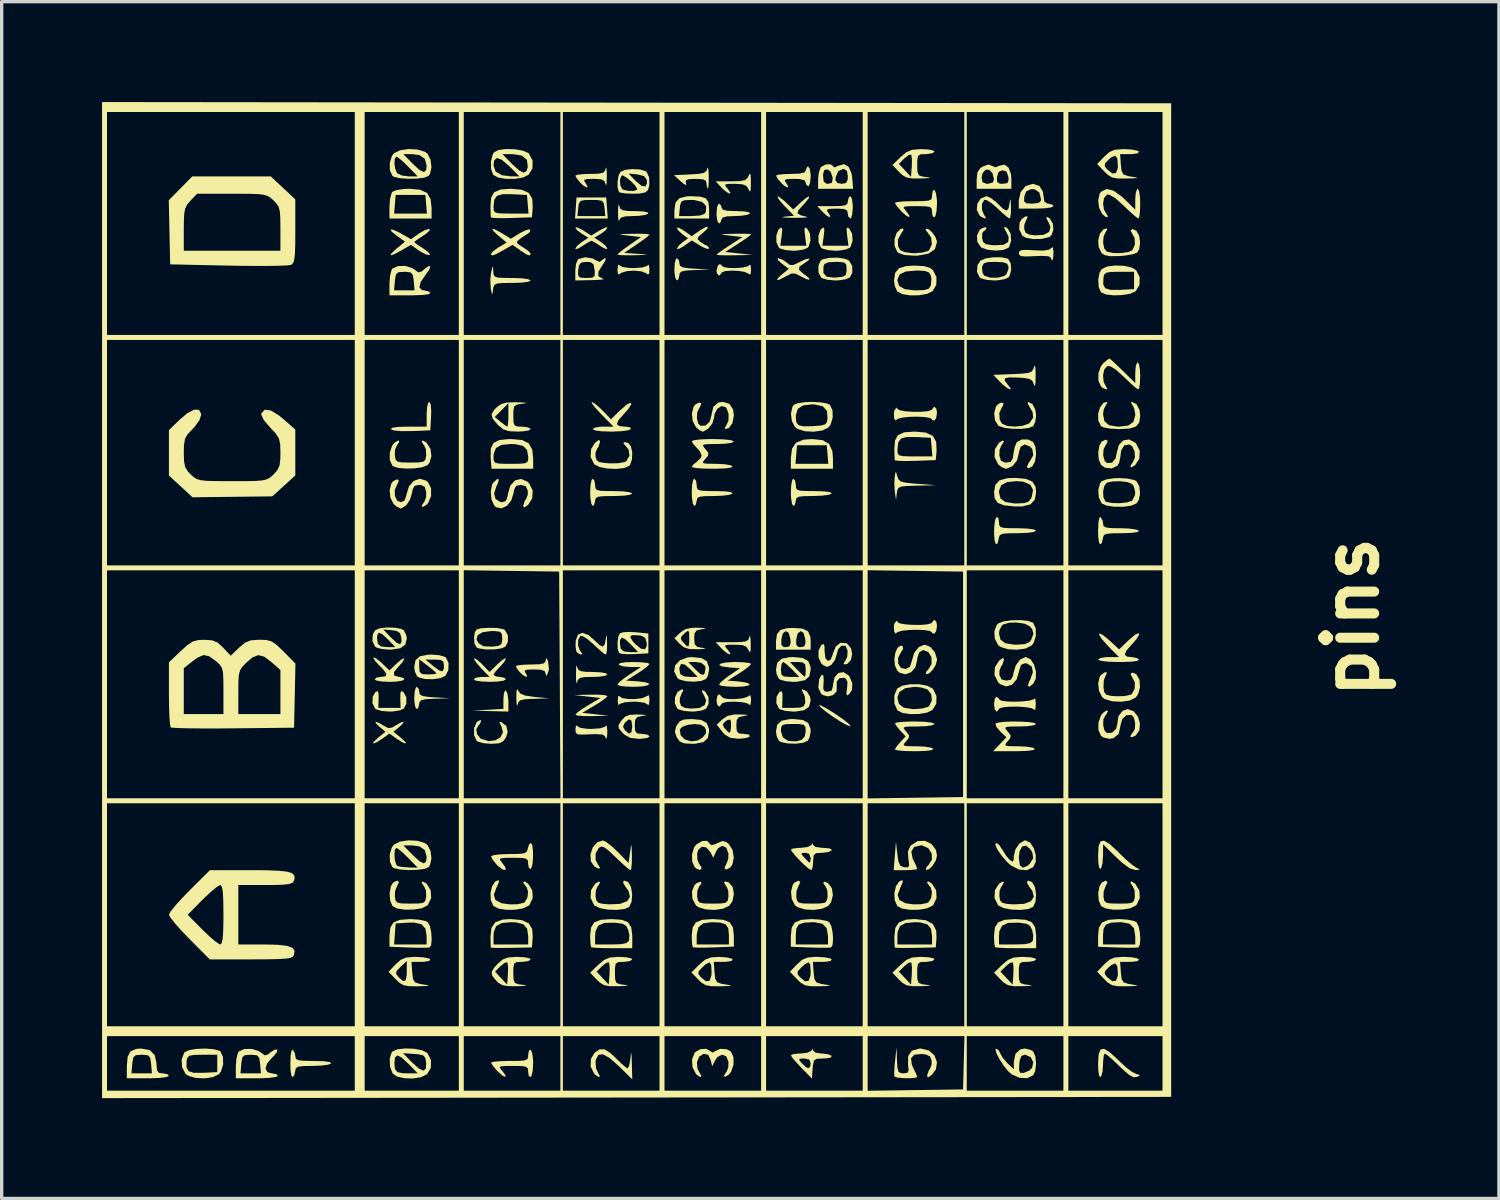
<source format=kicad_pcb>
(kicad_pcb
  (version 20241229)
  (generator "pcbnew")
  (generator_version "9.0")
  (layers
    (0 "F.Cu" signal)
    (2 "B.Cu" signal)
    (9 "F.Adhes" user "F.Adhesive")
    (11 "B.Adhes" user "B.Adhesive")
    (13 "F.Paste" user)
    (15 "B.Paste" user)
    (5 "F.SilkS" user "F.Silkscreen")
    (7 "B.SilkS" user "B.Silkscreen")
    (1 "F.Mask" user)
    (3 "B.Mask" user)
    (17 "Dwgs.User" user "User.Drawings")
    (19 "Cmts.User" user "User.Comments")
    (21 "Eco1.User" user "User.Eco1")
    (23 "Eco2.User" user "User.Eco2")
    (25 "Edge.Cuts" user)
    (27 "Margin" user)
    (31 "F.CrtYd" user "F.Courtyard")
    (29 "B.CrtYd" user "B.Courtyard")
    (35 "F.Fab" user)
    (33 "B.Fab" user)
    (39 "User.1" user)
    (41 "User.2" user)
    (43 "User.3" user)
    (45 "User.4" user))
  (footprint "pins"
    (layer "F.Cu")
    (at 15.995 14.885)
    (property "Reference" "pins" (at 21.336 0.508 90) (layer "F.SilkS") (effects (font (size 1.524 1.524) (thickness 0.3))))
    (attr board_only exclude_from_pos_files exclude_from_bom)
    (fp_poly (pts (xy -3.925 2.703) (xy -3.877 2.8) (xy -3.852 2.984) (xy -3.851 3.041) (xy -3.851 3.332) (xy -4.388 3.318) (xy -4.924 3.304) (xy -4.462 3.278) (xy -3.999 3.251) (xy -3.999 2.954) (xy -3.983 2.768) (xy -3.94 2.698)) (stroke (width 0) (type solid)) (fill yes) (layer "F.SilkS"))
    (fp_poly (pts (xy -3.561 2.703) (xy -3.493 2.794) (xy -3.354 2.852) (xy -3.107 2.89) (xy -3.066 2.894) (xy -2.629 2.937) (xy -3.087 2.95) (xy -3.341 2.962) (xy -3.484 2.991) (xy -3.551 3.049) (xy -3.576 3.129) (xy -3.595 3.159) (xy -3.608 3.062) (xy -3.613 2.925) (xy -3.608 2.72) (xy -3.586 2.66)) (stroke (width 0) (type solid)) (fill yes) (layer "F.SilkS"))
    (fp_poly (pts (xy 5.504 3.156) (xy 5.668 3.245) (xy 5.892 3.384) (xy 5.972 3.438) (xy 6.189 3.59) (xy 6.332 3.706) (xy 6.379 3.768) (xy 6.368 3.773) (xy 6.255 3.731) (xy 6.063 3.624) (xy 5.834 3.475) (xy 5.826 3.47) (xy 5.62 3.319) (xy 5.478 3.2) (xy 5.43 3.137) (xy 5.431 3.135)) (stroke (width 0) (type solid)) (fill yes) (layer "F.SilkS"))
    (fp_poly (pts (xy -6.174 -5.855) (xy -6.157 -5.662) (xy -6.161 -5.498) (xy -6.183 -5.073) (xy -6.751 -5.051) (xy -7.054 -5.05) (xy -7.269 -5.069) (xy -7.366 -5.106) (xy -7.366 -5.107) (xy -7.326 -5.15) (xy -7.141 -5.176) (xy -6.854 -5.184) (xy -6.294 -5.184) (xy -6.294 -5.554) (xy -6.28 -5.771) (xy -6.244 -5.902) (xy -6.217 -5.924)) (stroke (width 0) (type solid)) (fill yes) (layer "F.SilkS"))
    (fp_poly (pts (xy -0.88 -11.404) (xy -1.86 -11.404) (xy -1.854 -11.478) (xy -1.787 -11.478) (xy -0.953 -11.478) (xy -0.977 -11.719) (xy -0.998 -11.861) (xy -1.054 -11.932) (xy -1.184 -11.957) (xy -1.37 -11.959) (xy -1.59 -11.954) (xy -1.702 -11.923) (xy -1.748 -11.839) (xy -1.763 -11.719) (xy -1.787 -11.478) (xy -1.854 -11.478) (xy -1.814 -12.034) (xy -0.926 -12.034)) (stroke (width 0) (type solid)) (fill yes) (layer "F.SilkS"))
    (fp_poly (pts (xy 7.771 -3.703) (xy 7.807 -3.607) (xy 7.877 -3.547) (xy 8.016 -3.511) (xy 8.256 -3.484) (xy 8.371 -3.475) (xy 8.923 -3.433) (xy 8.354 -3.42) (xy 8.067 -3.411) (xy 7.896 -3.393) (xy 7.809 -3.354) (xy 7.773 -3.283) (xy 7.76 -3.203) (xy 7.735 -2.999) (xy 7.7 -3.221) (xy 7.683 -3.47) (xy 7.694 -3.666) (xy 7.716 -3.813) (xy 7.737 -3.822)) (stroke (width 0) (type solid)) (fill yes) (layer "F.SilkS"))
    (fp_poly (pts (xy -6.53 2.654) (xy -6.517 2.736) (xy -6.498 2.817) (xy -6.419 2.866) (xy -6.247 2.894) (xy -6.054 2.907) (xy -5.591 2.934) (xy -6.054 2.948) (xy -6.309 2.961) (xy -6.449 2.989) (xy -6.507 3.042) (xy -6.517 3.11) (xy -6.548 3.231) (xy -6.591 3.258) (xy -6.635 3.192) (xy -6.661 3.025) (xy -6.665 2.925) (xy -6.65 2.726) (xy -6.613 2.607) (xy -6.591 2.592)) (stroke (width 0) (type solid)) (fill yes) (layer "F.SilkS"))
    (fp_poly (pts (xy -1.799 1.981) (xy -1.766 2.074) (xy -1.689 2.125) (xy -1.53 2.144) (xy -1.328 2.148) (xy -1.093 2.159) (xy -0.934 2.188) (xy -0.889 2.222) (xy -0.956 2.261) (xy -1.132 2.288) (xy -1.328 2.296) (xy -1.575 2.301) (xy -1.712 2.327) (xy -1.776 2.386) (xy -1.799 2.462) (xy -1.816 2.488) (xy -1.828 2.388) (xy -1.831 2.222) (xy -1.826 2.032) (xy -1.814 1.95)) (stroke (width 0) (type solid)) (fill yes) (layer "F.SilkS"))
    (fp_poly (pts (xy -0.54 -11.793) (xy -0.508 -11.7) (xy -0.431 -11.65) (xy -0.273 -11.629) (xy -0.065 -11.626) (xy 0.189 -11.615) (xy 0.321 -11.584) (xy 0.333 -11.552) (xy 0.239 -11.511) (xy 0.047 -11.484) (xy -0.11 -11.478) (xy -0.353 -11.468) (xy -0.485 -11.43) (xy -0.54 -11.354) (xy -0.541 -11.349) (xy -0.56 -11.339) (xy -0.571 -11.452) (xy -0.574 -11.589) (xy -0.568 -11.765) (xy -0.553 -11.828)) (stroke (width 0) (type solid)) (fill yes) (layer "F.SilkS"))
    (fp_poly (pts (xy 1.245 -10.157) (xy 1.259 -10.075) (xy 1.278 -9.994) (xy 1.357 -9.945) (xy 1.528 -9.918) (xy 1.722 -9.904) (xy 2.185 -9.878) (xy 1.722 -9.863) (xy 1.467 -9.85) (xy 1.327 -9.822) (xy 1.269 -9.769) (xy 1.259 -9.701) (xy 1.228 -9.581) (xy 1.185 -9.553) (xy 1.141 -9.619) (xy 1.114 -9.786) (xy 1.111 -9.886) (xy 1.125 -10.085) (xy 1.163 -10.204) (xy 1.185 -10.219)) (stroke (width 0) (type solid)) (fill yes) (layer "F.SilkS"))
    (fp_poly (pts (xy 5.543 -4.779) (xy 5.736 -4.665) (xy 5.832 -4.453) (xy 5.85 -4.234) (xy 5.85 -3.925) (xy 4.591 -3.925) (xy 4.591 -4.073) (xy 4.73 -4.073) (xy 5.711 -4.073) (xy 5.688 -4.351) (xy 5.665 -4.628) (xy 4.776 -4.628) (xy 4.753 -4.351) (xy 4.73 -4.073) (xy 4.591 -4.073) (xy 4.591 -4.247) (xy 4.627 -4.527) (xy 4.747 -4.704) (xy 4.969 -4.794) (xy 5.234 -4.813)) (stroke (width 0) (type solid)) (fill yes) (layer "F.SilkS"))
    (fp_poly (pts (xy -6.988 2.748) (xy -6.901 2.903) (xy -6.901 3.099) (xy -6.976 3.243) (xy -7.1 3.297) (xy -7.308 3.329) (xy -7.405 3.332) (xy -7.63 3.314) (xy -7.797 3.268) (xy -7.835 3.243) (xy -7.914 3.078) (xy -7.904 2.882) (xy -7.823 2.748) (xy -7.757 2.719) (xy -7.731 2.793) (xy -7.73 2.943) (xy -7.738 3.221) (xy -7.072 3.221) (xy -7.081 2.943) (xy -7.077 2.768) (xy -7.044 2.717)) (stroke (width 0) (type solid)) (fill yes) (layer "F.SilkS"))
    (fp_poly (pts (xy -6.486 -12.264) (xy -6.282 -12.168) (xy -6.175 -11.984) (xy -6.146 -11.713) (xy -6.146 -11.404) (xy -7.405 -11.404) (xy -7.405 -11.552) (xy -7.266 -11.552) (xy -6.286 -11.552) (xy -6.309 -11.83) (xy -6.331 -12.108) (xy -7.22 -12.108) (xy -7.266 -11.552) (xy -7.405 -11.552) (xy -7.405 -11.76) (xy -7.388 -11.988) (xy -7.343 -12.16) (xy -7.316 -12.204) (xy -7.197 -12.253) (xy -6.984 -12.285) (xy -6.809 -12.293)) (stroke (width 0) (type solid)) (fill yes) (layer "F.SilkS"))
    (fp_poly (pts (xy -1.138 2.828) (xy -0.96 2.843) (xy -0.89 2.869) (xy -0.89 2.87) (xy -0.95 2.934) (xy -1.102 3.044) (xy -1.267 3.147) (xy -1.643 3.369) (xy -1.247 3.413) (xy -0.852 3.456) (xy -1.351 3.468) (xy -1.601 3.467) (xy -1.78 3.452) (xy -1.85 3.426) (xy -1.85 3.425) (xy -1.79 3.36) (xy -1.638 3.25) (xy -1.473 3.147) (xy -1.097 2.925) (xy -1.888 2.838) (xy -1.388 2.826)) (stroke (width 0) (type solid)) (fill yes) (layer "F.SilkS"))
    (fp_poly (pts (xy 12.439 -10.436) (xy 12.44 -10.386) (xy 12.43 -10.222) (xy 12.407 -10.146) (xy 12.404 -10.145) (xy 12.368 -10.203) (xy 12.367 -10.228) (xy 12.297 -10.275) (xy 12.087 -10.288) (xy 11.885 -10.28) (xy 11.622 -10.269) (xy 11.475 -10.281) (xy 11.413 -10.322) (xy 11.404 -10.369) (xy 11.427 -10.434) (xy 11.515 -10.464) (xy 11.701 -10.465) (xy 11.857 -10.455) (xy 12.14 -10.446) (xy 12.305 -10.472) (xy 12.374 -10.524) (xy 12.419 -10.55)) (stroke (width 0) (type solid)) (fill yes) (layer "F.SilkS"))
    (fp_poly (pts (xy -0.543 -10.016) (xy -0.445 -9.956) (xy -0.225 -9.926) (xy -0.111 -9.923) (xy 0.15 -9.94) (xy 0.299 -9.989) (xy 0.321 -10.016) (xy 0.348 -10.02) (xy 0.364 -9.904) (xy 0.364 -9.89) (xy 0.356 -9.748) (xy 0.312 -9.734) (xy 0.281 -9.76) (xy 0.14 -9.822) (xy -0.077 -9.846) (xy -0.304 -9.833) (xy -0.474 -9.782) (xy -0.504 -9.76) (xy -0.565 -9.728) (xy -0.587 -9.815) (xy -0.587 -9.89) (xy -0.572 -10.014) (xy -0.546 -10.021)) (stroke (width 0) (type solid)) (fill yes) (layer "F.SilkS"))
    (fp_poly (pts (xy 2.509 -11.788) (xy 2.518 -11.737) (xy 2.552 -11.673) (xy 2.672 -11.638) (xy 2.906 -11.627) (xy 2.966 -11.626) (xy 3.222 -11.615) (xy 3.356 -11.584) (xy 3.369 -11.552) (xy 3.275 -11.511) (xy 3.083 -11.484) (xy 2.921 -11.478) (xy 2.677 -11.468) (xy 2.552 -11.432) (xy 2.518 -11.367) (xy 2.478 -11.269) (xy 2.444 -11.256) (xy 2.397 -11.322) (xy 2.372 -11.486) (xy 2.37 -11.552) (xy 2.386 -11.738) (xy 2.427 -11.841) (xy 2.444 -11.848)) (stroke (width 0) (type solid)) (fill yes) (layer "F.SilkS"))
    (fp_poly (pts (xy -1.802 3.758) (xy -1.704 3.818) (xy -1.484 3.848) (xy -1.37 3.851) (xy -1.109 3.833) (xy -0.96 3.785) (xy -0.938 3.758) (xy -0.912 3.757) (xy -0.896 3.874) (xy -0.894 3.906) (xy -0.9 4.07) (xy -0.923 4.146) (xy -0.926 4.147) (xy -0.961 4.089) (xy -0.963 4.066) (xy -1.033 4.02) (xy -1.239 4.005) (xy -1.407 4.011) (xy -1.653 4.021) (xy -1.785 4.009) (xy -1.838 3.962) (xy -1.846 3.868) (xy -1.846 3.851) (xy -1.83 3.746)) (stroke (width 0) (type solid)) (fill yes) (layer "F.SilkS"))
    (fp_poly (pts (xy 0.365 2.929) (xy 0.364 3.003) (xy 0.35 3.127) (xy 0.324 3.135) (xy 0.321 3.129) (xy 0.223 3.069) (xy 0.002 3.039) (xy -0.111 3.036) (xy -0.372 3.054) (xy -0.521 3.102) (xy -0.543 3.129) (xy -0.569 3.132) (xy -0.581 3.017) (xy -0.581 2.999) (xy -0.571 2.873) (xy -0.546 2.863) (xy -0.543 2.87) (xy -0.451 2.927) (xy -0.267 2.957) (xy -0.048 2.958) (xy 0.153 2.93) (xy 0.281 2.874) (xy 0.281 2.873) (xy 0.343 2.841)) (stroke (width 0) (type solid)) (fill yes) (layer "F.SilkS"))
    (fp_poly (pts (xy 3.336 -10.944) (xy 3.406 -10.931) (xy 3.406 -10.93) (xy 3.349 -10.879) (xy 3.2 -10.773) (xy 3.018 -10.653) (xy 2.63 -10.404) (xy 3.443 -10.317) (xy 2.907 -10.305) (xy 2.646 -10.303) (xy 2.455 -10.309) (xy 2.371 -10.321) (xy 2.37 -10.323) (xy 2.427 -10.374) (xy 2.576 -10.48) (xy 2.758 -10.6) (xy 3.146 -10.849) (xy 2.776 -10.893) (xy 2.588 -10.916) (xy 2.519 -10.93) (xy 2.577 -10.938) (xy 2.771 -10.945) (xy 2.907 -10.948) (xy 3.157 -10.95)) (stroke (width 0) (type solid)) (fill yes) (layer "F.SilkS"))
    (fp_poly (pts (xy 14.119 7.291) (xy 14.361 7.514) (xy 14.406 7.56) (xy 14.611 7.759) (xy 14.797 7.917) (xy 14.922 8) (xy 14.922 8) (xy 15.016 8.046) (xy 14.976 8.063) (xy 14.887 8.067) (xy 14.715 8.014) (xy 14.482 7.843) (xy 14.313 7.685) (xy 13.922 7.299) (xy 13.922 7.644) (xy 13.907 7.858) (xy 13.87 8.005) (xy 13.848 8.035) (xy 13.805 7.995) (xy 13.779 7.824) (xy 13.774 7.632) (xy 13.79 7.359) (xy 13.845 7.212) (xy 13.951 7.19)) (stroke (width 0) (type solid)) (fill yes) (layer "F.SilkS"))
    (fp_poly (pts (xy 2.13 -12.834) (xy 2.137 -12.681) (xy 2.137 -12.464) (xy 2.124 -12.323) (xy 2.11 -12.293) (xy 2.08 -12.355) (xy 2.073 -12.441) (xy 2.051 -12.534) (xy 1.96 -12.577) (xy 1.762 -12.589) (xy 1.743 -12.589) (xy 1.54 -12.581) (xy 1.454 -12.547) (xy 1.453 -12.474) (xy 1.458 -12.459) (xy 1.463 -12.398) (xy 1.388 -12.44) (xy 1.301 -12.515) (xy 1.098 -12.7) (xy 1.581 -12.722) (xy 1.844 -12.739) (xy 1.995 -12.769) (xy 2.068 -12.825) (xy 2.096 -12.907) (xy 2.114 -12.933)) (stroke (width 0) (type solid)) (fill yes) (layer "F.SilkS"))
    (fp_poly (pts (xy 4.334 -11.073) (xy 4.316 -10.891) (xy 4.316 -10.889) (xy 4.276 -10.59) (xy 5.055 -10.59) (xy 5.015 -10.889) (xy 4.997 -11.073) (xy 5.016 -11.136) (xy 5.079 -11.103) (xy 5.079 -11.102) (xy 5.163 -10.952) (xy 5.178 -10.748) (xy 5.124 -10.567) (xy 5.095 -10.53) (xy 4.971 -10.476) (xy 4.763 -10.445) (xy 4.665 -10.441) (xy 4.441 -10.46) (xy 4.274 -10.506) (xy 4.236 -10.53) (xy 4.161 -10.69) (xy 4.157 -10.896) (xy 4.221 -11.07) (xy 4.251 -11.102) (xy 4.315 -11.136)) (stroke (width 0) (type solid)) (fill yes) (layer "F.SilkS"))
    (fp_poly (pts (xy 5.593 -11.073) (xy 5.575 -10.891) (xy 5.575 -10.889) (xy 5.534 -10.59) (xy 6.314 -10.59) (xy 6.274 -10.889) (xy 6.256 -11.073) (xy 6.275 -11.136) (xy 6.338 -11.103) (xy 6.338 -11.102) (xy 6.421 -10.952) (xy 6.437 -10.748) (xy 6.382 -10.567) (xy 6.354 -10.53) (xy 6.23 -10.476) (xy 6.022 -10.445) (xy 5.924 -10.441) (xy 5.7 -10.46) (xy 5.532 -10.506) (xy 5.495 -10.53) (xy 5.42 -10.69) (xy 5.416 -10.896) (xy 5.48 -11.07) (xy 5.51 -11.102) (xy 5.574 -11.136)) (stroke (width 0) (type solid)) (fill yes) (layer "F.SilkS"))
    (fp_poly (pts (xy 2.512 -10.028) (xy 2.518 -10.001) (xy 2.583 -9.953) (xy 2.744 -9.927) (xy 2.952 -9.923) (xy 3.157 -9.94) (xy 3.309 -9.978) (xy 3.357 -10.016) (xy 3.384 -10.02) (xy 3.4 -9.904) (xy 3.401 -9.89) (xy 3.392 -9.748) (xy 3.348 -9.734) (xy 3.318 -9.76) (xy 3.204 -9.81) (xy 3.018 -9.84) (xy 2.809 -9.847) (xy 2.628 -9.832) (xy 2.526 -9.793) (xy 2.518 -9.775) (xy 2.461 -9.703) (xy 2.444 -9.701) (xy 2.383 -9.763) (xy 2.37 -9.845) (xy 2.404 -9.986) (xy 2.444 -10.034)) (stroke (width 0) (type solid)) (fill yes) (layer "F.SilkS"))
    (fp_poly (pts (xy 2.516 2.87) (xy 2.518 2.888) (xy 2.582 2.935) (xy 2.742 2.958) (xy 2.948 2.958) (xy 3.147 2.936) (xy 3.291 2.892) (xy 3.318 2.873) (xy 3.379 2.841) (xy 3.401 2.929) (xy 3.401 3.003) (xy 3.386 3.127) (xy 3.36 3.135) (xy 3.357 3.129) (xy 3.273 3.079) (xy 3.101 3.047) (xy 2.89 3.036) (xy 2.69 3.044) (xy 2.552 3.075) (xy 2.518 3.11) (xy 2.461 3.182) (xy 2.444 3.184) (xy 2.388 3.121) (xy 2.37 2.999) (xy 2.395 2.86) (xy 2.444 2.814)) (stroke (width 0) (type solid)) (fill yes) (layer "F.SilkS"))
    (fp_poly (pts (xy 5.069 2.73) (xy 5.163 2.882) (xy 5.184 2.999) (xy 5.137 3.185) (xy 4.987 3.292) (xy 4.717 3.332) (xy 4.665 3.332) (xy 4.441 3.314) (xy 4.274 3.268) (xy 4.236 3.243) (xy 4.157 3.078) (xy 4.167 2.882) (xy 4.248 2.748) (xy 4.313 2.719) (xy 4.34 2.793) (xy 4.341 2.943) (xy 4.332 3.221) (xy 4.665 3.221) (xy 4.875 3.212) (xy 4.979 3.169) (xy 5.019 3.073) (xy 5.023 3.051) (xy 5.006 2.87) (xy 4.958 2.773) (xy 4.915 2.686) (xy 4.938 2.666)) (stroke (width 0) (type solid)) (fill yes) (layer "F.SilkS"))
    (fp_poly (pts (xy 5.129 -12.012) (xy 5.012 -11.865) (xy 4.964 -11.814) (xy 4.818 -11.652) (xy 4.791 -11.558) (xy 4.89 -11.499) (xy 5.073 -11.454) (xy 5.077 -11.439) (xy 4.958 -11.429) (xy 4.74 -11.425) (xy 4.665 -11.425) (xy 4.444 -11.43) (xy 4.336 -11.44) (xy 4.356 -11.453) (xy 4.398 -11.459) (xy 4.685 -11.488) (xy 4.401 -11.779) (xy 4.241 -11.961) (xy 4.187 -12.056) (xy 4.234 -12.055) (xy 4.375 -11.948) (xy 4.458 -11.872) (xy 4.665 -11.673) (xy 4.873 -11.872) (xy 5.049 -12.022) (xy 5.138 -12.067)) (stroke (width 0) (type solid)) (fill yes) (layer "F.SilkS"))
    (fp_poly (pts (xy -10.231 13.545) (xy -10.219 13.63) (xy -10.205 13.703) (xy -10.142 13.747) (xy -10.001 13.767) (xy -9.75 13.774) (xy -9.659 13.774) (xy -9.36 13.783) (xy -9.185 13.808) (xy -9.145 13.848) (xy -9.237 13.885) (xy -9.435 13.911) (xy -9.696 13.922) (xy -9.705 13.922) (xy -9.977 13.926) (xy -10.132 13.945) (xy -10.202 13.987) (xy -10.219 14.061) (xy -10.219 14.066) (xy -10.253 14.207) (xy -10.293 14.255) (xy -10.336 14.216) (xy -10.362 14.044) (xy -10.367 13.848) (xy -10.357 13.591) (xy -10.326 13.455) (xy -10.293 13.441)) (stroke (width 0) (type solid)) (fill yes) (layer "F.SilkS"))
    (fp_poly (pts (xy -7.711 3.675) (xy -7.588 3.748) (xy -7.443 3.825) (xy -7.328 3.811) (xy -7.223 3.748) (xy -7.055 3.653) (xy -6.981 3.638) (xy -7.014 3.7) (xy -7.104 3.784) (xy -7.285 3.934) (xy -7.067 4.112) (xy -6.934 4.237) (xy -6.916 4.287) (xy -7.001 4.261) (xy -7.174 4.153) (xy -7.19 4.142) (xy -7.405 3.989) (xy -7.62 4.142) (xy -7.8 4.256) (xy -7.891 4.288) (xy -7.882 4.243) (xy -7.757 4.124) (xy -7.743 4.112) (xy -7.526 3.934) (xy -7.706 3.784) (xy -7.82 3.672) (xy -7.816 3.634)) (stroke (width 0) (type solid)) (fill yes) (layer "F.SilkS"))
    (fp_poly (pts (xy 1.759 -3.565) (xy 1.777 -3.443) (xy 1.784 -3.35) (xy 1.825 -3.294) (xy 1.932 -3.268) (xy 2.135 -3.259) (xy 2.337 -3.258) (xy 2.636 -3.249) (xy 2.811 -3.224) (xy 2.851 -3.184) (xy 2.759 -3.147) (xy 2.561 -3.121) (xy 2.3 -3.11) (xy 2.291 -3.11) (xy 2.02 -3.106) (xy 1.865 -3.088) (xy 1.795 -3.046) (xy 1.777 -2.972) (xy 1.777 -2.962) (xy 1.746 -2.842) (xy 1.703 -2.814) (xy 1.663 -2.881) (xy 1.636 -3.054) (xy 1.629 -3.221) (xy 1.641 -3.444) (xy 1.673 -3.592) (xy 1.703 -3.629)) (stroke (width 0) (type solid)) (fill yes) (layer "F.SilkS"))
    (fp_poly (pts (xy 3.387 1.159) (xy 3.392 1.296) (xy 3.39 1.5) (xy 3.373 1.569) (xy 3.338 1.519) (xy 3.33 1.5) (xy 3.263 1.395) (xy 3.142 1.345) (xy 2.922 1.333) (xy 2.916 1.333) (xy 2.709 1.336) (xy 2.626 1.357) (xy 2.643 1.412) (xy 2.703 1.481) (xy 2.784 1.593) (xy 2.769 1.627) (xy 2.684 1.588) (xy 2.556 1.483) (xy 2.518 1.444) (xy 2.344 1.259) (xy 2.833 1.259) (xy 3.097 1.254) (xy 3.248 1.234) (xy 3.322 1.185) (xy 3.353 1.098) (xy 3.354 1.092) (xy 3.373 1.062)) (stroke (width 0) (type solid)) (fill yes) (layer "F.SilkS"))
    (fp_poly (pts (xy 3.39 -12.706) (xy 3.397 -12.53) (xy 3.397 -12.478) (xy 3.392 -12.274) (xy 3.375 -12.203) (xy 3.34 -12.251) (xy 3.33 -12.274) (xy 3.263 -12.379) (xy 3.142 -12.428) (xy 2.922 -12.441) (xy 2.916 -12.441) (xy 2.709 -12.438) (xy 2.626 -12.417) (xy 2.643 -12.362) (xy 2.703 -12.293) (xy 2.784 -12.181) (xy 2.769 -12.147) (xy 2.684 -12.185) (xy 2.556 -12.291) (xy 2.518 -12.33) (xy 2.344 -12.515) (xy 2.803 -12.515) (xy 3.062 -12.521) (xy 3.211 -12.548) (xy 3.291 -12.607) (xy 3.33 -12.681) (xy 3.369 -12.752)) (stroke (width 0) (type solid)) (fill yes) (layer "F.SilkS"))
    (fp_poly (pts (xy 4.721 -3.565) (xy 4.739 -3.443) (xy 4.746 -3.35) (xy 4.787 -3.294) (xy 4.894 -3.268) (xy 5.097 -3.259) (xy 5.299 -3.258) (xy 5.598 -3.249) (xy 5.773 -3.224) (xy 5.813 -3.184) (xy 5.721 -3.147) (xy 5.524 -3.121) (xy 5.262 -3.11) (xy 5.253 -3.11) (xy 4.982 -3.106) (xy 4.828 -3.088) (xy 4.757 -3.046) (xy 4.739 -2.972) (xy 4.739 -2.962) (xy 4.708 -2.842) (xy 4.665 -2.814) (xy 4.625 -2.881) (xy 4.598 -3.054) (xy 4.591 -3.221) (xy 4.603 -3.444) (xy 4.635 -3.592) (xy 4.665 -3.629)) (stroke (width 0) (type solid)) (fill yes) (layer "F.SilkS"))
    (fp_poly (pts (xy 11.667 -11.466) (xy 11.646 -11.393) (xy 11.63 -11.371) (xy 11.568 -11.215) (xy 11.565 -11.093) (xy 11.607 -10.98) (xy 11.718 -10.923) (xy 11.892 -10.901) (xy 12.15 -10.918) (xy 12.31 -11.004) (xy 12.352 -11.144) (xy 12.307 -11.261) (xy 12.229 -11.411) (xy 12.24 -11.459) (xy 12.33 -11.404) (xy 12.42 -11.258) (xy 12.437 -11.071) (xy 12.384 -10.91) (xy 12.311 -10.849) (xy 12.082 -10.794) (xy 11.829 -10.789) (xy 11.613 -10.831) (xy 11.51 -10.892) (xy 11.416 -11.082) (xy 11.428 -11.285) (xy 11.493 -11.389) (xy 11.602 -11.467)) (stroke (width 0) (type solid)) (fill yes) (layer "F.SilkS"))
    (fp_poly (pts (xy 11.903 -6.918) (xy 11.908 -6.702) (xy 11.902 -6.473) (xy 11.884 -6.39) (xy 11.856 -6.443) (xy 11.812 -6.549) (xy 11.725 -6.609) (xy 11.557 -6.638) (xy 11.383 -6.65) (xy 11.122 -6.656) (xy 10.994 -6.631) (xy 10.981 -6.564) (xy 11.07 -6.444) (xy 11.082 -6.43) (xy 11.162 -6.323) (xy 11.146 -6.294) (xy 11.062 -6.334) (xy 10.935 -6.433) (xy 10.852 -6.513) (xy 10.642 -6.732) (xy 11.224 -6.754) (xy 11.516 -6.768) (xy 11.694 -6.79) (xy 11.79 -6.832) (xy 11.838 -6.903) (xy 11.856 -6.961) (xy 11.885 -7.013)) (stroke (width 0) (type solid)) (fill yes) (layer "F.SilkS"))
    (fp_poly (pts (xy 13.91 -2.376) (xy 13.922 -2.291) (xy 13.937 -2.215) (xy 14.004 -2.172) (xy 14.154 -2.152) (xy 14.419 -2.148) (xy 14.436 -2.148) (xy 14.699 -2.138) (xy 14.899 -2.111) (xy 14.995 -2.075) (xy 14.996 -2.073) (xy 14.953 -2.033) (xy 14.775 -2.008) (xy 14.482 -1.999) (xy 14.196 -1.996) (xy 14.028 -1.98) (xy 13.947 -1.943) (xy 13.923 -1.879) (xy 13.922 -1.856) (xy 13.888 -1.714) (xy 13.848 -1.666) (xy 13.805 -1.706) (xy 13.779 -1.877) (xy 13.774 -2.073) (xy 13.785 -2.331) (xy 13.815 -2.466) (xy 13.848 -2.481)) (stroke (width 0) (type solid)) (fill yes) (layer "F.SilkS"))
    (fp_poly (pts (xy -4.303 -9.847) (xy -4.303 -9.83) (xy -4.293 -9.727) (xy -4.254 -9.666) (xy -4.154 -9.637) (xy -3.96 -9.628) (xy -3.74 -9.627) (xy -3.46 -9.618) (xy -3.265 -9.593) (xy -3.185 -9.556) (xy -3.184 -9.553) (xy -3.253 -9.515) (xy -3.439 -9.489) (xy -3.712 -9.479) (xy -3.735 -9.479) (xy -4.016 -9.477) (xy -4.182 -9.462) (xy -4.265 -9.424) (xy -4.299 -9.35) (xy -4.31 -9.275) (xy -4.329 -9.15) (xy -4.346 -9.154) (xy -4.374 -9.296) (xy -4.378 -9.322) (xy -4.392 -9.575) (xy -4.365 -9.803) (xy -4.327 -9.955) (xy -4.311 -9.967)) (stroke (width 0) (type solid)) (fill yes) (layer "F.SilkS"))
    (fp_poly (pts (xy -2.679 1.796) (xy -2.664 1.833) (xy -2.638 2.062) (xy -2.664 2.166) (xy -2.714 2.267) (xy -2.734 2.231) (xy -2.735 2.203) (xy -2.768 2.121) (xy -2.881 2.082) (xy -3.082 2.073) (xy -3.285 2.08) (xy -3.365 2.106) (xy -3.349 2.163) (xy -3.332 2.185) (xy -3.283 2.275) (xy -3.324 2.291) (xy -3.42 2.239) (xy -3.506 2.16) (xy -3.6 2.038) (xy -3.629 1.975) (xy -3.561 1.949) (xy -3.386 1.931) (xy -3.184 1.925) (xy -2.932 1.919) (xy -2.796 1.892) (xy -2.742 1.836) (xy -2.735 1.796) (xy -2.721 1.728)) (stroke (width 0) (type solid)) (fill yes) (layer "F.SilkS"))
    (fp_poly (pts (xy -1.277 -3.565) (xy -1.259 -3.443) (xy -1.252 -3.349) (xy -1.21 -3.294) (xy -1.103 -3.267) (xy -0.899 -3.259) (xy -0.703 -3.258) (xy -0.424 -3.249) (xy -0.229 -3.224) (xy -0.149 -3.188) (xy -0.148 -3.184) (xy -0.217 -3.147) (xy -0.404 -3.121) (xy -0.677 -3.11) (xy -0.703 -3.11) (xy -0.987 -3.107) (xy -1.154 -3.091) (xy -1.234 -3.054) (xy -1.258 -2.989) (xy -1.259 -2.962) (xy -1.29 -2.842) (xy -1.333 -2.814) (xy -1.373 -2.881) (xy -1.4 -3.054) (xy -1.407 -3.221) (xy -1.395 -3.444) (xy -1.363 -3.592) (xy -1.333 -3.629)) (stroke (width 0) (type solid)) (fill yes) (layer "F.SilkS"))
    (fp_poly (pts (xy -0.912 -12.83) (xy -0.909 -12.663) (xy -0.914 -12.473) (xy -0.926 -12.391) (xy -0.941 -12.422) (xy -0.982 -12.526) (xy -1.079 -12.575) (xy -1.276 -12.589) (xy -1.31 -12.589) (xy -1.511 -12.583) (xy -1.589 -12.557) (xy -1.571 -12.498) (xy -1.554 -12.476) (xy -1.483 -12.363) (xy -1.51 -12.332) (xy -1.607 -12.386) (xy -1.691 -12.464) (xy -1.803 -12.598) (xy -1.851 -12.685) (xy -1.851 -12.686) (xy -1.784 -12.713) (xy -1.609 -12.732) (xy -1.412 -12.737) (xy -1.165 -12.743) (xy -1.027 -12.768) (xy -0.964 -12.827) (xy -0.941 -12.904) (xy -0.924 -12.93)) (stroke (width 0) (type solid)) (fill yes) (layer "F.SilkS"))
    (fp_poly (pts (xy 0.131 1.859) (xy 0.306 1.879) (xy 0.37 1.907) (xy 0.312 1.974) (xy 0.164 2.088) (xy 0.018 2.185) (xy -0.333 2.407) (xy 0.019 2.429) (xy 0.258 2.459) (xy 0.359 2.5) (xy 0.33 2.542) (xy 0.179 2.577) (xy -0.086 2.592) (xy -0.111 2.592) (xy -0.356 2.583) (xy -0.53 2.559) (xy -0.592 2.527) (xy -0.535 2.454) (xy -0.388 2.333) (xy -0.241 2.231) (xy 0.111 2.001) (xy -0.199 2) (xy -0.403 1.984) (xy -0.536 1.943) (xy -0.555 1.925) (xy -0.515 1.883) (xy -0.341 1.858) (xy -0.115 1.851)) (stroke (width 0) (type solid)) (fill yes) (layer "F.SilkS"))
    (fp_poly (pts (xy 0.3 -10.941) (xy 0.37 -10.925) (xy 0.37 -10.925) (xy 0.314 -10.868) (xy 0.167 -10.757) (xy -0.011 -10.633) (xy -0.393 -10.376) (xy 0.007 -10.348) (xy 0.21 -10.334) (xy 0.286 -10.324) (xy 0.229 -10.317) (xy 0.034 -10.311) (xy -0.093 -10.307) (xy -0.343 -10.305) (xy -0.522 -10.312) (xy -0.592 -10.326) (xy -0.592 -10.327) (xy -0.537 -10.383) (xy -0.393 -10.496) (xy -0.241 -10.604) (xy 0.111 -10.849) (xy -0.259 -10.893) (xy -0.448 -10.916) (xy -0.518 -10.93) (xy -0.46 -10.938) (xy -0.266 -10.945) (xy -0.13 -10.948) (xy 0.121 -10.949)) (stroke (width 0) (type solid)) (fill yes) (layer "F.SilkS"))
    (fp_poly (pts (xy 1.375 2.711) (xy 1.336 2.773) (xy 1.275 2.929) (xy 1.272 3.051) (xy 1.313 3.164) (xy 1.424 3.221) (xy 1.599 3.243) (xy 1.857 3.226) (xy 2.016 3.14) (xy 2.059 3) (xy 2.013 2.883) (xy 1.935 2.733) (xy 1.947 2.685) (xy 2.036 2.74) (xy 2.131 2.902) (xy 2.133 3.103) (xy 2.059 3.243) (xy 1.935 3.297) (xy 1.727 3.329) (xy 1.629 3.332) (xy 1.405 3.314) (xy 1.237 3.268) (xy 1.2 3.243) (xy 1.123 3.087) (xy 1.13 2.902) (xy 1.206 2.744) (xy 1.337 2.667) (xy 1.357 2.666)) (stroke (width 0) (type solid)) (fill yes) (layer "F.SilkS"))
    (fp_poly (pts (xy 1.884 -12.058) (xy 2.049 -12.007) (xy 2.127 -11.896) (xy 2.147 -11.705) (xy 2.148 -11.692) (xy 2.148 -11.404) (xy 1.111 -11.404) (xy 1.111 -11.478) (xy 1.25 -11.478) (xy 1.627 -11.478) (xy 1.875 -11.493) (xy 2.009 -11.542) (xy 2.051 -11.599) (xy 2.06 -11.777) (xy 1.94 -11.9) (xy 1.703 -11.957) (xy 1.621 -11.959) (xy 1.418 -11.952) (xy 1.32 -11.91) (xy 1.282 -11.803) (xy 1.273 -11.719) (xy 1.25 -11.478) (xy 1.111 -11.478) (xy 1.111 -11.648) (xy 1.145 -11.881) (xy 1.262 -12.013) (xy 1.487 -12.067) (xy 1.601 -12.071)) (stroke (width 0) (type solid)) (fill yes) (layer "F.SilkS"))
    (fp_poly (pts (xy 3.17 1.859) (xy 3.344 1.879) (xy 3.406 1.907) (xy 3.349 1.974) (xy 3.2 2.088) (xy 3.055 2.185) (xy 2.703 2.407) (xy 2.999 2.43) (xy 3.251 2.464) (xy 3.36 2.508) (xy 3.33 2.552) (xy 3.166 2.583) (xy 2.94 2.592) (xy 2.691 2.583) (xy 2.512 2.56) (xy 2.444 2.528) (xy 2.444 2.528) (xy 2.5 2.453) (xy 2.644 2.332) (xy 2.758 2.25) (xy 3.073 2.036) (xy 2.758 2.014) (xy 2.536 1.983) (xy 2.45 1.942) (xy 2.489 1.9) (xy 2.645 1.866) (xy 2.905 1.851) (xy 2.925 1.851)) (stroke (width 0) (type solid)) (fill yes) (layer "F.SilkS"))
    (fp_poly (pts (xy 6.413 -12.004) (xy 6.439 -11.837) (xy 6.443 -11.737) (xy 6.428 -11.539) (xy 6.391 -11.419) (xy 6.369 -11.404) (xy 6.308 -11.466) (xy 6.294 -11.552) (xy 6.273 -11.644) (xy 6.185 -11.688) (xy 5.992 -11.7) (xy 5.952 -11.7) (xy 5.75 -11.694) (xy 5.669 -11.669) (xy 5.685 -11.611) (xy 5.704 -11.587) (xy 5.775 -11.474) (xy 5.75 -11.443) (xy 5.656 -11.495) (xy 5.554 -11.59) (xy 5.38 -11.774) (xy 5.837 -11.774) (xy 6.09 -11.779) (xy 6.228 -11.802) (xy 6.285 -11.853) (xy 6.294 -11.922) (xy 6.325 -12.043) (xy 6.369 -12.071)) (stroke (width 0) (type solid)) (fill yes) (layer "F.SilkS"))
    (fp_poly (pts (xy 8.942 -5.713) (xy 8.96 -5.595) (xy 8.933 -5.439) (xy 8.886 -5.369) (xy 8.818 -5.375) (xy 8.812 -5.401) (xy 8.746 -5.446) (xy 8.578 -5.472) (xy 8.352 -5.482) (xy 8.114 -5.475) (xy 7.908 -5.452) (xy 7.779 -5.413) (xy 7.758 -5.391) (xy 7.716 -5.368) (xy 7.678 -5.434) (xy 7.67 -5.608) (xy 7.699 -5.69) (xy 7.757 -5.754) (xy 7.773 -5.721) (xy 7.84 -5.675) (xy 8.009 -5.643) (xy 8.233 -5.627) (xy 8.469 -5.627) (xy 8.671 -5.644) (xy 8.794 -5.678) (xy 8.812 -5.702) (xy 8.869 -5.774) (xy 8.886 -5.776)) (stroke (width 0) (type solid)) (fill yes) (layer "F.SilkS"))
    (fp_poly (pts (xy 8.942 0.656) (xy 8.96 0.773) (xy 8.933 0.93) (xy 8.886 1) (xy 8.818 0.994) (xy 8.812 0.967) (xy 8.746 0.923) (xy 8.578 0.896) (xy 8.352 0.887) (xy 8.114 0.894) (xy 7.908 0.917) (xy 7.779 0.956) (xy 7.758 0.977) (xy 7.716 1.001) (xy 7.678 0.934) (xy 7.67 0.76) (xy 7.699 0.679) (xy 7.757 0.614) (xy 7.773 0.648) (xy 7.84 0.694) (xy 8.009 0.725) (xy 8.233 0.741) (xy 8.469 0.742) (xy 8.671 0.725) (xy 8.794 0.691) (xy 8.812 0.666) (xy 8.869 0.595) (xy 8.886 0.592)) (stroke (width 0) (type solid)) (fill yes) (layer "F.SilkS"))
    (fp_poly (pts (xy 10.793 -2.455) (xy 10.812 -2.337) (xy 10.818 -2.241) (xy 10.858 -2.184) (xy 10.963 -2.157) (xy 11.164 -2.148) (xy 11.367 -2.148) (xy 11.647 -2.138) (xy 11.842 -2.113) (xy 11.922 -2.077) (xy 11.922 -2.073) (xy 11.854 -2.036) (xy 11.667 -2.01) (xy 11.395 -1.999) (xy 11.372 -1.999) (xy 11.091 -1.997) (xy 10.925 -1.982) (xy 10.841 -1.944) (xy 10.808 -1.872) (xy 10.798 -1.807) (xy 10.764 -1.686) (xy 10.719 -1.671) (xy 10.681 -1.782) (xy 10.665 -1.975) (xy 10.67 -2.194) (xy 10.694 -2.381) (xy 10.736 -2.48) (xy 10.738 -2.481)) (stroke (width 0) (type solid)) (fill yes) (layer "F.SilkS"))
    (fp_poly (pts (xy 14.122 13.512) (xy 14.365 13.735) (xy 14.4 13.77) (xy 14.604 13.96) (xy 14.79 14.102) (xy 14.915 14.164) (xy 15.022 14.191) (xy 14.987 14.228) (xy 14.934 14.252) (xy 14.835 14.261) (xy 14.705 14.193) (xy 14.518 14.033) (xy 14.414 13.932) (xy 14.219 13.747) (xy 14.064 13.611) (xy 13.979 13.552) (xy 13.975 13.552) (xy 13.943 13.618) (xy 13.924 13.785) (xy 13.922 13.88) (xy 13.907 14.09) (xy 13.868 14.23) (xy 13.848 14.255) (xy 13.805 14.216) (xy 13.779 14.044) (xy 13.774 13.852) (xy 13.79 13.579) (xy 13.846 13.432) (xy 13.953 13.41)) (stroke (width 0) (type solid)) (fill yes) (layer "F.SilkS"))
    (fp_poly (pts (xy -6.527 9.55) (xy -6.33 9.592) (xy -6.258 9.627) (xy -6.197 9.741) (xy -6.157 9.929) (xy -6.143 10.137) (xy -6.159 10.306) (xy -6.202 10.381) (xy -6.298 10.39) (xy -6.501 10.391) (xy -6.772 10.385) (xy -6.831 10.383) (xy -7.405 10.361) (xy -7.405 10.293) (xy -7.266 10.293) (xy -6.294 10.293) (xy -6.294 10.043) (xy -6.33 9.818) (xy -6.448 9.688) (xy -6.671 9.638) (xy -6.863 9.641) (xy -7.22 9.664) (xy -7.266 10.293) (xy -7.405 10.293) (xy -7.405 10.04) (xy -7.38 9.79) (xy -7.286 9.636) (xy -7.099 9.557) (xy -6.795 9.534) (xy -6.776 9.534)) (stroke (width 0) (type solid)) (fill yes) (layer "F.SilkS"))
    (fp_poly (pts (xy -0.976 13.427) (xy -0.803 13.535) (xy -0.629 13.7) (xy -0.462 13.862) (xy -0.333 13.97) (xy -0.285 13.996) (xy -0.246 13.93) (xy -0.212 13.764) (xy -0.202 13.681) (xy -0.187 13.548) (xy -0.175 13.548) (xy -0.166 13.687) (xy -0.161 13.845) (xy -0.148 14.324) (xy -0.546 13.931) (xy -0.819 13.69) (xy -1.022 13.576) (xy -1.159 13.59) (xy -1.234 13.729) (xy -1.246 13.797) (xy -1.233 13.989) (xy -1.18 14.113) (xy -1.116 14.226) (xy -1.151 14.256) (xy -1.253 14.189) (xy -1.284 14.157) (xy -1.391 13.946) (xy -1.385 13.715) (xy -1.272 13.526) (xy -1.122 13.427)) (stroke (width 0) (type solid)) (fill yes) (layer "F.SilkS"))
    (fp_poly (pts (xy 10.81 2.944) (xy 10.812 2.962) (xy 10.878 3.005) (xy 11.046 3.03) (xy 11.272 3.038) (xy 11.511 3.029) (xy 11.719 3.005) (xy 11.851 2.966) (xy 11.873 2.944) (xy 11.897 2.945) (xy 11.91 3.064) (xy 11.911 3.11) (xy 11.902 3.255) (xy 11.88 3.289) (xy 11.873 3.277) (xy 11.789 3.231) (xy 11.61 3.2) (xy 11.379 3.184) (xy 11.141 3.185) (xy 10.942 3.202) (xy 10.825 3.237) (xy 10.812 3.258) (xy 10.755 3.33) (xy 10.738 3.332) (xy 10.686 3.268) (xy 10.664 3.113) (xy 10.664 3.11) (xy 10.685 2.954) (xy 10.737 2.888) (xy 10.738 2.888)) (stroke (width 0) (type solid)) (fill yes) (layer "F.SilkS"))
    (fp_poly (pts (xy 11.071 -11.108) (xy 11.159 -10.953) (xy 11.176 -10.746) (xy 11.12 -10.563) (xy 11.093 -10.53) (xy 10.948 -10.467) (xy 10.726 -10.446) (xy 10.489 -10.467) (xy 10.302 -10.527) (xy 10.275 -10.544) (xy 10.167 -10.702) (xy 10.154 -10.896) (xy 10.233 -11.062) (xy 10.293 -11.108) (xy 10.415 -11.148) (xy 10.441 -11.11) (xy 10.384 -11.037) (xy 10.362 -11.034) (xy 10.313 -10.971) (xy 10.307 -10.83) (xy 10.335 -10.706) (xy 10.41 -10.641) (xy 10.573 -10.612) (xy 10.683 -10.604) (xy 10.948 -10.619) (xy 11.089 -10.704) (xy 11.101 -10.853) (xy 11.046 -10.969) (xy 10.969 -11.116) (xy 10.982 -11.162)) (stroke (width 0) (type solid)) (fill yes) (layer "F.SilkS"))
    (fp_poly (pts (xy -4.665 3.615) (xy -4.72 3.725) (xy -4.739 3.74) (xy -4.81 3.856) (xy -4.787 4.01) (xy -4.68 4.138) (xy -4.662 4.149) (xy -4.439 4.215) (xy -4.235 4.19) (xy -4.083 4.094) (xy -4.013 3.948) (xy -4.06 3.771) (xy -4.061 3.769) (xy -4.118 3.657) (xy -4.083 3.638) (xy -4.065 3.643) (xy -3.912 3.76) (xy -3.872 3.945) (xy -3.922 4.105) (xy -4.01 4.225) (xy -4.136 4.281) (xy -4.355 4.295) (xy -4.367 4.295) (xy -4.592 4.277) (xy -4.76 4.231) (xy -4.799 4.206) (xy -4.875 4.043) (xy -4.876 3.834) (xy -4.805 3.659) (xy -4.776 3.629) (xy -4.684 3.582)) (stroke (width 0) (type solid)) (fill yes) (layer "F.SilkS"))
    (fp_poly (pts (xy -3.455 9.563) (xy -3.242 9.66) (xy -3.138 9.836) (xy -3.124 10.07) (xy -3.147 10.381) (xy -3.758 10.393) (xy -4.039 10.396) (xy -4.253 10.395) (xy -4.366 10.389) (xy -4.375 10.386) (xy -4.38 10.308) (xy -4.38 10.293) (xy -4.295 10.293) (xy -3.258 10.293) (xy -3.258 10.049) (xy -3.29 9.822) (xy -3.402 9.69) (xy -3.618 9.633) (xy -3.777 9.627) (xy -4.055 9.653) (xy -4.217 9.744) (xy -4.287 9.919) (xy -4.295 10.049) (xy -4.295 10.293) (xy -4.38 10.293) (xy -4.385 10.134) (xy -4.386 10.067) (xy -4.357 9.797) (xy -4.243 9.63) (xy -4.025 9.549) (xy -3.791 9.533)) (stroke (width 0) (type solid)) (fill yes) (layer "F.SilkS"))
    (fp_poly (pts (xy -1.457 1.047) (xy -1.299 1.182) (xy -1.128 1.345) (xy -1.026 1.392) (xy -0.97 1.319) (xy -0.942 1.166) (xy -0.924 1.055) (xy -0.911 1.078) (xy -0.902 1.241) (xy -0.9 1.277) (xy -0.904 1.482) (xy -0.925 1.609) (xy -0.941 1.629) (xy -1.019 1.581) (xy -1.164 1.457) (xy -1.305 1.324) (xy -1.483 1.169) (xy -1.629 1.079) (xy -1.696 1.069) (xy -1.765 1.186) (xy -1.768 1.36) (xy -1.708 1.517) (xy -1.688 1.54) (xy -1.637 1.614) (xy -1.691 1.629) (xy -1.795 1.57) (xy -1.822 1.524) (xy -1.844 1.376) (xy -1.838 1.21) (xy -1.772 1.033) (xy -1.638 0.978)) (stroke (width 0) (type solid)) (fill yes) (layer "F.SilkS"))
    (fp_poly (pts (xy 2.091 -11.093) (xy 1.954 -10.967) (xy 1.825 -10.856) (xy 1.803 -10.788) (xy 1.879 -10.713) (xy 1.895 -10.701) (xy 2.026 -10.617) (xy 2.092 -10.592) (xy 2.145 -10.532) (xy 2.148 -10.509) (xy 2.093 -10.494) (xy 1.956 -10.55) (xy 1.889 -10.589) (xy 1.631 -10.749) (xy 1.408 -10.59) (xy 1.265 -10.505) (xy 1.189 -10.491) (xy 1.185 -10.501) (xy 1.239 -10.592) (xy 1.351 -10.692) (xy 1.518 -10.812) (xy 1.351 -10.932) (xy 1.229 -11.043) (xy 1.185 -11.122) (xy 1.236 -11.13) (xy 1.365 -11.063) (xy 1.407 -11.034) (xy 1.629 -10.876) (xy 1.856 -11.037) (xy 2.031 -11.142) (xy 2.114 -11.157)) (stroke (width 0) (type solid)) (fill yes) (layer "F.SilkS"))
    (fp_poly (pts (xy 5.156 -12.893) (xy 5.182 -12.729) (xy 5.184 -12.663) (xy 5.167 -12.477) (xy 5.126 -12.374) (xy 5.11 -12.367) (xy 5.044 -12.427) (xy 5.036 -12.478) (xy 4.993 -12.55) (xy 4.848 -12.584) (xy 4.693 -12.589) (xy 4.491 -12.583) (xy 4.41 -12.557) (xy 4.426 -12.5) (xy 4.445 -12.476) (xy 4.515 -12.363) (xy 4.488 -12.332) (xy 4.391 -12.386) (xy 4.308 -12.464) (xy 4.196 -12.598) (xy 4.147 -12.685) (xy 4.147 -12.686) (xy 4.214 -12.713) (xy 4.389 -12.731) (xy 4.591 -12.737) (xy 4.849 -12.746) (xy 4.988 -12.776) (xy 5.035 -12.835) (xy 5.036 -12.848) (xy 5.076 -12.947) (xy 5.11 -12.959)) (stroke (width 0) (type solid)) (fill yes) (layer "F.SilkS"))
    (fp_poly (pts (xy 8.623 9.568) (xy 8.835 9.68) (xy 8.936 9.877) (xy 8.945 10.093) (xy 8.923 10.381) (xy 8.312 10.393) (xy 8.032 10.396) (xy 7.817 10.395) (xy 7.705 10.389) (xy 7.696 10.386) (xy 7.691 10.308) (xy 7.69 10.293) (xy 7.776 10.293) (xy 8.812 10.293) (xy 8.812 10.049) (xy 8.78 9.822) (xy 8.669 9.69) (xy 8.453 9.633) (xy 8.294 9.627) (xy 8.015 9.653) (xy 7.853 9.744) (xy 7.783 9.919) (xy 7.776 10.049) (xy 7.776 10.293) (xy 7.69 10.293) (xy 7.686 10.134) (xy 7.684 10.067) (xy 7.713 9.799) (xy 7.824 9.633) (xy 8.039 9.55) (xy 8.29 9.533)) (stroke (width 0) (type solid)) (fill yes) (layer "F.SilkS"))
    (fp_poly (pts (xy 15.001 1.04) (xy 14.907 1.185) (xy 14.786 1.32) (xy 14.618 1.513) (xy 14.571 1.632) (xy 14.644 1.691) (xy 14.781 1.703) (xy 14.933 1.732) (xy 14.996 1.777) (xy 14.951 1.816) (xy 14.77 1.841) (xy 14.461 1.851) (xy 14.408 1.851) (xy 14.1 1.843) (xy 13.881 1.821) (xy 13.778 1.787) (xy 13.774 1.777) (xy 13.84 1.732) (xy 14.005 1.706) (xy 14.085 1.703) (xy 14.397 1.703) (xy 14.071 1.372) (xy 13.887 1.166) (xy 13.804 1.036) (xy 13.817 0.993) (xy 13.923 1.048) (xy 14.12 1.211) (xy 14.403 1.472) (xy 14.68 1.204) (xy 14.876 1.037) (xy 14.986 0.987)) (stroke (width 0) (type solid)) (fill yes) (layer "F.SilkS"))
    (fp_poly (pts (xy -7.815 1.737) (xy -7.682 1.838) (xy -7.627 1.889) (xy -7.405 2.101) (xy -7.183 1.888) (xy -7.048 1.775) (xy -6.969 1.738) (xy -6.961 1.75) (xy -7.01 1.848) (xy -7.131 1.985) (xy -7.144 1.997) (xy -7.27 2.154) (xy -7.264 2.255) (xy -7.126 2.295) (xy -7.105 2.296) (xy -6.987 2.327) (xy -6.961 2.37) (xy -7.028 2.409) (xy -7.205 2.436) (xy -7.405 2.444) (xy -7.642 2.432) (xy -7.802 2.403) (xy -7.85 2.37) (xy -7.786 2.314) (xy -7.664 2.296) (xy -7.521 2.276) (xy -7.495 2.208) (xy -7.587 2.078) (xy -7.701 1.963) (xy -7.829 1.824) (xy -7.887 1.73) (xy -7.885 1.714)) (stroke (width 0) (type solid)) (fill yes) (layer "F.SilkS"))
    (fp_poly (pts (xy -3.925 1.75) (xy -3.974 1.848) (xy -4.095 1.985) (xy -4.11 1.999) (xy -4.235 2.133) (xy -4.294 2.228) (xy -4.295 2.234) (xy -4.232 2.28) (xy -4.11 2.296) (xy -3.971 2.321) (xy -3.925 2.37) (xy -3.993 2.408) (xy -4.173 2.435) (xy -4.406 2.444) (xy -4.658 2.433) (xy -4.83 2.406) (xy -4.887 2.37) (xy -4.823 2.319) (xy -4.666 2.296) (xy -4.651 2.296) (xy -4.414 2.296) (xy -4.664 2.038) (xy -4.802 1.881) (xy -4.875 1.771) (xy -4.877 1.742) (xy -4.808 1.767) (xy -4.681 1.873) (xy -4.627 1.927) (xy -4.414 2.149) (xy -4.17 1.911) (xy -4.027 1.787) (xy -3.939 1.738)) (stroke (width 0) (type solid)) (fill yes) (layer "F.SilkS"))
    (fp_poly (pts (xy -0.922 7.233) (xy -0.756 7.363) (xy -0.589 7.52) (xy -0.259 7.858) (xy -0.215 7.539) (xy -0.19 7.368) (xy -0.175 7.319) (xy -0.167 7.4) (xy -0.16 7.619) (xy -0.159 7.646) (xy -0.162 7.875) (xy -0.179 8.029) (xy -0.201 8.072) (xy -0.276 8.023) (xy -0.425 7.895) (xy -0.616 7.714) (xy -0.642 7.689) (xy -0.849 7.493) (xy -0.984 7.391) (xy -1.075 7.367) (xy -1.144 7.402) (xy -1.242 7.566) (xy -1.245 7.766) (xy -1.171 7.908) (xy -1.109 8.003) (xy -1.154 8.028) (xy -1.278 7.965) (xy -1.386 7.807) (xy -1.398 7.601) (xy -1.331 7.396) (xy -1.198 7.241) (xy -1.028 7.183)) (stroke (width 0) (type solid)) (fill yes) (layer "F.SilkS"))
    (fp_poly (pts (xy 4.348 -10.172) (xy 4.46 -10.093) (xy 4.561 -10.017) (xy 4.658 -10.013) (xy 4.811 -10.082) (xy 4.855 -10.105) (xy 5.025 -10.184) (xy 5.134 -10.211) (xy 5.147 -10.207) (xy 5.117 -10.151) (xy 4.998 -10.071) (xy 4.848 -9.967) (xy 4.836 -9.872) (xy 4.961 -9.756) (xy 5.001 -9.73) (xy 5.135 -9.623) (xy 5.147 -9.574) (xy 5.053 -9.592) (xy 4.893 -9.673) (xy 4.73 -9.757) (xy 4.613 -9.761) (xy 4.462 -9.687) (xy 4.45 -9.68) (xy 4.261 -9.581) (xy 4.175 -9.563) (xy 4.202 -9.622) (xy 4.32 -9.73) (xy 4.53 -9.902) (xy 4.32 -10.058) (xy 4.208 -10.16) (xy 4.199 -10.214) (xy 4.215 -10.217)) (stroke (width 0) (type solid)) (fill yes) (layer "F.SilkS"))
    (fp_poly (pts (xy 11.812 -5.858) (xy 11.9 -5.687) (xy 11.922 -5.517) (xy 11.895 -5.325) (xy 11.834 -5.198) (xy 11.7 -5.143) (xy 11.477 -5.117) (xy 11.217 -5.119) (xy 10.976 -5.148) (xy 10.808 -5.203) (xy 10.793 -5.213) (xy 10.694 -5.368) (xy 10.668 -5.58) (xy 10.718 -5.777) (xy 10.776 -5.852) (xy 10.894 -5.906) (xy 10.952 -5.869) (xy 10.91 -5.772) (xy 10.899 -5.76) (xy 10.821 -5.592) (xy 10.833 -5.392) (xy 10.901 -5.273) (xy 11.05 -5.206) (xy 11.276 -5.185) (xy 11.512 -5.208) (xy 11.696 -5.272) (xy 11.732 -5.3) (xy 11.835 -5.454) (xy 11.816 -5.618) (xy 11.733 -5.76) (xy 11.67 -5.878) (xy 11.681 -5.924)) (stroke (width 0) (type solid)) (fill yes) (layer "F.SilkS"))
    (fp_poly (pts (xy 12.018 -12.38) (xy 12.126 -12.206) (xy 12.145 -12.056) (xy 12.172 -11.9) (xy 12.27 -11.849) (xy 12.293 -11.848) (xy 12.413 -11.817) (xy 12.441 -11.774) (xy 12.372 -11.736) (xy 12.189 -11.71) (xy 11.923 -11.7) (xy 11.404 -11.7) (xy 11.404 -11.916) (xy 11.564 -11.916) (xy 11.628 -11.86) (xy 11.799 -11.848) (xy 11.806 -11.848) (xy 11.991 -11.867) (xy 12.064 -11.932) (xy 12.069 -11.978) (xy 12.017 -12.183) (xy 11.874 -12.279) (xy 11.766 -12.281) (xy 11.622 -12.214) (xy 11.566 -12.052) (xy 11.564 -11.916) (xy 11.404 -11.916) (xy 11.404 -11.948) (xy 11.46 -12.197) (xy 11.609 -12.373) (xy 11.818 -12.441) (xy 11.821 -12.441)) (stroke (width 0) (type solid)) (fill yes) (layer "F.SilkS"))
    (fp_poly (pts (xy 14.048 -11.068) (xy 14.011 -11.019) (xy 13.94 -10.874) (xy 13.923 -10.683) (xy 13.959 -10.507) (xy 14.039 -10.412) (xy 14.234 -10.373) (xy 14.468 -10.371) (xy 14.679 -10.402) (xy 14.796 -10.456) (xy 14.875 -10.625) (xy 14.864 -10.825) (xy 14.797 -10.944) (xy 14.743 -11.045) (xy 14.794 -11.089) (xy 14.907 -11.045) (xy 14.92 -11.035) (xy 15.001 -10.892) (xy 15.03 -10.686) (xy 15.003 -10.488) (xy 14.94 -10.384) (xy 14.819 -10.338) (xy 14.604 -10.3) (xy 14.416 -10.282) (xy 14.136 -10.278) (xy 13.964 -10.313) (xy 13.879 -10.373) (xy 13.792 -10.548) (xy 13.778 -10.756) (xy 13.828 -10.949) (xy 13.933 -11.08) (xy 14.026 -11.108)) (stroke (width 0) (type solid)) (fill yes) (layer "F.SilkS"))
    (fp_poly (pts (xy 14.55 -9.99) (xy 14.782 -9.938) (xy 14.91 -9.862) (xy 15.017 -9.651) (xy 15.011 -9.419) (xy 14.897 -9.231) (xy 14.741 -9.158) (xy 14.504 -9.117) (xy 14.242 -9.108) (xy 14.01 -9.134) (xy 13.864 -9.196) (xy 13.863 -9.197) (xy 13.793 -9.352) (xy 13.787 -9.437) (xy 13.926 -9.437) (xy 13.988 -9.32) (xy 14.147 -9.271) (xy 14.421 -9.271) (xy 14.848 -9.294) (xy 14.848 -9.812) (xy 14.403 -9.812) (xy 14.155 -9.807) (xy 14.018 -9.783) (xy 13.956 -9.727) (xy 13.935 -9.64) (xy 13.926 -9.437) (xy 13.787 -9.437) (xy 13.778 -9.571) (xy 13.817 -9.782) (xy 13.88 -9.891) (xy 14.04 -9.968) (xy 14.283 -10.001)) (stroke (width 0) (type solid)) (fill yes) (layer "F.SilkS"))
    (fp_poly (pts (xy 14.921 -5.858) (xy 15.011 -5.684) (xy 15.033 -5.517) (xy 15.006 -5.315) (xy 14.911 -5.19) (xy 14.722 -5.127) (xy 14.412 -5.11) (xy 14.403 -5.11) (xy 14.143 -5.124) (xy 13.944 -5.16) (xy 13.863 -5.198) (xy 13.783 -5.357) (xy 13.775 -5.559) (xy 13.828 -5.753) (xy 13.929 -5.89) (xy 14.026 -5.924) (xy 14.048 -5.884) (xy 14.011 -5.835) (xy 13.942 -5.697) (xy 13.922 -5.554) (xy 13.964 -5.345) (xy 14.104 -5.226) (xy 14.358 -5.184) (xy 14.403 -5.184) (xy 14.675 -5.216) (xy 14.829 -5.324) (xy 14.884 -5.519) (xy 14.885 -5.554) (xy 14.852 -5.735) (xy 14.796 -5.835) (xy 14.755 -5.91) (xy 14.781 -5.924)) (stroke (width 0) (type solid)) (fill yes) (layer "F.SilkS"))
    (fp_poly (pts (xy -14.57 13.451) (xy -14.419 13.599) (xy -14.366 13.856) (xy -14.366 13.88) (xy -14.353 14.057) (xy -14.293 14.131) (xy -14.181 14.144) (xy -14.042 14.169) (xy -13.996 14.218) (xy -14.066 14.254) (xy -14.257 14.28) (xy -14.544 14.292) (xy -14.625 14.292) (xy -15.255 14.292) (xy -15.255 14.144) (xy -15.116 14.144) (xy -14.505 14.144) (xy -14.528 13.866) (xy -14.554 13.684) (xy -14.62 13.606) (xy -14.771 13.589) (xy -14.81 13.589) (xy -14.981 13.6) (xy -15.059 13.664) (xy -15.089 13.824) (xy -15.093 13.866) (xy -15.116 14.144) (xy -15.255 14.144) (xy -15.255 13.937) (xy -15.231 13.654) (xy -15.145 13.488) (xy -14.977 13.414) (xy -14.827 13.403)) (stroke (width 0) (type solid)) (fill yes) (layer "F.SilkS"))
    (fp_poly (pts (xy -12.651 13.424) (xy -12.483 13.472) (xy -12.456 13.492) (xy -12.38 13.657) (xy -12.376 13.879) (xy -12.439 14.086) (xy -12.502 14.17) (xy -12.685 14.259) (xy -12.939 14.295) (xy -13.206 14.28) (xy -13.424 14.215) (xy -13.503 14.157) (xy -13.601 13.964) (xy -13.473 13.964) (xy -13.411 14.08) (xy -13.253 14.129) (xy -12.979 14.129) (xy -12.552 14.107) (xy -12.552 13.589) (xy -12.996 13.589) (xy -13.244 13.594) (xy -13.381 13.618) (xy -13.443 13.674) (xy -13.465 13.761) (xy -13.473 13.964) (xy -13.601 13.964) (xy -13.603 13.959) (xy -13.616 13.728) (xy -13.541 13.533) (xy -13.52 13.509) (xy -13.382 13.448) (xy -13.155 13.412) (xy -12.894 13.404)) (stroke (width 0) (type solid)) (fill yes) (layer "F.SilkS"))
    (fp_poly (pts (xy -4.132 8.423) (xy -4.189 8.559) (xy -4.206 8.589) (xy -4.286 8.809) (xy -4.237 8.964) (xy -4.054 9.06) (xy -3.819 9.094) (xy -3.585 9.09) (xy -3.407 9.053) (xy -3.364 9.03) (xy -3.283 8.895) (xy -3.261 8.721) (xy -3.304 8.58) (xy -3.332 8.553) (xy -3.404 8.449) (xy -3.406 8.426) (xy -3.362 8.409) (xy -3.258 8.479) (xy -3.137 8.675) (xy -3.123 8.905) (xy -3.219 9.107) (xy -3.246 9.134) (xy -3.412 9.214) (xy -3.655 9.255) (xy -3.92 9.257) (xy -4.152 9.219) (xy -4.298 9.142) (xy -4.299 9.14) (xy -4.376 8.968) (xy -4.385 8.756) (xy -4.338 8.553) (xy -4.243 8.409) (xy -4.141 8.368)) (stroke (width 0) (type solid)) (fill yes) (layer "F.SilkS"))
    (fp_poly (pts (xy -3.443 -4.784) (xy -3.241 -4.684) (xy -3.137 -4.495) (xy -3.11 -4.234) (xy -3.11 -3.925) (xy -4.354 -3.925) (xy -4.381 -4.262) (xy -4.381 -4.28) (xy -4.295 -4.28) (xy -4.29 -4.172) (xy -4.252 -4.11) (xy -4.15 -4.081) (xy -3.95 -4.073) (xy -3.777 -4.073) (xy -3.506 -4.075) (xy -3.351 -4.09) (xy -3.28 -4.131) (xy -3.259 -4.211) (xy -3.258 -4.28) (xy -3.295 -4.49) (xy -3.419 -4.611) (xy -3.653 -4.662) (xy -3.777 -4.665) (xy -4.058 -4.638) (xy -4.222 -4.546) (xy -4.29 -4.372) (xy -4.295 -4.28) (xy -4.381 -4.28) (xy -4.376 -4.528) (xy -4.296 -4.695) (xy -4.119 -4.784) (xy -3.823 -4.813) (xy -3.764 -4.813)) (stroke (width 0) (type solid)) (fill yes) (layer "F.SilkS"))
    (fp_poly (pts (xy -1.271 -5.875) (xy -1.123 -5.75) (xy -1.036 -5.665) (xy -0.785 -5.405) (xy -0.505 -5.678) (xy -0.307 -5.847) (xy -0.195 -5.899) (xy -0.179 -5.847) (xy -0.273 -5.702) (xy -0.395 -5.566) (xy -0.563 -5.375) (xy -0.609 -5.258) (xy -0.534 -5.199) (xy -0.354 -5.184) (xy -0.213 -5.163) (xy -0.185 -5.11) (xy -0.276 -5.074) (xy -0.475 -5.048) (xy -0.741 -5.036) (xy -0.782 -5.036) (xy -1.06 -5.045) (xy -1.254 -5.07) (xy -1.333 -5.107) (xy -1.333 -5.11) (xy -1.267 -5.155) (xy -1.101 -5.181) (xy -1.021 -5.184) (xy -0.709 -5.184) (xy -1.074 -5.554) (xy -1.242 -5.734) (xy -1.346 -5.866) (xy -1.367 -5.924) (xy -1.363 -5.924)) (stroke (width 0) (type solid)) (fill yes) (layer "F.SilkS"))
    (fp_poly (pts (xy -0.298 8.413) (xy -0.261 8.44) (xy -0.183 8.583) (xy -0.151 8.798) (xy -0.168 9.016) (xy -0.237 9.168) (xy -0.237 9.168) (xy -0.385 9.234) (xy -0.619 9.26) (xy -0.884 9.25) (xy -1.122 9.205) (xy -1.277 9.128) (xy -1.284 9.121) (xy -1.393 8.905) (xy -1.38 8.669) (xy -1.259 8.479) (xy -1.144 8.409) (xy -1.109 8.445) (xy -1.18 8.555) (xy -1.191 8.566) (xy -1.241 8.693) (xy -1.246 8.859) (xy -1.221 8.983) (xy -1.157 9.049) (xy -1.015 9.08) (xy -0.827 9.094) (xy -0.51 9.079) (xy -0.303 9) (xy -0.217 8.867) (xy -0.261 8.69) (xy -0.345 8.577) (xy -0.423 8.449) (xy -0.4 8.383)) (stroke (width 0) (type solid)) (fill yes) (layer "F.SilkS"))
    (fp_poly (pts (xy 2.57 9.555) (xy 2.762 9.63) (xy 2.86 9.78) (xy 2.888 10.025) (xy 2.888 10.038) (xy 2.888 10.356) (xy 2.289 10.38) (xy 2.008 10.388) (xy 1.789 10.387) (xy 1.67 10.378) (xy 1.66 10.374) (xy 1.642 10.293) (xy 1.777 10.293) (xy 2.74 10.293) (xy 2.74 10.005) (xy 2.72 9.804) (xy 2.639 9.688) (xy 2.468 9.637) (xy 2.23 9.627) (xy 1.974 9.661) (xy 1.83 9.778) (xy 1.778 9.997) (xy 1.777 10.049) (xy 1.777 10.293) (xy 1.642 10.293) (xy 1.641 10.287) (xy 1.63 10.107) (xy 1.629 10.031) (xy 1.656 9.785) (xy 1.752 9.633) (xy 1.942 9.556) (xy 2.251 9.534) (xy 2.259 9.534)) (stroke (width 0) (type solid)) (fill yes) (layer "F.SilkS"))
    (fp_poly (pts (xy 2.74 8.442) (xy 2.853 8.577) (xy 2.889 8.779) (xy 2.849 8.991) (xy 2.753 9.134) (xy 2.57 9.223) (xy 2.315 9.26) (xy 2.049 9.245) (xy 1.831 9.179) (xy 1.752 9.121) (xy 1.649 8.925) (xy 1.637 8.704) (xy 1.712 8.518) (xy 1.777 8.459) (xy 1.898 8.414) (xy 1.92 8.465) (xy 1.846 8.566) (xy 1.795 8.693) (xy 1.79 8.859) (xy 1.811 8.977) (xy 1.864 9.04) (xy 1.987 9.066) (xy 2.215 9.071) (xy 2.259 9.071) (xy 2.505 9.068) (xy 2.64 9.046) (xy 2.701 8.989) (xy 2.725 8.88) (xy 2.727 8.859) (xy 2.719 8.677) (xy 2.672 8.566) (xy 2.594 8.452) (xy 2.632 8.406)) (stroke (width 0) (type solid)) (fill yes) (layer "F.SilkS"))
    (fp_poly (pts (xy 4.874 8.431) (xy 4.819 8.547) (xy 4.759 8.698) (xy 4.753 8.863) (xy 4.774 8.979) (xy 4.828 9.041) (xy 4.953 9.066) (xy 5.184 9.071) (xy 5.221 9.071) (xy 5.467 9.068) (xy 5.603 9.046) (xy 5.663 8.989) (xy 5.687 8.88) (xy 5.689 8.859) (xy 5.681 8.677) (xy 5.634 8.566) (xy 5.556 8.453) (xy 5.592 8.414) (xy 5.702 8.459) (xy 5.817 8.608) (xy 5.848 8.819) (xy 5.794 9.029) (xy 5.715 9.134) (xy 5.532 9.223) (xy 5.278 9.26) (xy 5.011 9.245) (xy 4.793 9.179) (xy 4.714 9.121) (xy 4.619 8.935) (xy 4.597 8.709) (xy 4.648 8.511) (xy 4.704 8.44) (xy 4.825 8.383)) (stroke (width 0) (type solid)) (fill yes) (layer "F.SilkS"))
    (fp_poly (pts (xy 5.469 9.55) (xy 5.666 9.592) (xy 5.739 9.627) (xy 5.8 9.741) (xy 5.839 9.929) (xy 5.853 10.137) (xy 5.838 10.306) (xy 5.795 10.381) (xy 5.699 10.39) (xy 5.495 10.391) (xy 5.224 10.385) (xy 5.165 10.383) (xy 4.591 10.361) (xy 4.591 10.293) (xy 4.739 10.293) (xy 5.702 10.293) (xy 5.702 10.049) (xy 5.665 9.81) (xy 5.539 9.676) (xy 5.304 9.628) (xy 5.249 9.627) (xy 4.978 9.642) (xy 4.822 9.702) (xy 4.753 9.829) (xy 4.739 10.005) (xy 4.739 10.293) (xy 4.591 10.293) (xy 4.591 10.04) (xy 4.617 9.79) (xy 4.711 9.636) (xy 4.897 9.557) (xy 5.202 9.534) (xy 5.221 9.534)) (stroke (width 0) (type solid)) (fill yes) (layer "F.SilkS"))
    (fp_poly (pts (xy 7.938 8.423) (xy 7.881 8.559) (xy 7.865 8.589) (xy 7.784 8.809) (xy 7.834 8.964) (xy 8.017 9.06) (xy 8.252 9.094) (xy 8.485 9.09) (xy 8.664 9.053) (xy 8.707 9.03) (xy 8.788 8.895) (xy 8.809 8.721) (xy 8.767 8.58) (xy 8.738 8.553) (xy 8.667 8.449) (xy 8.664 8.426) (xy 8.709 8.409) (xy 8.812 8.479) (xy 8.934 8.675) (xy 8.947 8.905) (xy 8.851 9.107) (xy 8.825 9.134) (xy 8.659 9.214) (xy 8.416 9.255) (xy 8.151 9.257) (xy 7.918 9.219) (xy 7.773 9.142) (xy 7.771 9.14) (xy 7.695 8.968) (xy 7.685 8.756) (xy 7.733 8.553) (xy 7.828 8.409) (xy 7.929 8.368)) (stroke (width 0) (type solid)) (fill yes) (layer "F.SilkS"))
    (fp_poly (pts (xy 7.96 -11.063) (xy 7.898 -10.972) (xy 7.791 -10.773) (xy 7.796 -10.568) (xy 7.864 -10.456) (xy 7.988 -10.402) (xy 8.196 -10.371) (xy 8.294 -10.367) (xy 8.518 -10.386) (xy 8.686 -10.432) (xy 8.723 -10.456) (xy 8.804 -10.628) (xy 8.787 -10.828) (xy 8.699 -10.961) (xy 8.624 -11.054) (xy 8.625 -11.093) (xy 8.705 -11.088) (xy 8.813 -10.994) (xy 8.91 -10.856) (xy 8.959 -10.718) (xy 8.96 -10.701) (xy 8.897 -10.49) (xy 8.708 -10.355) (xy 8.392 -10.296) (xy 8.279 -10.293) (xy 7.981 -10.314) (xy 7.805 -10.378) (xy 7.77 -10.411) (xy 7.691 -10.589) (xy 7.691 -10.795) (xy 7.756 -10.98) (xy 7.874 -11.093) (xy 7.944 -11.108)) (stroke (width 0) (type solid)) (fill yes) (layer "F.SilkS"))
    (fp_poly (pts (xy 10.566 -12.02) (xy 10.728 -11.895) (xy 10.775 -11.848) (xy 10.944 -11.686) (xy 11.046 -11.642) (xy 11.101 -11.716) (xy 11.128 -11.867) (xy 11.147 -11.978) (xy 11.159 -11.956) (xy 11.169 -11.792) (xy 11.17 -11.756) (xy 11.167 -11.551) (xy 11.146 -11.424) (xy 11.129 -11.404) (xy 11.052 -11.452) (xy 10.906 -11.576) (xy 10.766 -11.709) (xy 10.587 -11.864) (xy 10.442 -11.955) (xy 10.374 -11.964) (xy 10.306 -11.847) (xy 10.302 -11.673) (xy 10.363 -11.516) (xy 10.382 -11.493) (xy 10.423 -11.419) (xy 10.397 -11.404) (xy 10.285 -11.451) (xy 10.234 -11.493) (xy 10.148 -11.663) (xy 10.166 -11.85) (xy 10.267 -12.003) (xy 10.434 -12.07) (xy 10.442 -12.071)) (stroke (width 0) (type solid)) (fill yes) (layer "F.SilkS"))
    (fp_poly (pts (xy 11.773 8.413) (xy 11.81 8.44) (xy 11.888 8.583) (xy 11.92 8.798) (xy 11.902 9.016) (xy 11.834 9.168) (xy 11.834 9.168) (xy 11.685 9.234) (xy 11.451 9.26) (xy 11.187 9.25) (xy 10.949 9.205) (xy 10.793 9.128) (xy 10.786 9.121) (xy 10.678 8.905) (xy 10.691 8.669) (xy 10.812 8.479) (xy 10.927 8.409) (xy 10.961 8.445) (xy 10.89 8.555) (xy 10.88 8.566) (xy 10.829 8.693) (xy 10.824 8.859) (xy 10.849 8.983) (xy 10.913 9.049) (xy 11.055 9.08) (xy 11.243 9.094) (xy 11.561 9.079) (xy 11.767 9) (xy 11.854 8.867) (xy 11.809 8.69) (xy 11.725 8.577) (xy 11.648 8.449) (xy 11.671 8.383)) (stroke (width 0) (type solid)) (fill yes) (layer "F.SilkS"))
    (fp_poly (pts (xy 14.652 9.55) (xy 14.849 9.592) (xy 14.921 9.627) (xy 14.982 9.741) (xy 15.022 9.929) (xy 15.036 10.137) (xy 15.02 10.306) (xy 14.977 10.381) (xy 14.881 10.39) (xy 14.678 10.391) (xy 14.407 10.385) (xy 14.348 10.383) (xy 13.774 10.361) (xy 13.774 10.293) (xy 13.922 10.293) (xy 14.885 10.293) (xy 14.885 10.049) (xy 14.847 9.81) (xy 14.722 9.676) (xy 14.487 9.628) (xy 14.431 9.627) (xy 14.16 9.642) (xy 14.005 9.702) (xy 13.936 9.829) (xy 13.922 10.005) (xy 13.922 10.293) (xy 13.774 10.293) (xy 13.774 10.04) (xy 13.799 9.79) (xy 13.893 9.636) (xy 14.08 9.557) (xy 14.384 9.534) (xy 14.403 9.534)) (stroke (width 0) (type solid)) (fill yes) (layer "F.SilkS"))
    (fp_poly (pts (xy -7.123 8.431) (xy -7.178 8.547) (xy -7.237 8.698) (xy -7.244 8.863) (xy -7.223 8.979) (xy -7.168 9.041) (xy -7.044 9.066) (xy -6.813 9.071) (xy -6.776 9.071) (xy -6.529 9.068) (xy -6.394 9.046) (xy -6.333 8.989) (xy -6.31 8.88) (xy -6.307 8.859) (xy -6.315 8.677) (xy -6.363 8.566) (xy -6.443 8.451) (xy -6.415 8.408) (xy -6.306 8.469) (xy -6.294 8.479) (xy -6.173 8.675) (xy -6.159 8.905) (xy -6.255 9.107) (xy -6.282 9.134) (xy -6.444 9.211) (xy -6.684 9.25) (xy -6.946 9.253) (xy -7.175 9.217) (xy -7.313 9.146) (xy -7.385 8.979) (xy -7.401 8.757) (xy -7.361 8.549) (xy -7.292 8.44) (xy -7.171 8.383)) (stroke (width 0) (type solid)) (fill yes) (layer "F.SilkS"))
    (fp_poly (pts (xy -6.206 -11.091) (xy -6.209 -11.04) (xy -6.315 -10.945) (xy -6.392 -10.894) (xy -6.558 -10.786) (xy -6.655 -10.713) (xy -6.665 -10.701) (xy -6.608 -10.65) (xy -6.465 -10.553) (xy -6.392 -10.507) (xy -6.247 -10.401) (xy -6.193 -10.327) (xy -6.206 -10.31) (xy -6.317 -10.331) (xy -6.484 -10.42) (xy -6.527 -10.449) (xy -6.762 -10.616) (xy -7.043 -10.455) (xy -7.263 -10.337) (xy -7.37 -10.303) (xy -7.36 -10.349) (xy -7.228 -10.474) (xy -7.192 -10.505) (xy -6.941 -10.713) (xy -7.177 -10.882) (xy -7.338 -11.012) (xy -7.374 -11.077) (xy -7.296 -11.07) (xy -7.113 -10.986) (xy -7.053 -10.952) (xy -6.762 -10.785) (xy -6.527 -10.952) (xy -6.356 -11.053) (xy -6.225 -11.093)) (stroke (width 0) (type solid)) (fill yes) (layer "F.SilkS"))
    (fp_poly (pts (xy -3.448 -12.263) (xy -3.239 -12.167) (xy -3.136 -11.989) (xy -3.124 -11.726) (xy -3.147 -11.441) (xy -3.758 -11.42) (xy -4.039 -11.414) (xy -4.253 -11.419) (xy -4.366 -11.432) (xy -4.375 -11.438) (xy -4.38 -11.531) (xy -4.385 -11.713) (xy -4.386 -11.756) (xy -4.294 -11.756) (xy -4.289 -11.65) (xy -4.251 -11.589) (xy -4.148 -11.561) (xy -3.948 -11.553) (xy -3.772 -11.552) (xy -3.249 -11.552) (xy -3.295 -12.108) (xy -3.733 -12.13) (xy -4.019 -12.131) (xy -4.189 -12.084) (xy -4.271 -11.969) (xy -4.294 -11.769) (xy -4.294 -11.756) (xy -4.386 -11.756) (xy -4.386 -11.772) (xy -4.366 -12.03) (xy -4.276 -12.189) (xy -4.092 -12.27) (xy -3.789 -12.293) (xy -3.779 -12.293)) (stroke (width 0) (type solid)) (fill yes) (layer "F.SilkS"))
    (fp_poly (pts (xy -1.113 -4.759) (xy -1.111 -4.729) (xy -1.16 -4.581) (xy -1.191 -4.541) (xy -1.245 -4.41) (xy -1.247 -4.285) (xy -1.215 -4.182) (xy -1.133 -4.125) (xy -0.962 -4.097) (xy -0.827 -4.087) (xy -0.569 -4.09) (xy -0.38 -4.125) (xy -0.327 -4.152) (xy -0.231 -4.313) (xy -0.257 -4.496) (xy -0.335 -4.593) (xy -0.418 -4.691) (xy -0.373 -4.723) (xy -0.27 -4.696) (xy -0.188 -4.596) (xy -0.149 -4.413) (xy -0.157 -4.209) (xy -0.213 -4.044) (xy -0.237 -4.014) (xy -0.385 -3.948) (xy -0.619 -3.921) (xy -0.884 -3.931) (xy -1.122 -3.976) (xy -1.277 -4.053) (xy -1.284 -4.06) (xy -1.393 -4.276) (xy -1.38 -4.512) (xy -1.259 -4.702) (xy -1.151 -4.784)) (stroke (width 0) (type solid)) (fill yes) (layer "F.SilkS"))
    (fp_poly (pts (xy 4.949 3.582) (xy 5.113 3.676) (xy 5.18 3.849) (xy 5.184 3.925) (xy 5.151 4.105) (xy 5.095 4.206) (xy 4.958 4.265) (xy 4.74 4.291) (xy 4.502 4.285) (xy 4.307 4.246) (xy 4.236 4.206) (xy 4.167 4.068) (xy 4.147 3.925) (xy 4.148 3.919) (xy 4.295 3.919) (xy 4.355 4.106) (xy 4.517 4.211) (xy 4.751 4.222) (xy 4.918 4.176) (xy 5.009 4.07) (xy 5.036 3.917) (xy 5.027 3.79) (xy 4.975 3.727) (xy 4.842 3.705) (xy 4.665 3.703) (xy 4.446 3.708) (xy 4.337 3.738) (xy 4.299 3.815) (xy 4.295 3.919) (xy 4.148 3.919) (xy 4.186 3.722) (xy 4.317 3.605) (xy 4.559 3.557) (xy 4.665 3.555)) (stroke (width 0) (type solid)) (fill yes) (layer "F.SilkS"))
    (fp_poly (pts (xy 11.616 -3.623) (xy 11.81 -3.541) (xy 11.904 -3.39) (xy 11.922 -3.224) (xy 11.882 -2.998) (xy 11.75 -2.86) (xy 11.51 -2.8) (xy 11.258 -2.8) (xy 10.956 -2.834) (xy 10.774 -2.905) (xy 10.685 -3.033) (xy 10.664 -3.221) (xy 10.812 -3.221) (xy 10.857 -3.038) (xy 11.003 -2.931) (xy 11.266 -2.889) (xy 11.346 -2.888) (xy 11.573 -2.899) (xy 11.7 -2.946) (xy 11.776 -3.047) (xy 11.784 -3.064) (xy 11.832 -3.288) (xy 11.749 -3.448) (xy 11.542 -3.537) (xy 11.342 -3.555) (xy 11.05 -3.526) (xy 10.879 -3.434) (xy 10.814 -3.267) (xy 10.812 -3.221) (xy 10.664 -3.221) (xy 10.702 -3.442) (xy 10.828 -3.579) (xy 11.062 -3.643) (xy 11.301 -3.652)) (stroke (width 0) (type solid)) (fill yes) (layer "F.SilkS"))
    (fp_poly (pts (xy 14.037 2.159) (xy 14.017 2.232) (xy 14 2.254) (xy 13.945 2.398) (xy 13.935 2.6) (xy 13.935 2.606) (xy 13.959 2.753) (xy 14.019 2.829) (xy 14.158 2.862) (xy 14.316 2.874) (xy 14.554 2.87) (xy 14.735 2.833) (xy 14.779 2.809) (xy 14.869 2.651) (xy 14.871 2.454) (xy 14.797 2.312) (xy 14.743 2.21) (xy 14.794 2.166) (xy 14.907 2.21) (xy 14.92 2.22) (xy 15.01 2.379) (xy 15.027 2.598) (xy 14.972 2.81) (xy 14.897 2.914) (xy 14.714 3.003) (xy 14.46 3.039) (xy 14.194 3.024) (xy 13.975 2.959) (xy 13.896 2.901) (xy 13.803 2.718) (xy 13.777 2.493) (xy 13.821 2.295) (xy 13.863 2.236) (xy 13.972 2.159)) (stroke (width 0) (type solid)) (fill yes) (layer "F.SilkS"))
    (fp_poly (pts (xy 14.056 8.431) (xy 14.001 8.547) (xy 13.942 8.698) (xy 13.935 8.863) (xy 13.956 8.979) (xy 14.011 9.041) (xy 14.135 9.066) (xy 14.366 9.071) (xy 14.403 9.071) (xy 14.65 9.068) (xy 14.785 9.046) (xy 14.846 8.989) (xy 14.869 8.88) (xy 14.872 8.859) (xy 14.864 8.677) (xy 14.816 8.566) (xy 14.737 8.451) (xy 14.764 8.408) (xy 14.873 8.469) (xy 14.885 8.479) (xy 15.006 8.675) (xy 15.02 8.905) (xy 14.924 9.107) (xy 14.897 9.134) (xy 14.735 9.211) (xy 14.495 9.25) (xy 14.233 9.253) (xy 14.004 9.217) (xy 13.866 9.146) (xy 13.794 8.979) (xy 13.778 8.757) (xy 13.818 8.549) (xy 13.887 8.44) (xy 14.008 8.383)) (stroke (width 0) (type solid)) (fill yes) (layer "F.SilkS"))
    (fp_poly (pts (xy 14.998 -12.225) (xy 15.025 -12.049) (xy 15.033 -11.848) (xy 15.025 -11.614) (xy 15.004 -11.453) (xy 14.979 -11.404) (xy 14.904 -11.453) (xy 14.756 -11.58) (xy 14.565 -11.761) (xy 14.541 -11.785) (xy 14.286 -12.013) (xy 14.109 -12.117) (xy 14.039 -12.12) (xy 13.953 -12.019) (xy 13.923 -11.845) (xy 13.952 -11.664) (xy 14.009 -11.568) (xy 14.066 -11.474) (xy 14.058 -11.442) (xy 13.987 -11.46) (xy 13.897 -11.539) (xy 13.804 -11.722) (xy 13.777 -11.947) (xy 13.821 -12.145) (xy 13.863 -12.204) (xy 14.029 -12.287) (xy 14.235 -12.238) (xy 14.488 -12.055) (xy 14.567 -11.981) (xy 14.885 -11.669) (xy 14.885 -11.981) (xy 14.9 -12.172) (xy 14.94 -12.282) (xy 14.959 -12.293)) (stroke (width 0) (type solid)) (fill yes) (layer "F.SilkS"))
    (fp_poly (pts (xy -4.198 0.832) (xy -4.008 0.867) (xy -3.956 0.894) (xy -3.866 1.051) (xy -3.865 1.249) (xy -3.94 1.392) (xy -4.069 1.446) (xy -4.283 1.474) (xy -4.522 1.475) (xy -4.724 1.447) (xy -4.8 1.417) (xy -4.866 1.297) (xy -4.871 1.181) (xy -4.802 1.181) (xy -4.741 1.293) (xy -4.593 1.38) (xy -4.339 1.392) (xy -4.338 1.392) (xy -4.146 1.369) (xy -4.059 1.313) (xy -4.036 1.193) (xy -4.036 1.148) (xy -4.046 1.01) (xy -4.103 0.946) (xy -4.248 0.927) (xy -4.361 0.926) (xy -4.619 0.959) (xy -4.771 1.049) (xy -4.802 1.181) (xy -4.871 1.181) (xy -4.874 1.103) (xy -4.853 0.957) (xy -4.8 0.88) (xy -4.675 0.845) (xy -4.456 0.829)) (stroke (width 0) (type solid)) (fill yes) (layer "F.SilkS"))
    (fp_poly (pts (xy 1.911 3.582) (xy 2.076 3.675) (xy 2.143 3.847) (xy 2.148 3.925) (xy 2.109 4.127) (xy 1.979 4.244) (xy 1.737 4.292) (xy 1.627 4.295) (xy 1.403 4.282) (xy 1.273 4.228) (xy 1.186 4.111) (xy 1.185 4.11) (xy 1.124 3.943) (xy 1.14 3.873) (xy 1.272 3.873) (xy 1.3 4.046) (xy 1.428 4.167) (xy 1.613 4.222) (xy 1.813 4.197) (xy 1.957 4.105) (xy 2.058 3.976) (xy 2.049 3.861) (xy 2.009 3.79) (xy 1.894 3.723) (xy 1.706 3.705) (xy 1.502 3.73) (xy 1.338 3.793) (xy 1.272 3.873) (xy 1.14 3.873) (xy 1.16 3.788) (xy 1.185 3.74) (xy 1.272 3.622) (xy 1.401 3.568) (xy 1.624 3.555) (xy 1.627 3.555)) (stroke (width 0) (type solid)) (fill yes) (layer "F.SilkS"))
    (fp_poly (pts (xy 6.22 -10.198) (xy 6.329 -10.148) (xy 6.426 -9.984) (xy 6.428 -9.783) (xy 6.354 -9.642) (xy 6.23 -9.588) (xy 6.022 -9.556) (xy 5.924 -9.553) (xy 5.7 -9.571) (xy 5.532 -9.617) (xy 5.495 -9.642) (xy 5.429 -9.774) (xy 5.564 -9.774) (xy 5.66 -9.666) (xy 5.871 -9.638) (xy 5.942 -9.641) (xy 6.14 -9.664) (xy 6.231 -9.715) (xy 6.257 -9.827) (xy 6.257 -9.886) (xy 6.248 -10.023) (xy 6.192 -10.087) (xy 6.049 -10.107) (xy 5.925 -10.108) (xy 5.708 -10.095) (xy 5.599 -10.045) (xy 5.567 -9.974) (xy 5.564 -9.774) (xy 5.429 -9.774) (xy 5.418 -9.795) (xy 5.413 -9.983) (xy 5.476 -10.137) (xy 5.535 -10.183) (xy 5.747 -10.23) (xy 5.997 -10.234)) (stroke (width 0) (type solid)) (fill yes) (layer "F.SilkS"))
    (fp_poly (pts (xy 6.243 1.286) (xy 6.276 1.304) (xy 6.39 1.44) (xy 6.424 1.62) (xy 6.386 1.792) (xy 6.281 1.906) (xy 6.197 1.925) (xy 6.164 1.89) (xy 6.206 1.837) (xy 6.278 1.692) (xy 6.288 1.515) (xy 6.233 1.381) (xy 6.214 1.366) (xy 6.1 1.365) (xy 6.004 1.472) (xy 5.963 1.62) (xy 5.907 1.798) (xy 5.795 1.942) (xy 5.674 1.997) (xy 5.559 1.944) (xy 5.498 1.889) (xy 5.419 1.713) (xy 5.419 1.508) (xy 5.498 1.349) (xy 5.507 1.341) (xy 5.572 1.312) (xy 5.599 1.386) (xy 5.599 1.536) (xy 5.625 1.735) (xy 5.696 1.82) (xy 5.78 1.784) (xy 5.846 1.617) (xy 5.849 1.6) (xy 5.934 1.388) (xy 6.075 1.276)) (stroke (width 0) (type solid)) (fill yes) (layer "F.SilkS"))
    (fp_poly (pts (xy 6.32 2.253) (xy 6.339 2.277) (xy 6.429 2.482) (xy 6.417 2.688) (xy 6.335 2.811) (xy 6.268 2.849) (xy 6.251 2.789) (xy 6.271 2.636) (xy 6.284 2.445) (xy 6.233 2.349) (xy 6.185 2.323) (xy 6.048 2.332) (xy 5.961 2.438) (xy 5.963 2.583) (xy 5.958 2.732) (xy 5.854 2.838) (xy 5.698 2.88) (xy 5.538 2.834) (xy 5.495 2.799) (xy 5.412 2.619) (xy 5.436 2.38) (xy 5.451 2.339) (xy 5.515 2.229) (xy 5.561 2.25) (xy 5.575 2.389) (xy 5.568 2.481) (xy 5.56 2.655) (xy 5.605 2.728) (xy 5.694 2.74) (xy 5.81 2.705) (xy 5.849 2.576) (xy 5.85 2.533) (xy 5.896 2.311) (xy 6.012 2.179) (xy 6.164 2.154)) (stroke (width 0) (type solid)) (fill yes) (layer "F.SilkS"))
    (fp_poly (pts (xy 8.623 -5.006) (xy 8.832 -4.91) (xy 8.934 -4.732) (xy 8.947 -4.469) (xy 8.923 -4.184) (xy 8.312 -4.162) (xy 8.032 -4.157) (xy 7.818 -4.162) (xy 7.705 -4.175) (xy 7.696 -4.181) (xy 7.691 -4.274) (xy 7.686 -4.456) (xy 7.685 -4.499) (xy 7.777 -4.499) (xy 7.782 -4.393) (xy 7.82 -4.332) (xy 7.922 -4.304) (xy 8.122 -4.295) (xy 8.298 -4.295) (xy 8.821 -4.295) (xy 8.798 -4.573) (xy 8.775 -4.85) (xy 8.338 -4.873) (xy 8.051 -4.874) (xy 7.882 -4.826) (xy 7.8 -4.712) (xy 7.777 -4.511) (xy 7.777 -4.499) (xy 7.685 -4.499) (xy 7.684 -4.514) (xy 7.705 -4.773) (xy 7.795 -4.932) (xy 7.979 -5.013) (xy 8.281 -5.036) (xy 8.291 -5.036)) (stroke (width 0) (type solid)) (fill yes) (layer "F.SilkS"))
    (fp_poly (pts (xy -6.306 -4.712) (xy -6.294 -4.702) (xy -6.18 -4.52) (xy -6.151 -4.298) (xy -6.211 -4.1) (xy -6.276 -4.028) (xy -6.429 -3.969) (xy -6.663 -3.936) (xy -6.924 -3.931) (xy -7.156 -3.953) (xy -7.305 -4.004) (xy -7.316 -4.014) (xy -7.395 -4.183) (xy -7.395 -4.406) (xy -7.325 -4.617) (xy -7.257 -4.702) (xy -7.142 -4.772) (xy -7.108 -4.737) (xy -7.178 -4.626) (xy -7.189 -4.615) (xy -7.24 -4.488) (xy -7.244 -4.323) (xy -7.223 -4.205) (xy -7.17 -4.141) (xy -7.048 -4.115) (xy -6.819 -4.11) (xy -6.776 -4.11) (xy -6.529 -4.114) (xy -6.394 -4.136) (xy -6.333 -4.193) (xy -6.31 -4.302) (xy -6.307 -4.323) (xy -6.315 -4.504) (xy -6.363 -4.615) (xy -6.443 -4.73) (xy -6.415 -4.773)) (stroke (width 0) (type solid)) (fill yes) (layer "F.SilkS"))
    (fp_poly (pts (xy -4.253 -11.079) (xy -4.063 -10.976) (xy -4.026 -10.954) (xy -3.777 -10.8) (xy -3.514 -10.962) (xy -3.34 -11.052) (xy -3.22 -11.081) (xy -3.199 -11.074) (xy -3.208 -11.001) (xy -3.259 -10.959) (xy -3.408 -10.863) (xy -3.511 -10.791) (xy -3.594 -10.716) (xy -3.581 -10.656) (xy -3.456 -10.57) (xy -3.418 -10.548) (xy -3.265 -10.443) (xy -3.187 -10.361) (xy -3.184 -10.351) (xy -3.212 -10.299) (xy -3.308 -10.33) (xy -3.495 -10.452) (xy -3.499 -10.455) (xy -3.726 -10.616) (xy -4.007 -10.455) (xy -4.214 -10.341) (xy -4.324 -10.299) (xy -4.366 -10.322) (xy -4.369 -10.351) (xy -4.312 -10.423) (xy -4.17 -10.527) (xy -4.135 -10.548) (xy -3.902 -10.686) (xy -4.154 -10.895) (xy -4.306 -11.035) (xy -4.337 -11.097)) (stroke (width 0) (type solid)) (fill yes) (layer "F.SilkS"))
    (fp_poly (pts (xy -0.889 -11.131) (xy -0.946 -11.052) (xy -1.083 -10.95) (xy -1.085 -10.949) (xy -1.281 -10.83) (xy -1.085 -10.701) (xy -0.948 -10.591) (xy -0.889 -10.504) (xy -0.889 -10.502) (xy -0.94 -10.493) (xy -1.068 -10.56) (xy -1.104 -10.584) (xy -1.26 -10.686) (xy -1.362 -10.737) (xy -1.37 -10.738) (xy -1.459 -10.698) (xy -1.611 -10.602) (xy -1.636 -10.584) (xy -1.775 -10.502) (xy -1.848 -10.492) (xy -1.851 -10.502) (xy -1.795 -10.588) (xy -1.66 -10.698) (xy -1.655 -10.701) (xy -1.459 -10.83) (xy -1.655 -10.949) (xy -1.793 -11.051) (xy -1.851 -11.132) (xy -1.851 -11.132) (xy -1.797 -11.139) (xy -1.663 -11.076) (xy -1.613 -11.045) (xy -1.374 -10.894) (xy -1.131 -11.044) (xy -0.978 -11.124) (xy -0.894 -11.141)) (stroke (width 0) (type solid)) (fill yes) (layer "F.SilkS"))
    (fp_poly (pts (xy 2.007 0.836) (xy 2.052 0.849) (xy 1.959 0.866) (xy 1.944 0.868) (xy 1.779 0.905) (xy 1.714 0.993) (xy 1.703 1.148) (xy 1.719 1.321) (xy 1.796 1.398) (xy 1.944 1.427) (xy 2.044 1.446) (xy 2.005 1.459) (xy 1.821 1.469) (xy 1.809 1.469) (xy 1.557 1.463) (xy 1.394 1.411) (xy 1.271 1.309) (xy 1.11 1.137) (xy 1.142 1.108) (xy 1.307 1.108) (xy 1.317 1.193) (xy 1.381 1.271) (xy 1.488 1.379) (xy 1.538 1.378) (xy 1.554 1.254) (xy 1.555 1.136) (xy 1.55 0.962) (xy 1.52 0.914) (xy 1.44 0.97) (xy 1.406 1) (xy 1.307 1.108) (xy 1.142 1.108) (xy 1.282 0.976) (xy 1.438 0.87) (xy 1.641 0.828) (xy 1.819 0.826)) (stroke (width 0) (type solid)) (fill yes) (layer "F.SilkS"))
    (fp_poly (pts (xy 11.058 -10.211) (xy 11.089 -10.194) (xy 11.163 -10.064) (xy 11.177 -9.873) (xy 11.131 -9.695) (xy 11.093 -9.642) (xy 10.969 -9.588) (xy 10.761 -9.556) (xy 10.664 -9.553) (xy 10.439 -9.571) (xy 10.272 -9.617) (xy 10.234 -9.642) (xy 10.154 -9.813) (xy 10.164 -9.931) (xy 10.305 -9.931) (xy 10.323 -9.771) (xy 10.379 -9.692) (xy 10.557 -9.636) (xy 10.777 -9.636) (xy 10.965 -9.686) (xy 11.031 -9.734) (xy 11.095 -9.894) (xy 11.094 -9.975) (xy 11.049 -10.057) (xy 10.928 -10.098) (xy 10.7 -10.108) (xy 10.478 -10.101) (xy 10.363 -10.066) (xy 10.316 -9.987) (xy 10.305 -9.931) (xy 10.164 -9.931) (xy 10.171 -10.013) (xy 10.258 -10.146) (xy 10.411 -10.211) (xy 10.64 -10.245) (xy 10.878 -10.247)) (stroke (width 0) (type solid)) (fill yes) (layer "F.SilkS"))
    (fp_poly (pts (xy 14.174 -7.172) (xy 14.311 -7.046) (xy 14.496 -6.868) (xy 14.511 -6.853) (xy 14.885 -6.485) (xy 14.885 -6.797) (xy 14.9 -6.988) (xy 14.94 -7.098) (xy 14.959 -7.109) (xy 14.999 -7.042) (xy 15.026 -6.869) (xy 15.033 -6.702) (xy 15.024 -6.479) (xy 15.001 -6.331) (xy 14.979 -6.294) (xy 14.904 -6.343) (xy 14.756 -6.47) (xy 14.566 -6.65) (xy 14.548 -6.668) (xy 14.309 -6.884) (xy 14.141 -6.987) (xy 14.046 -6.993) (xy 13.958 -6.89) (xy 13.922 -6.711) (xy 13.941 -6.518) (xy 14.011 -6.383) (xy 14.052 -6.309) (xy 14.026 -6.294) (xy 13.913 -6.342) (xy 13.863 -6.383) (xy 13.783 -6.554) (xy 13.784 -6.779) (xy 13.86 -6.992) (xy 13.93 -7.079) (xy 14.051 -7.181) (xy 14.112 -7.22)) (stroke (width 0) (type solid)) (fill yes) (layer "F.SilkS"))
    (fp_poly (pts (xy -3.141 13.536) (xy -3.114 13.726) (xy -3.11 13.848) (xy -3.124 14.067) (xy -3.16 14.22) (xy -3.184 14.255) (xy -3.239 14.229) (xy -3.258 14.111) (xy -3.267 14.007) (xy -3.315 13.951) (xy -3.439 13.927) (xy -3.67 13.922) (xy -3.714 13.922) (xy -3.962 13.924) (xy -4.086 13.938) (xy -4.11 13.974) (xy -4.058 14.045) (xy -4.035 14.07) (xy -3.937 14.203) (xy -3.94 14.251) (xy -4.024 14.214) (xy -4.166 14.089) (xy -4.171 14.084) (xy -4.298 13.939) (xy -4.366 13.838) (xy -4.369 13.825) (xy -4.301 13.801) (xy -4.121 13.782) (xy -3.866 13.774) (xy -3.814 13.774) (xy -3.531 13.772) (xy -3.366 13.758) (xy -3.286 13.722) (xy -3.26 13.653) (xy -3.258 13.584) (xy -3.235 13.458) (xy -3.184 13.441)) (stroke (width 0) (type solid)) (fill yes) (layer "F.SilkS"))
    (fp_poly (pts (xy -3.138 7.322) (xy -3.116 7.481) (xy -3.113 7.684) (xy -3.129 7.877) (xy -3.164 8.01) (xy -3.184 8.035) (xy -3.239 8.008) (xy -3.258 7.891) (xy -3.267 7.787) (xy -3.315 7.73) (xy -3.439 7.707) (xy -3.67 7.701) (xy -3.714 7.701) (xy -3.961 7.704) (xy -4.084 7.719) (xy -4.108 7.755) (xy -4.059 7.824) (xy -4.047 7.837) (xy -3.937 7.991) (xy -3.934 8.067) (xy -4.017 8.056) (xy -4.161 7.948) (xy -4.208 7.9) (xy -4.321 7.76) (xy -4.369 7.661) (xy -4.369 7.66) (xy -4.301 7.626) (xy -4.122 7.601) (xy -3.869 7.591) (xy -3.832 7.59) (xy -3.554 7.587) (xy -3.391 7.57) (xy -3.309 7.53) (xy -3.277 7.457) (xy -3.272 7.424) (xy -3.227 7.294) (xy -3.179 7.257)) (stroke (width 0) (type solid)) (fill yes) (layer "F.SilkS"))
    (fp_poly (pts (xy 3.266 3.428) (xy 3.311 3.44) (xy 3.218 3.458) (xy 3.203 3.46) (xy 3.039 3.496) (xy 2.974 3.582) (xy 2.962 3.744) (xy 2.975 3.916) (xy 3.04 3.986) (xy 3.189 3.999) (xy 3.337 4.019) (xy 3.371 4.07) (xy 3.369 4.073) (xy 3.273 4.118) (xy 3.087 4.142) (xy 3.013 4.143) (xy 2.78 4.116) (xy 2.621 4.022) (xy 2.539 3.931) (xy 2.375 3.723) (xy 2.387 3.712) (xy 2.556 3.712) (xy 2.587 3.8) (xy 2.646 3.87) (xy 2.742 3.966) (xy 2.782 3.941) (xy 2.801 3.816) (xy 2.805 3.654) (xy 2.784 3.574) (xy 2.703 3.581) (xy 2.629 3.629) (xy 2.556 3.712) (xy 2.387 3.712) (xy 2.544 3.565) (xy 2.7 3.46) (xy 2.907 3.419) (xy 3.078 3.418)) (stroke (width 0) (type solid)) (fill yes) (layer "F.SilkS"))
    (fp_poly (pts (xy 4.943 0.854) (xy 5.104 0.934) (xy 5.174 1.091) (xy 5.184 1.231) (xy 5.184 1.481) (xy 4.147 1.481) (xy 4.147 1.333) (xy 4.308 1.333) (xy 4.366 1.399) (xy 4.443 1.407) (xy 4.55 1.384) (xy 4.567 1.333) (xy 4.752 1.333) (xy 4.81 1.399) (xy 4.887 1.407) (xy 4.994 1.384) (xy 5.028 1.286) (xy 5.022 1.166) (xy 4.972 0.982) (xy 4.887 0.926) (xy 4.796 0.995) (xy 4.753 1.166) (xy 4.752 1.333) (xy 4.567 1.333) (xy 4.584 1.286) (xy 4.577 1.166) (xy 4.528 0.982) (xy 4.443 0.926) (xy 4.351 0.995) (xy 4.309 1.166) (xy 4.308 1.333) (xy 4.147 1.333) (xy 4.147 1.231) (xy 4.176 1.017) (xy 4.279 0.893) (xy 4.483 0.839) (xy 4.665 0.832)) (stroke (width 0) (type solid)) (fill yes) (layer "F.SilkS"))
    (fp_poly (pts (xy 8.426 2.515) (xy 8.67 2.56) (xy 8.834 2.649) (xy 8.838 2.653) (xy 8.944 2.864) (xy 8.938 3.096) (xy 8.825 3.284) (xy 8.66 3.363) (xy 8.419 3.404) (xy 8.155 3.407) (xy 7.922 3.371) (xy 7.776 3.296) (xy 7.774 3.293) (xy 7.685 3.089) (xy 7.684 2.913) (xy 7.776 2.913) (xy 7.819 3.104) (xy 7.962 3.215) (xy 8.222 3.257) (xy 8.294 3.258) (xy 8.518 3.24) (xy 8.686 3.194) (xy 8.723 3.169) (xy 8.805 3.003) (xy 8.788 2.815) (xy 8.68 2.675) (xy 8.669 2.668) (xy 8.49 2.612) (xy 8.294 2.592) (xy 8.011 2.633) (xy 7.833 2.748) (xy 7.776 2.913) (xy 7.684 2.913) (xy 7.684 2.847) (xy 7.767 2.647) (xy 7.919 2.559) (xy 8.157 2.515)) (stroke (width 0) (type solid)) (fill yes) (layer "F.SilkS"))
    (fp_poly (pts (xy 8.929 -12.161) (xy 8.956 -11.97) (xy 8.96 -11.848) (xy 8.946 -11.629) (xy 8.911 -11.477) (xy 8.886 -11.441) (xy 8.831 -11.467) (xy 8.812 -11.585) (xy 8.804 -11.689) (xy 8.755 -11.746) (xy 8.632 -11.769) (xy 8.4 -11.774) (xy 8.356 -11.774) (xy 8.109 -11.772) (xy 7.985 -11.759) (xy 7.961 -11.722) (xy 8.012 -11.651) (xy 8.035 -11.626) (xy 8.134 -11.494) (xy 8.13 -11.445) (xy 8.047 -11.482) (xy 7.905 -11.607) (xy 7.9 -11.613) (xy 7.772 -11.758) (xy 7.705 -11.858) (xy 7.701 -11.871) (xy 7.769 -11.896) (xy 7.949 -11.914) (xy 8.205 -11.922) (xy 8.257 -11.922) (xy 8.539 -11.925) (xy 8.705 -11.938) (xy 8.785 -11.974) (xy 8.81 -12.043) (xy 8.812 -12.112) (xy 8.836 -12.238) (xy 8.886 -12.256)) (stroke (width 0) (type solid)) (fill yes) (layer "F.SilkS"))
    (fp_poly (pts (xy 11.482 3.633) (xy 11.712 3.647) (xy 11.872 3.672) (xy 11.922 3.703) (xy 11.854 3.741) (xy 11.673 3.768) (xy 11.43 3.777) (xy 11.169 3.779) (xy 11.033 3.791) (xy 10.997 3.823) (xy 11.036 3.886) (xy 11.071 3.925) (xy 11.161 4.041) (xy 11.147 4.129) (xy 11.071 4.221) (xy 11.004 4.302) (xy 11.006 4.347) (xy 11.103 4.365) (xy 11.317 4.369) (xy 11.388 4.369) (xy 11.634 4.38) (xy 11.816 4.41) (xy 11.885 4.443) (xy 11.841 4.482) (xy 11.659 4.507) (xy 11.349 4.517) (xy 11.284 4.517) (xy 10.636 4.517) (xy 10.836 4.309) (xy 11.035 4.1) (xy 10.852 3.928) (xy 10.739 3.795) (xy 10.704 3.699) (xy 10.707 3.692) (xy 10.795 3.659) (xy 10.981 3.638) (xy 11.224 3.629)) (stroke (width 0) (type solid)) (fill yes) (layer "F.SilkS"))
    (fp_poly (pts (xy -6.39 10.677) (xy -6.229 10.71) (xy -6.183 10.738) (xy -6.217 10.786) (xy -6.374 10.81) (xy -6.442 10.812) (xy -6.747 10.812) (xy -6.725 11.126) (xy -6.701 11.325) (xy -6.642 11.424) (xy -6.505 11.47) (xy -6.406 11.486) (xy -6.26 11.511) (xy -6.233 11.526) (xy -6.335 11.535) (xy -6.558 11.542) (xy -6.819 11.54) (xy -6.986 11.51) (xy -7.114 11.432) (xy -7.22 11.33) (xy -7.375 11.169) (xy -7.208 11.169) (xy -7.134 11.269) (xy -7.003 11.384) (xy -6.925 11.37) (xy -6.891 11.221) (xy -6.887 11.095) (xy -6.887 10.786) (xy -7.072 10.96) (xy -7.191 11.084) (xy -7.208 11.169) (xy -7.375 11.169) (xy -7.433 11.108) (xy -7.22 10.886) (xy -7.067 10.75) (xy -6.909 10.684) (xy -6.682 10.664) (xy -6.618 10.664)) (stroke (width 0) (type solid)) (fill yes) (layer "F.SilkS"))
    (fp_poly (pts (xy -0.468 9.554) (xy -0.276 9.628) (xy -0.179 9.778) (xy -0.148 10.025) (xy -0.148 10.062) (xy -0.148 10.404) (xy -0.747 10.404) (xy -1.028 10.401) (xy -1.247 10.391) (xy -1.366 10.378) (xy -1.376 10.374) (xy -1.394 10.293) (xy -1.259 10.293) (xy -0.775 10.293) (xy -0.496 10.285) (xy -0.334 10.254) (xy -0.256 10.194) (xy -0.246 10.174) (xy -0.234 10.017) (xy -0.268 9.859) (xy -0.33 9.737) (xy -0.438 9.674) (xy -0.638 9.645) (xy -0.692 9.641) (xy -0.986 9.649) (xy -1.165 9.73) (xy -1.247 9.898) (xy -1.259 10.043) (xy -1.259 10.293) (xy -1.394 10.293) (xy -1.395 10.287) (xy -1.406 10.107) (xy -1.407 10.031) (xy -1.38 9.785) (xy -1.284 9.633) (xy -1.094 9.556) (xy -0.785 9.534) (xy -0.778 9.534)) (stroke (width 0) (type solid)) (fill yes) (layer "F.SilkS"))
    (fp_poly (pts (xy 0.037 3.421) (xy 0.224 3.429) (xy 0.267 3.442) (xy 0.169 3.46) (xy 0.167 3.46) (xy 0.003 3.496) (xy -0.063 3.582) (xy -0.074 3.744) (xy -0.061 3.916) (xy 0.004 3.986) (xy 0.148 3.999) (xy 0.304 4.02) (xy 0.37 4.072) (xy 0.37 4.073) (xy 0.304 4.118) (xy 0.138 4.144) (xy 0.05 4.147) (xy -0.206 4.119) (xy -0.386 4.019) (xy -0.439 3.967) (xy -0.549 3.838) (xy -0.556 3.784) (xy -0.425 3.784) (xy -0.37 3.888) (xy -0.249 3.99) (xy -0.174 3.951) (xy -0.148 3.777) (xy -0.174 3.601) (xy -0.25 3.564) (xy -0.37 3.666) (xy -0.425 3.784) (xy -0.556 3.784) (xy -0.562 3.745) (xy -0.484 3.617) (xy -0.47 3.599) (xy -0.363 3.484) (xy -0.228 3.43) (xy -0.01 3.42)) (stroke (width 0) (type solid)) (fill yes) (layer "F.SilkS"))
    (fp_poly (pts (xy 8.576 -9.981) (xy 8.754 -9.928) (xy 8.838 -9.862) (xy 8.944 -9.651) (xy 8.938 -9.419) (xy 8.825 -9.231) (xy 8.659 -9.151) (xy 8.416 -9.11) (xy 8.151 -9.108) (xy 7.918 -9.146) (xy 7.773 -9.223) (xy 7.771 -9.225) (xy 7.699 -9.384) (xy 7.675 -9.553) (xy 7.776 -9.553) (xy 7.828 -9.39) (xy 7.993 -9.294) (xy 8.283 -9.257) (xy 8.341 -9.257) (xy 8.577 -9.266) (xy 8.706 -9.304) (xy 8.768 -9.384) (xy 8.775 -9.405) (xy 8.793 -9.602) (xy 8.775 -9.701) (xy 8.722 -9.79) (xy 8.608 -9.835) (xy 8.395 -9.849) (xy 8.341 -9.849) (xy 8.03 -9.822) (xy 7.846 -9.735) (xy 7.777 -9.583) (xy 7.776 -9.553) (xy 7.675 -9.553) (xy 7.708 -9.777) (xy 7.822 -9.916) (xy 8.039 -9.983) (xy 8.291 -9.997)) (stroke (width 0) (type solid)) (fill yes) (layer "F.SilkS"))
    (fp_poly (pts (xy 11.603 9.554) (xy 11.794 9.628) (xy 11.892 9.778) (xy 11.922 10.025) (xy 11.922 10.062) (xy 11.922 10.404) (xy 11.324 10.404) (xy 11.042 10.401) (xy 10.823 10.391) (xy 10.705 10.378) (xy 10.694 10.374) (xy 10.677 10.293) (xy 10.812 10.293) (xy 11.295 10.293) (xy 11.574 10.285) (xy 11.737 10.254) (xy 11.815 10.194) (xy 11.825 10.174) (xy 11.836 10.017) (xy 11.803 9.859) (xy 11.74 9.737) (xy 11.632 9.674) (xy 11.432 9.645) (xy 11.378 9.641) (xy 11.084 9.649) (xy 10.906 9.73) (xy 10.823 9.898) (xy 10.812 10.043) (xy 10.812 10.293) (xy 10.677 10.293) (xy 10.675 10.287) (xy 10.664 10.107) (xy 10.664 10.031) (xy 10.69 9.785) (xy 10.786 9.633) (xy 10.976 9.556) (xy 11.285 9.534) (xy 11.293 9.534)) (stroke (width 0) (type solid)) (fill yes) (layer "F.SilkS"))
    (fp_poly (pts (xy -0.057 0.96) (xy 0.333 1) (xy 0.333 1.592) (xy -0.077 1.614) (xy -0.312 1.617) (xy -0.484 1.602) (xy -0.54 1.583) (xy -0.583 1.463) (xy -0.589 1.284) (xy -0.518 1.284) (xy -0.494 1.455) (xy -0.398 1.535) (xy -0.196 1.555) (xy 0.028 1.555) (xy -0.185 1.333) (xy -0.361 1.168) (xy -0.466 1.122) (xy -0.512 1.194) (xy -0.518 1.284) (xy -0.589 1.284) (xy -0.59 1.273) (xy -0.566 1.103) (xy -0.211 1.103) (xy -0.137 1.225) (xy -0.061 1.31) (xy 0.11 1.452) (xy 0.23 1.472) (xy 0.285 1.371) (xy 0.283 1.277) (xy 0.24 1.131) (xy 0.125 1.066) (xy 0.019 1.051) (xy -0.16 1.049) (xy -0.211 1.103) (xy -0.566 1.103) (xy -0.564 1.089) (xy -0.52 0.994) (xy -0.41 0.96) (xy -0.207 0.951)) (stroke (width 0) (type solid)) (fill yes) (layer "F.SilkS"))
    (fp_poly (pts (xy 2.166 7.276) (xy 2.219 7.327) (xy 2.339 7.292) (xy 2.394 7.264) (xy 2.548 7.2) (xy 2.658 7.228) (xy 2.739 7.294) (xy 2.85 7.471) (xy 2.886 7.696) (xy 2.845 7.903) (xy 2.775 7.999) (xy 2.654 8.057) (xy 2.605 8.008) (xy 2.661 7.893) (xy 2.72 7.742) (xy 2.727 7.577) (xy 2.661 7.4) (xy 2.545 7.343) (xy 2.418 7.415) (xy 2.359 7.511) (xy 2.272 7.701) (xy 2.189 7.535) (xy 2.065 7.392) (xy 1.928 7.372) (xy 1.821 7.469) (xy 1.79 7.581) (xy 1.798 7.762) (xy 1.846 7.873) (xy 1.918 7.98) (xy 1.925 8.012) (xy 1.88 8.069) (xy 1.773 8.029) (xy 1.718 7.983) (xy 1.642 7.818) (xy 1.638 7.597) (xy 1.701 7.39) (xy 1.765 7.306) (xy 1.934 7.203) (xy 2.085 7.195)) (stroke (width 0) (type solid)) (fill yes) (layer "F.SilkS"))
    (fp_poly (pts (xy 2.664 10.678) (xy 2.816 10.713) (xy 2.851 10.738) (xy 2.817 10.786) (xy 2.66 10.81) (xy 2.592 10.812) (xy 2.287 10.812) (xy 2.31 11.126) (xy 2.333 11.325) (xy 2.392 11.424) (xy 2.529 11.47) (xy 2.629 11.486) (xy 2.774 11.511) (xy 2.801 11.526) (xy 2.699 11.535) (xy 2.476 11.542) (xy 2.214 11.54) (xy 2.047 11.509) (xy 1.92 11.432) (xy 1.824 11.34) (xy 1.667 11.176) (xy 1.829 11.176) (xy 1.9 11.269) (xy 2.054 11.394) (xy 2.161 11.379) (xy 2.215 11.227) (xy 2.222 11.108) (xy 2.21 10.898) (xy 2.161 10.826) (xy 2.054 10.879) (xy 1.949 10.973) (xy 1.837 11.092) (xy 1.829 11.176) (xy 1.667 11.176) (xy 1.621 11.128) (xy 1.853 10.896) (xy 2.028 10.747) (xy 2.204 10.679) (xy 2.445 10.664)) (stroke (width 0) (type solid)) (fill yes) (layer "F.SilkS"))
    (fp_poly (pts (xy 5.252 13.459) (xy 5.323 13.525) (xy 5.501 13.552) (xy 5.513 13.552) (xy 5.697 13.571) (xy 5.808 13.619) (xy 5.813 13.626) (xy 5.78 13.674) (xy 5.624 13.698) (xy 5.563 13.7) (xy 5.373 13.708) (xy 5.285 13.759) (xy 5.252 13.897) (xy 5.243 14) (xy 5.221 14.3) (xy 4.906 13.979) (xy 4.74 13.8) (xy 4.702 13.755) (xy 4.846 13.755) (xy 4.924 13.848) (xy 5.045 13.958) (xy 5.121 13.996) (xy 5.172 13.934) (xy 5.184 13.848) (xy 5.143 13.734) (xy 5 13.7) (xy 4.987 13.7) (xy 4.852 13.707) (xy 4.846 13.755) (xy 4.702 13.755) (xy 4.625 13.663) (xy 4.591 13.604) (xy 4.657 13.571) (xy 4.821 13.553) (xy 4.881 13.552) (xy 5.079 13.53) (xy 5.198 13.475) (xy 5.209 13.459) (xy 5.242 13.404)) (stroke (width 0) (type solid)) (fill yes) (layer "F.SilkS"))
    (fp_poly (pts (xy 5.481 -5.91) (xy 5.68 -5.874) (xy 5.761 -5.835) (xy 5.837 -5.67) (xy 5.841 -5.449) (xy 5.778 -5.242) (xy 5.715 -5.158) (xy 5.532 -5.069) (xy 5.278 -5.032) (xy 5.011 -5.047) (xy 4.793 -5.113) (xy 4.714 -5.171) (xy 4.621 -5.354) (xy 4.607 -5.477) (xy 4.739 -5.477) (xy 4.754 -5.317) (xy 4.819 -5.229) (xy 4.964 -5.194) (xy 5.223 -5.197) (xy 5.255 -5.199) (xy 5.49 -5.217) (xy 5.616 -5.251) (xy 5.67 -5.323) (xy 5.689 -5.429) (xy 5.67 -5.657) (xy 5.542 -5.794) (xy 5.296 -5.848) (xy 5.226 -5.85) (xy 4.953 -5.818) (xy 4.798 -5.714) (xy 4.741 -5.521) (xy 4.739 -5.477) (xy 4.607 -5.477) (xy 4.595 -5.579) (xy 4.639 -5.776) (xy 4.68 -5.835) (xy 4.8 -5.884) (xy 5.018 -5.916) (xy 5.221 -5.924)) (stroke (width 0) (type solid)) (fill yes) (layer "F.SilkS"))
    (fp_poly (pts (xy 11.673 0.621) (xy 11.822 0.672) (xy 11.834 0.681) (xy 11.91 0.846) (xy 11.914 1.068) (xy 11.85 1.275) (xy 11.787 1.358) (xy 11.604 1.448) (xy 11.35 1.484) (xy 11.084 1.469) (xy 10.865 1.403) (xy 10.786 1.346) (xy 10.686 1.151) (xy 10.678 1) (xy 10.812 1) (xy 10.857 1.183) (xy 11.004 1.291) (xy 11.269 1.332) (xy 11.342 1.333) (xy 11.581 1.317) (xy 11.716 1.26) (xy 11.772 1.19) (xy 11.842 1.006) (xy 11.804 0.867) (xy 11.732 0.783) (xy 11.578 0.706) (xy 11.35 0.67) (xy 11.115 0.677) (xy 10.935 0.73) (xy 10.901 0.755) (xy 10.826 0.9) (xy 10.812 1) (xy 10.678 1) (xy 10.674 0.928) (xy 10.748 0.74) (xy 10.793 0.696) (xy 10.946 0.637) (xy 11.181 0.604) (xy 11.441 0.598)) (stroke (width 0) (type solid)) (fill yes) (layer "F.SilkS"))
    (fp_poly (pts (xy 14.885 -4.704) (xy 14.91 -4.678) (xy 15.018 -4.462) (xy 15.006 -4.226) (xy 14.885 -4.036) (xy 14.769 -3.966) (xy 14.735 -4.002) (xy 14.806 -4.112) (xy 14.816 -4.123) (xy 14.877 -4.265) (xy 14.866 -4.445) (xy 14.795 -4.596) (xy 14.708 -4.653) (xy 14.553 -4.622) (xy 14.462 -4.466) (xy 14.441 -4.291) (xy 14.407 -4.112) (xy 14.351 -4.014) (xy 14.181 -3.935) (xy 13.984 -3.956) (xy 13.866 -4.036) (xy 13.794 -4.202) (xy 13.778 -4.424) (xy 13.818 -4.632) (xy 13.887 -4.741) (xy 14.004 -4.795) (xy 14.062 -4.758) (xy 14.02 -4.661) (xy 14.009 -4.649) (xy 13.937 -4.504) (xy 13.926 -4.318) (xy 13.972 -4.159) (xy 14.038 -4.098) (xy 14.187 -4.105) (xy 14.295 -4.231) (xy 14.332 -4.403) (xy 14.393 -4.634) (xy 14.528 -4.773) (xy 14.703 -4.801)) (stroke (width 0) (type solid)) (fill yes) (layer "F.SilkS"))
    (fp_poly (pts (xy -6.721 -9.922) (xy -6.652 -9.875) (xy -6.542 -9.795) (xy -6.451 -9.817) (xy -6.368 -9.886) (xy -6.235 -9.983) (xy -6.183 -9.971) (xy -6.218 -9.871) (xy -6.328 -9.718) (xy -6.472 -9.506) (xy -6.51 -9.349) (xy -6.439 -9.266) (xy -6.373 -9.257) (xy -6.231 -9.223) (xy -6.183 -9.183) (xy -6.228 -9.144) (xy -6.409 -9.119) (xy -6.718 -9.109) (xy -6.771 -9.108) (xy -7.405 -9.108) (xy -7.405 -9.257) (xy -7.266 -9.257) (xy -6.656 -9.257) (xy -6.679 -9.534) (xy -6.705 -9.716) (xy -6.771 -9.794) (xy -6.921 -9.812) (xy -6.961 -9.812) (xy -7.132 -9.8) (xy -7.21 -9.737) (xy -7.239 -9.577) (xy -7.243 -9.534) (xy -7.266 -9.257) (xy -7.405 -9.257) (xy -7.405 -9.464) (xy -7.388 -9.693) (xy -7.343 -9.864) (xy -7.316 -9.908) (xy -7.152 -9.983) (xy -6.93 -9.987)) (stroke (width 0) (type solid)) (fill yes) (layer "F.SilkS"))
    (fp_poly (pts (xy -3.283 -3.541) (xy -3.233 -3.493) (xy -3.125 -3.277) (xy -3.137 -3.041) (xy -3.258 -2.851) (xy -3.366 -2.769) (xy -3.404 -2.794) (xy -3.406 -2.825) (xy -3.358 -2.973) (xy -3.326 -3.013) (xy -3.272 -3.144) (xy -3.271 -3.268) (xy -3.332 -3.406) (xy -3.48 -3.443) (xy -3.618 -3.415) (xy -3.679 -3.299) (xy -3.69 -3.221) (xy -3.761 -2.986) (xy -3.892 -2.819) (xy -4.053 -2.742) (xy -4.213 -2.773) (xy -4.279 -2.833) (xy -4.356 -3.01) (xy -4.377 -3.24) (xy -4.339 -3.445) (xy -4.303 -3.508) (xy -4.185 -3.619) (xy -4.134 -3.606) (xy -4.166 -3.485) (xy -4.206 -3.408) (xy -4.277 -3.192) (xy -4.236 -3.023) (xy -4.097 -2.932) (xy -4.028 -2.925) (xy -3.924 -2.966) (xy -3.872 -3.11) (xy -3.863 -3.18) (xy -3.791 -3.425) (xy -3.649 -3.577) (xy -3.469 -3.621)) (stroke (width 0) (type solid)) (fill yes) (layer "F.SilkS"))
    (fp_poly (pts (xy -1.334 -10.212) (xy -1.235 -10.156) (xy -1.12 -10.107) (xy -1.076 -10.142) (xy -0.978 -10.216) (xy -0.953 -10.219) (xy -0.942 -10.17) (xy -1.012 -10.049) (xy -1.031 -10.024) (xy -1.16 -9.818) (xy -1.162 -9.682) (xy -1.038 -9.609) (xy -1.018 -9.605) (xy -1.001 -9.588) (xy -1.108 -9.573) (xy -1.318 -9.564) (xy -1.351 -9.563) (xy -1.851 -9.553) (xy -1.851 -9.708) (xy -1.768 -9.708) (xy -1.714 -9.641) (xy -1.559 -9.627) (xy -1.518 -9.627) (xy -1.341 -9.636) (xy -1.272 -9.691) (xy -1.269 -9.831) (xy -1.273 -9.867) (xy -1.306 -10.034) (xy -1.393 -10.099) (xy -1.518 -10.108) (xy -1.674 -10.089) (xy -1.742 -10.003) (xy -1.763 -9.867) (xy -1.768 -9.708) (xy -1.851 -9.708) (xy -1.851 -9.845) (xy -1.83 -10.045) (xy -1.777 -10.177) (xy -1.76 -10.193) (xy -1.557 -10.246)) (stroke (width 0) (type solid)) (fill yes) (layer "F.SilkS"))
    (fp_poly (pts (xy 1.921 1.733) (xy 2.082 1.83) (xy 2.145 2.01) (xy 2.148 2.073) (xy 2.115 2.254) (xy 2.059 2.355) (xy 1.917 2.416) (xy 1.697 2.439) (xy 1.459 2.425) (xy 1.268 2.376) (xy 1.203 2.333) (xy 1.104 2.136) (xy 1.115 2.065) (xy 1.259 2.065) (xy 1.289 2.213) (xy 1.401 2.281) (xy 1.581 2.296) (xy 1.805 2.296) (xy 1.595 2.076) (xy 1.42 1.927) (xy 1.308 1.91) (xy 1.26 2.025) (xy 1.259 2.065) (xy 1.115 2.065) (xy 1.133 1.95) (xy 1.226 1.851) (xy 1.527 1.851) (xy 1.741 2.075) (xy 1.885 2.209) (xy 1.97 2.236) (xy 2.014 2.192) (xy 2.043 2.033) (xy 2.029 1.969) (xy 1.92 1.877) (xy 1.755 1.851) (xy 1.527 1.851) (xy 1.226 1.851) (xy 1.273 1.8) (xy 1.505 1.714) (xy 1.641 1.703)) (stroke (width 0) (type solid)) (fill yes) (layer "F.SilkS"))
    (fp_poly (pts (xy 2.186 13.48) (xy 2.189 13.484) (xy 2.262 13.524) (xy 2.319 13.484) (xy 2.48 13.412) (xy 2.676 13.424) (xy 2.799 13.492) (xy 2.877 13.661) (xy 2.878 13.885) (xy 2.807 14.095) (xy 2.74 14.181) (xy 2.625 14.251) (xy 2.59 14.215) (xy 2.661 14.105) (xy 2.672 14.094) (xy 2.722 13.967) (xy 2.727 13.801) (xy 2.66 13.636) (xy 2.536 13.586) (xy 2.399 13.655) (xy 2.326 13.76) (xy 2.24 13.932) (xy 2.191 13.737) (xy 2.122 13.592) (xy 1.994 13.563) (xy 1.978 13.565) (xy 1.85 13.647) (xy 1.786 13.811) (xy 1.797 13.999) (xy 1.857 14.113) (xy 1.92 14.226) (xy 1.885 14.256) (xy 1.783 14.189) (xy 1.752 14.157) (xy 1.652 13.959) (xy 1.638 13.728) (xy 1.714 13.533) (xy 1.735 13.509) (xy 1.89 13.422) (xy 2.064 13.411)) (stroke (width 0) (type solid)) (fill yes) (layer "F.SilkS"))
    (fp_poly (pts (xy 5.606 10.677) (xy 5.768 10.71) (xy 5.813 10.738) (xy 5.78 10.786) (xy 5.623 10.81) (xy 5.554 10.812) (xy 5.249 10.812) (xy 5.272 11.126) (xy 5.295 11.325) (xy 5.354 11.424) (xy 5.491 11.47) (xy 5.591 11.486) (xy 5.736 11.511) (xy 5.763 11.526) (xy 5.662 11.535) (xy 5.438 11.542) (xy 5.178 11.54) (xy 5.01 11.51) (xy 4.882 11.432) (xy 4.776 11.33) (xy 4.629 11.176) (xy 4.791 11.176) (xy 4.862 11.269) (xy 5.016 11.394) (xy 5.123 11.379) (xy 5.177 11.227) (xy 5.184 11.108) (xy 5.172 10.898) (xy 5.123 10.826) (xy 5.016 10.879) (xy 4.911 10.973) (xy 4.799 11.092) (xy 4.791 11.176) (xy 4.629 11.176) (xy 4.564 11.108) (xy 4.776 10.886) (xy 4.929 10.75) (xy 5.087 10.684) (xy 5.315 10.664) (xy 5.378 10.664)) (stroke (width 0) (type solid)) (fill yes) (layer "F.SilkS"))
    (fp_poly (pts (xy 10.601 -12.978) (xy 10.712 -12.934) (xy 10.815 -12.979) (xy 10.975 -13.016) (xy 11.1 -12.924) (xy 11.171 -12.724) (xy 11.182 -12.58) (xy 11.182 -12.293) (xy 10.145 -12.293) (xy 10.145 -12.576) (xy 10.151 -12.628) (xy 10.293 -12.628) (xy 10.323 -12.486) (xy 10.441 -12.442) (xy 10.478 -12.441) (xy 10.627 -12.479) (xy 10.662 -12.57) (xy 10.646 -12.644) (xy 10.751 -12.644) (xy 10.754 -12.497) (xy 10.837 -12.445) (xy 10.923 -12.441) (xy 11.062 -12.461) (xy 11.1 -12.554) (xy 11.094 -12.644) (xy 11.04 -12.803) (xy 10.923 -12.848) (xy 10.802 -12.799) (xy 10.751 -12.644) (xy 10.646 -12.644) (xy 10.619 -12.759) (xy 10.515 -12.862) (xy 10.412 -12.861) (xy 10.321 -12.76) (xy 10.293 -12.628) (xy 10.151 -12.628) (xy 10.168 -12.786) (xy 10.254 -12.91) (xy 10.332 -12.96) (xy 10.498 -13.019)) (stroke (width 0) (type solid)) (fill yes) (layer "F.SilkS"))
    (fp_poly (pts (xy 11.743 7.248) (xy 11.851 7.411) (xy 11.911 7.621) (xy 11.908 7.83) (xy 11.834 7.983) (xy 11.648 8.073) (xy 11.414 8.054) (xy 11.173 7.934) (xy 11.057 7.831) (xy 10.878 7.622) (xy 10.754 7.438) (xy 10.7 7.307) (xy 10.732 7.257) (xy 10.733 7.257) (xy 10.816 7.316) (xy 10.912 7.46) (xy 10.916 7.466) (xy 11.031 7.648) (xy 11.14 7.771) (xy 11.221 7.82) (xy 11.252 7.76) (xy 11.254 7.699) (xy 11.404 7.699) (xy 11.434 7.917) (xy 11.52 8) (xy 11.659 7.946) (xy 11.732 7.881) (xy 11.838 7.715) (xy 11.807 7.539) (xy 11.748 7.444) (xy 11.619 7.338) (xy 11.505 7.365) (xy 11.427 7.508) (xy 11.404 7.699) (xy 11.254 7.699) (xy 11.256 7.648) (xy 11.304 7.448) (xy 11.422 7.276) (xy 11.57 7.187) (xy 11.602 7.183)) (stroke (width 0) (type solid)) (fill yes) (layer "F.SilkS"))
    (fp_poly (pts (xy 11.754 1.768) (xy 11.861 1.93) (xy 11.918 2.141) (xy 11.911 2.35) (xy 11.834 2.503) (xy 11.717 2.59) (xy 11.674 2.56) (xy 11.716 2.429) (xy 11.75 2.368) (xy 11.826 2.152) (xy 11.789 1.985) (xy 11.651 1.895) (xy 11.581 1.888) (xy 11.469 1.938) (xy 11.417 2.104) (xy 11.416 2.11) (xy 11.342 2.366) (xy 11.203 2.528) (xy 11.028 2.582) (xy 10.845 2.511) (xy 10.786 2.456) (xy 10.678 2.24) (xy 10.691 2.004) (xy 10.812 1.814) (xy 10.92 1.732) (xy 10.958 1.758) (xy 10.96 1.788) (xy 10.911 1.936) (xy 10.879 1.976) (xy 10.826 2.107) (xy 10.824 2.232) (xy 10.885 2.369) (xy 11.034 2.407) (xy 11.171 2.378) (xy 11.232 2.263) (xy 11.244 2.185) (xy 11.313 1.952) (xy 11.444 1.777) (xy 11.602 1.703) (xy 11.611 1.703)) (stroke (width 0) (type solid)) (fill yes) (layer "F.SilkS"))
    (fp_poly (pts (xy 14.789 -13.465) (xy 14.95 -13.431) (xy 14.996 -13.403) (xy 14.962 -13.355) (xy 14.805 -13.331) (xy 14.737 -13.329) (xy 14.432 -13.329) (xy 14.454 -13.015) (xy 14.478 -12.816) (xy 14.537 -12.717) (xy 14.674 -12.671) (xy 14.773 -12.655) (xy 14.919 -12.63) (xy 14.946 -12.615) (xy 14.844 -12.606) (xy 14.621 -12.599) (xy 14.36 -12.601) (xy 14.193 -12.631) (xy 14.065 -12.709) (xy 13.959 -12.811) (xy 13.811 -12.966) (xy 13.973 -12.966) (xy 14.045 -12.872) (xy 14.201 -12.749) (xy 14.31 -12.764) (xy 14.363 -12.914) (xy 14.366 -12.984) (xy 14.348 -13.202) (xy 14.285 -13.282) (xy 14.168 -13.233) (xy 14.094 -13.169) (xy 13.982 -13.05) (xy 13.973 -12.966) (xy 13.811 -12.966) (xy 13.746 -13.033) (xy 13.959 -13.255) (xy 14.112 -13.391) (xy 14.27 -13.457) (xy 14.497 -13.477) (xy 14.561 -13.478)) (stroke (width 0) (type solid)) (fill yes) (layer "F.SilkS"))
    (fp_poly (pts (xy 14.789 10.677) (xy 14.95 10.71) (xy 14.996 10.738) (xy 14.962 10.786) (xy 14.805 10.81) (xy 14.737 10.812) (xy 14.432 10.812) (xy 14.454 11.126) (xy 14.478 11.325) (xy 14.537 11.424) (xy 14.674 11.47) (xy 14.773 11.486) (xy 14.919 11.511) (xy 14.946 11.526) (xy 14.844 11.535) (xy 14.621 11.542) (xy 14.36 11.54) (xy 14.193 11.51) (xy 14.065 11.432) (xy 13.959 11.33) (xy 13.811 11.175) (xy 13.973 11.175) (xy 14.045 11.269) (xy 14.201 11.392) (xy 14.31 11.377) (xy 14.363 11.227) (xy 14.366 11.157) (xy 14.348 10.94) (xy 14.285 10.859) (xy 14.168 10.909) (xy 14.094 10.972) (xy 13.982 11.091) (xy 13.973 11.175) (xy 13.811 11.175) (xy 13.746 11.108) (xy 13.959 10.886) (xy 14.112 10.75) (xy 14.27 10.684) (xy 14.497 10.664) (xy 14.561 10.664)) (stroke (width 0) (type solid)) (fill yes) (layer "F.SilkS"))
    (fp_poly (pts (xy -11.312 13.478) (xy -11.243 13.526) (xy -11.134 13.606) (xy -11.042 13.584) (xy -10.959 13.514) (xy -10.833 13.434) (xy -10.756 13.435) (xy -10.769 13.513) (xy -10.872 13.637) (xy -10.904 13.665) (xy -11.059 13.843) (xy -11.109 14.001) (xy -11.053 14.11) (xy -10.923 14.144) (xy -10.784 14.169) (xy -10.738 14.218) (xy -10.807 14.254) (xy -10.999 14.28) (xy -11.286 14.292) (xy -11.367 14.292) (xy -11.997 14.292) (xy -11.997 14.144) (xy -11.857 14.144) (xy -11.247 14.144) (xy -11.27 13.866) (xy -11.296 13.684) (xy -11.362 13.606) (xy -11.513 13.589) (xy -11.552 13.589) (xy -11.723 13.6) (xy -11.801 13.664) (xy -11.831 13.824) (xy -11.834 13.866) (xy -11.857 14.144) (xy -11.997 14.144) (xy -11.997 13.937) (xy -11.979 13.708) (xy -11.935 13.536) (xy -11.908 13.492) (xy -11.743 13.417) (xy -11.521 13.414)) (stroke (width 0) (type solid)) (fill yes) (layer "F.SilkS"))
    (fp_poly (pts (xy -7.242 0.825) (xy -7.047 0.863) (xy -6.976 0.903) (xy -6.902 1.048) (xy -6.887 1.148) (xy -6.934 1.333) (xy -7.084 1.441) (xy -7.353 1.48) (xy -7.405 1.481) (xy -7.63 1.463) (xy -7.797 1.417) (xy -7.835 1.392) (xy -7.914 1.223) (xy -7.909 1.135) (xy -7.776 1.135) (xy -7.751 1.307) (xy -7.655 1.387) (xy -7.453 1.407) (xy -7.229 1.407) (xy -7.442 1.185) (xy -7.618 1.02) (xy -7.723 0.974) (xy -7.769 1.046) (xy -7.776 1.135) (xy -7.909 1.135) (xy -7.902 1.022) (xy -7.835 0.903) (xy -7.774 0.877) (xy -7.59 0.877) (xy -7.373 1.105) (xy -7.192 1.274) (xy -7.085 1.321) (xy -7.044 1.245) (xy -7.049 1.129) (xy -7.088 0.987) (xy -7.194 0.922) (xy -7.331 0.901) (xy -7.59 0.877) (xy -7.774 0.877) (xy -7.698 0.845) (xy -7.479 0.819)) (stroke (width 0) (type solid)) (fill yes) (layer "F.SilkS"))
    (fp_poly (pts (xy -6.312 -3.572) (xy -6.252 -3.523) (xy -6.161 -3.339) (xy -6.161 -3.11) (xy -6.248 -2.902) (xy -6.294 -2.851) (xy -6.41 -2.781) (xy -6.444 -2.817) (xy -6.373 -2.927) (xy -6.363 -2.938) (xy -6.312 -3.065) (xy -6.307 -3.231) (xy -6.352 -3.387) (xy -6.463 -3.441) (xy -6.517 -3.443) (xy -6.654 -3.415) (xy -6.715 -3.299) (xy -6.726 -3.221) (xy -6.791 -3.001) (xy -6.91 -2.825) (xy -7.051 -2.742) (xy -7.072 -2.74) (xy -7.186 -2.79) (xy -7.283 -2.875) (xy -7.378 -3.062) (xy -7.4 -3.287) (xy -7.348 -3.486) (xy -7.292 -3.556) (xy -7.171 -3.613) (xy -7.123 -3.565) (xy -7.178 -3.45) (xy -7.247 -3.289) (xy -7.242 -3.112) (xy -7.174 -2.972) (xy -7.072 -2.925) (xy -6.956 -2.969) (xy -6.902 -3.122) (xy -6.899 -3.147) (xy -6.823 -3.397) (xy -6.679 -3.562) (xy -6.498 -3.627)) (stroke (width 0) (type solid)) (fill yes) (layer "F.SilkS"))
    (fp_poly (pts (xy -0.317 10.676) (xy -0.177 10.709) (xy -0.148 10.738) (xy -0.213 10.787) (xy -0.373 10.811) (xy -0.407 10.812) (xy -0.567 10.819) (xy -0.643 10.868) (xy -0.665 10.999) (xy -0.666 11.14) (xy -0.66 11.344) (xy -0.618 11.444) (xy -0.506 11.484) (xy -0.389 11.498) (xy -0.28 11.515) (xy -0.314 11.528) (xy -0.492 11.538) (xy -0.56 11.54) (xy -0.822 11.539) (xy -0.989 11.509) (xy -1.115 11.434) (xy -1.208 11.345) (xy -1.407 11.137) (xy -1.373 11.104) (xy -1.214 11.104) (xy -1.033 11.298) (xy -0.852 11.492) (xy -0.828 11.181) (xy -0.824 10.979) (xy -0.839 10.846) (xy -0.849 10.827) (xy -0.925 10.842) (xy -1.049 10.939) (xy -1.053 10.944) (xy -1.214 11.104) (xy -1.373 11.104) (xy -1.163 10.9) (xy -0.989 10.754) (xy -0.821 10.684) (xy -0.588 10.664) (xy -0.533 10.664)) (stroke (width 0) (type solid)) (fill yes) (layer "F.SilkS"))
    (fp_poly (pts (xy 2.757 -5.866) (xy 2.867 -5.692) (xy 2.888 -5.517) (xy 2.847 -5.291) (xy 2.74 -5.144) (xy 2.636 -5.11) (xy 2.614 -5.149) (xy 2.651 -5.198) (xy 2.726 -5.358) (xy 2.731 -5.563) (xy 2.668 -5.736) (xy 2.637 -5.77) (xy 2.513 -5.797) (xy 2.391 -5.715) (xy 2.31 -5.558) (xy 2.296 -5.449) (xy 2.244 -5.278) (xy 2.121 -5.122) (xy 1.977 -5.038) (xy 1.95 -5.036) (xy 1.846 -5.085) (xy 1.752 -5.171) (xy 1.657 -5.357) (xy 1.635 -5.583) (xy 1.686 -5.782) (xy 1.742 -5.852) (xy 1.859 -5.906) (xy 1.918 -5.869) (xy 1.876 -5.772) (xy 1.865 -5.76) (xy 1.794 -5.616) (xy 1.782 -5.432) (xy 1.825 -5.272) (xy 1.889 -5.21) (xy 2.044 -5.217) (xy 2.166 -5.336) (xy 2.221 -5.53) (xy 2.222 -5.548) (xy 2.275 -5.778) (xy 2.427 -5.904) (xy 2.555 -5.924)) (stroke (width 0) (type solid)) (fill yes) (layer "F.SilkS"))
    (fp_poly (pts (xy 8.717 -13.465) (xy 8.857 -13.432) (xy 8.886 -13.403) (xy 8.821 -13.355) (xy 8.661 -13.33) (xy 8.627 -13.329) (xy 8.467 -13.322) (xy 8.392 -13.273) (xy 8.369 -13.142) (xy 8.368 -13.001) (xy 8.374 -12.797) (xy 8.416 -12.697) (xy 8.528 -12.657) (xy 8.646 -12.643) (xy 8.754 -12.626) (xy 8.72 -12.613) (xy 8.542 -12.603) (xy 8.474 -12.601) (xy 8.213 -12.602) (xy 8.045 -12.632) (xy 7.919 -12.707) (xy 7.826 -12.797) (xy 7.627 -13.004) (xy 7.661 -13.037) (xy 7.82 -13.037) (xy 8.002 -12.843) (xy 8.183 -12.649) (xy 8.206 -12.96) (xy 8.211 -13.163) (xy 8.195 -13.295) (xy 8.185 -13.315) (xy 8.109 -13.299) (xy 7.986 -13.202) (xy 7.981 -13.198) (xy 7.82 -13.037) (xy 7.661 -13.037) (xy 7.872 -13.241) (xy 8.045 -13.387) (xy 8.214 -13.457) (xy 8.447 -13.477) (xy 8.501 -13.478)) (stroke (width 0) (type solid)) (fill yes) (layer "F.SilkS"))
    (fp_poly (pts (xy 8.717 10.676) (xy 8.857 10.709) (xy 8.886 10.738) (xy 8.821 10.787) (xy 8.661 10.811) (xy 8.627 10.812) (xy 8.467 10.819) (xy 8.392 10.868) (xy 8.369 10.999) (xy 8.368 11.14) (xy 8.374 11.344) (xy 8.416 11.444) (xy 8.528 11.484) (xy 8.646 11.498) (xy 8.754 11.515) (xy 8.72 11.528) (xy 8.542 11.538) (xy 8.474 11.54) (xy 8.213 11.539) (xy 8.045 11.509) (xy 7.919 11.434) (xy 7.826 11.345) (xy 7.627 11.137) (xy 7.661 11.104) (xy 7.82 11.104) (xy 8.002 11.298) (xy 8.183 11.492) (xy 8.206 11.181) (xy 8.211 10.979) (xy 8.195 10.846) (xy 8.185 10.827) (xy 8.109 10.842) (xy 7.986 10.939) (xy 7.981 10.944) (xy 7.82 11.104) (xy 7.661 11.104) (xy 7.872 10.9) (xy 8.045 10.754) (xy 8.214 10.684) (xy 8.447 10.664) (xy 8.501 10.664)) (stroke (width 0) (type solid)) (fill yes) (layer "F.SilkS"))
    (fp_poly (pts (xy 8.759 1.398) (xy 8.896 1.56) (xy 8.96 1.767) (xy 8.96 1.79) (xy 8.923 1.934) (xy 8.833 2.082) (xy 8.726 2.191) (xy 8.637 2.216) (xy 8.625 2.207) (xy 8.641 2.136) (xy 8.699 2.075) (xy 8.796 1.911) (xy 8.796 1.712) (xy 8.702 1.556) (xy 8.548 1.492) (xy 8.429 1.558) (xy 8.37 1.735) (xy 8.368 1.785) (xy 8.316 2.005) (xy 8.187 2.156) (xy 8.016 2.218) (xy 7.843 2.171) (xy 7.771 2.105) (xy 7.7 1.95) (xy 7.685 1.758) (xy 7.715 1.569) (xy 7.781 1.423) (xy 7.876 1.361) (xy 7.937 1.378) (xy 7.948 1.458) (xy 7.883 1.559) (xy 7.797 1.727) (xy 7.8 1.898) (xy 7.88 2.025) (xy 8.019 2.06) (xy 8.149 1.995) (xy 8.206 1.825) (xy 8.208 1.814) (xy 8.28 1.574) (xy 8.419 1.4) (xy 8.59 1.333)) (stroke (width 0) (type solid)) (fill yes) (layer "F.SilkS"))
    (fp_poly (pts (xy 11.753 10.676) (xy 11.893 10.709) (xy 11.922 10.738) (xy 11.857 10.787) (xy 11.697 10.811) (xy 11.663 10.812) (xy 11.503 10.819) (xy 11.428 10.868) (xy 11.406 10.999) (xy 11.404 11.14) (xy 11.41 11.344) (xy 11.452 11.444) (xy 11.564 11.484) (xy 11.682 11.498) (xy 11.79 11.515) (xy 11.757 11.528) (xy 11.578 11.538) (xy 11.511 11.54) (xy 11.249 11.539) (xy 11.082 11.509) (xy 10.956 11.434) (xy 10.863 11.345) (xy 10.664 11.137) (xy 10.697 11.104) (xy 10.856 11.104) (xy 11.038 11.298) (xy 11.219 11.492) (xy 11.242 11.181) (xy 11.247 10.979) (xy 11.231 10.846) (xy 11.222 10.827) (xy 11.145 10.842) (xy 11.022 10.939) (xy 11.017 10.944) (xy 10.856 11.104) (xy 10.697 11.104) (xy 10.908 10.9) (xy 11.081 10.754) (xy 11.25 10.684) (xy 11.483 10.664) (xy 11.537 10.664)) (stroke (width 0) (type solid)) (fill yes) (layer "F.SilkS"))
    (fp_poly (pts (xy 11.759 13.444) (xy 11.834 13.492) (xy 11.899 13.639) (xy 11.92 13.854) (xy 11.896 14.068) (xy 11.834 14.203) (xy 11.653 14.29) (xy 11.422 14.277) (xy 11.193 14.174) (xy 11.093 14.088) (xy 11.066 14.055) (xy 11.412 14.055) (xy 11.448 14.129) (xy 11.548 14.133) (xy 11.558 14.131) (xy 11.727 14.056) (xy 11.803 13.977) (xy 11.837 13.809) (xy 11.759 13.661) (xy 11.602 13.589) (xy 11.581 13.589) (xy 11.483 13.624) (xy 11.432 13.753) (xy 11.418 13.872) (xy 11.412 14.055) (xy 11.066 14.055) (xy 10.951 13.913) (xy 10.826 13.721) (xy 10.739 13.549) (xy 10.707 13.433) (xy 10.731 13.403) (xy 10.809 13.464) (xy 10.845 13.54) (xy 10.928 13.685) (xy 11.068 13.845) (xy 11.072 13.849) (xy 11.256 14.022) (xy 11.256 13.801) (xy 11.305 13.56) (xy 11.45 13.428) (xy 11.589 13.403)) (stroke (width 0) (type solid)) (fill yes) (layer "F.SilkS"))
    (fp_poly (pts (xy 14.652 -3.631) (xy 14.849 -3.59) (xy 14.921 -3.555) (xy 15.006 -3.404) (xy 15.029 -3.191) (xy 14.989 -2.988) (xy 14.922 -2.889) (xy 14.764 -2.822) (xy 14.525 -2.789) (xy 14.263 -2.79) (xy 14.03 -2.823) (xy 13.884 -2.889) (xy 13.879 -2.894) (xy 13.796 -3.07) (xy 13.783 -3.243) (xy 13.923 -3.243) (xy 13.934 -3.066) (xy 13.995 -2.948) (xy 14.014 -2.937) (xy 14.192 -2.901) (xy 14.421 -2.896) (xy 14.639 -2.919) (xy 14.783 -2.967) (xy 14.796 -2.977) (xy 14.87 -3.121) (xy 14.885 -3.221) (xy 14.844 -3.391) (xy 14.796 -3.466) (xy 14.662 -3.524) (xy 14.446 -3.552) (xy 14.212 -3.547) (xy 14.039 -3.51) (xy 13.959 -3.412) (xy 13.923 -3.243) (xy 13.783 -3.243) (xy 13.78 -3.291) (xy 13.831 -3.486) (xy 13.885 -3.555) (xy 14.019 -3.607) (xy 14.241 -3.64) (xy 14.403 -3.647)) (stroke (width 0) (type solid)) (fill yes) (layer "F.SilkS"))
    (fp_poly (pts (xy 5.252 7.313) (xy 5.326 7.377) (xy 5.521 7.405) (xy 5.558 7.405) (xy 5.746 7.421) (xy 5.818 7.463) (xy 5.813 7.479) (xy 5.715 7.529) (xy 5.535 7.553) (xy 5.513 7.553) (xy 5.342 7.565) (xy 5.272 7.631) (xy 5.258 7.795) (xy 5.258 7.813) (xy 5.243 7.984) (xy 5.206 8.069) (xy 5.199 8.072) (xy 5.118 8.023) (xy 4.974 7.897) (xy 4.865 7.791) (xy 4.711 7.624) (xy 4.662 7.561) (xy 4.916 7.561) (xy 4.92 7.61) (xy 4.999 7.701) (xy 5.106 7.811) (xy 5.158 7.85) (xy 5.179 7.787) (xy 5.184 7.701) (xy 5.134 7.58) (xy 5.024 7.553) (xy 4.916 7.561) (xy 4.662 7.561) (xy 4.612 7.499) (xy 4.591 7.458) (xy 4.657 7.425) (xy 4.821 7.406) (xy 4.881 7.405) (xy 5.079 7.383) (xy 5.198 7.329) (xy 5.209 7.313) (xy 5.242 7.258)) (stroke (width 0) (type solid)) (fill yes) (layer "F.SilkS"))
    (fp_poly (pts (xy 8.794 7.288) (xy 8.927 7.466) (xy 8.96 7.64) (xy 8.923 7.784) (xy 8.833 7.932) (xy 8.726 8.041) (xy 8.637 8.066) (xy 8.625 8.057) (xy 8.641 7.987) (xy 8.699 7.925) (xy 8.807 7.758) (xy 8.801 7.572) (xy 8.699 7.415) (xy 8.518 7.334) (xy 8.473 7.331) (xy 8.275 7.38) (xy 8.192 7.516) (xy 8.231 7.723) (xy 8.252 7.767) (xy 8.331 7.929) (xy 8.368 8.027) (xy 8.368 8.031) (xy 8.301 8.055) (xy 8.132 8.069) (xy 8.016 8.072) (xy 7.664 8.072) (xy 7.699 7.646) (xy 7.733 7.22) (xy 7.773 7.59) (xy 7.807 7.816) (xy 7.86 7.933) (xy 7.953 7.98) (xy 7.984 7.985) (xy 8.094 7.988) (xy 8.129 7.928) (xy 8.109 7.767) (xy 8.104 7.741) (xy 8.09 7.517) (xy 8.161 7.357) (xy 8.185 7.328) (xy 8.382 7.203) (xy 8.598 7.195)) (stroke (width 0) (type solid)) (fill yes) (layer "F.SilkS"))
    (fp_poly (pts (xy 14.838 3.322) (xy 14.964 3.481) (xy 15.025 3.686) (xy 15.008 3.891) (xy 14.899 4.046) (xy 14.885 4.056) (xy 14.773 4.101) (xy 14.736 4.078) (xy 14.79 3.977) (xy 14.81 3.962) (xy 14.873 3.851) (xy 14.882 3.678) (xy 14.843 3.514) (xy 14.773 3.433) (xy 14.618 3.44) (xy 14.495 3.559) (xy 14.441 3.752) (xy 14.44 3.771) (xy 14.387 4.001) (xy 14.235 4.127) (xy 14.107 4.147) (xy 13.937 4.107) (xy 13.863 4.058) (xy 13.784 3.889) (xy 13.784 3.666) (xy 13.855 3.455) (xy 13.922 3.369) (xy 14.028 3.298) (xy 14.07 3.317) (xy 14.016 3.428) (xy 13.996 3.443) (xy 13.934 3.554) (xy 13.925 3.727) (xy 13.963 3.892) (xy 14.034 3.972) (xy 14.187 3.965) (xy 14.309 3.855) (xy 14.354 3.686) (xy 14.352 3.664) (xy 14.384 3.466) (xy 14.505 3.313) (xy 14.66 3.258)) (stroke (width 0) (type solid)) (fill yes) (layer "F.SilkS"))
    (fp_poly (pts (xy -5.922 1.647) (xy -5.755 1.693) (xy -5.717 1.718) (xy -5.638 1.887) (xy -5.646 2.096) (xy -5.734 2.264) (xy -5.881 2.333) (xy -6.104 2.365) (xy -6.341 2.359) (xy -6.527 2.313) (xy -6.576 2.281) (xy -6.644 2.142) (xy -6.665 1.999) (xy -6.626 1.797) (xy -6.595 1.77) (xy -6.517 1.77) (xy -6.517 1.996) (xy -6.503 2.147) (xy -6.43 2.21) (xy -6.257 2.222) (xy -6.086 2.214) (xy -6 2.197) (xy -5.998 2.193) (xy -6.051 2.136) (xy -6.186 2.023) (xy -6.257 1.967) (xy -6.506 1.778) (xy -6.331 1.778) (xy -6.109 1.96) (xy -5.925 2.098) (xy -5.824 2.132) (xy -5.782 2.061) (xy -5.776 1.962) (xy -5.794 1.84) (xy -5.875 1.788) (xy -6.054 1.778) (xy -6.331 1.778) (xy -6.506 1.778) (xy -6.517 1.77) (xy -6.595 1.77) (xy -6.495 1.679) (xy -6.252 1.632) (xy -6.146 1.629)) (stroke (width 0) (type solid)) (fill yes) (layer "F.SilkS"))
    (fp_poly (pts (xy -3.664 -13.475) (xy -3.424 -13.434) (xy -3.256 -13.363) (xy -3.233 -13.342) (xy -3.126 -13.131) (xy -3.132 -12.9) (xy -3.246 -12.711) (xy -3.414 -12.63) (xy -3.658 -12.59) (xy -3.925 -12.589) (xy -4.158 -12.629) (xy -4.303 -12.709) (xy -4.368 -12.879) (xy -4.37 -12.996) (xy -4.295 -12.996) (xy -4.232 -12.808) (xy -4.043 -12.698) (xy -3.778 -12.665) (xy -3.52 -12.663) (xy -3.825 -12.969) (xy -4.043 -13.157) (xy -4.193 -13.214) (xy -4.276 -13.142) (xy -4.295 -12.996) (xy -4.37 -12.996) (xy -4.372 -13.107) (xy -4.32 -13.317) (xy -4.312 -13.329) (xy -4.029 -13.329) (xy -3.739 -13.032) (xy -3.531 -12.842) (xy -3.391 -12.773) (xy -3.307 -12.823) (xy -3.271 -12.951) (xy -3.297 -13.158) (xy -3.446 -13.285) (xy -3.716 -13.329) (xy -3.727 -13.329) (xy -4.029 -13.329) (xy -4.312 -13.329) (xy -4.279 -13.385) (xy -4.145 -13.452) (xy -3.923 -13.481)) (stroke (width 0) (type solid)) (fill yes) (layer "F.SilkS"))
    (fp_poly (pts (xy -3.587 -5.912) (xy -3.374 -5.903) (xy -3.306 -5.891) (xy -3.378 -5.876) (xy -3.425 -5.87) (xy -3.596 -5.845) (xy -3.677 -5.787) (xy -3.701 -5.652) (xy -3.703 -5.512) (xy -3.697 -5.309) (xy -3.658 -5.214) (xy -3.555 -5.186) (xy -3.443 -5.184) (xy -3.272 -5.165) (xy -3.186 -5.119) (xy -3.184 -5.11) (xy -3.251 -5.068) (xy -3.423 -5.042) (xy -3.578 -5.036) (xy -3.831 -5.048) (xy -4 -5.102) (xy -4.144 -5.217) (xy -4.17 -5.243) (xy -4.319 -5.42) (xy -4.333 -5.471) (xy -4.258 -5.471) (xy -4.083 -5.327) (xy -3.952 -5.226) (xy -3.88 -5.184) (xy -3.88 -5.184) (xy -3.863 -5.25) (xy -3.852 -5.419) (xy -3.851 -5.534) (xy -3.851 -5.884) (xy -4.054 -5.678) (xy -4.258 -5.471) (xy -4.333 -5.471) (xy -4.355 -5.55) (xy -4.281 -5.679) (xy -4.198 -5.763) (xy -4.066 -5.858) (xy -3.901 -5.904) (xy -3.65 -5.913)) (stroke (width 0) (type solid)) (fill yes) (layer "F.SilkS"))
    (fp_poly (pts (xy -3.359 10.676) (xy -3.216 10.708) (xy -3.184 10.738) (xy -3.249 10.787) (xy -3.409 10.811) (xy -3.443 10.812) (xy -3.603 10.819) (xy -3.679 10.868) (xy -3.701 10.999) (xy -3.703 11.14) (xy -3.696 11.344) (xy -3.654 11.444) (xy -3.542 11.484) (xy -3.425 11.498) (xy -3.317 11.515) (xy -3.351 11.528) (xy -3.53 11.538) (xy -3.597 11.54) (xy -3.864 11.538) (xy -4.034 11.507) (xy -4.155 11.433) (xy -4.208 11.381) (xy -4.331 11.231) (xy -4.352 11.114) (xy -4.346 11.104) (xy -4.25 11.104) (xy -4.069 11.298) (xy -3.888 11.492) (xy -3.865 11.181) (xy -3.86 10.979) (xy -3.875 10.846) (xy -3.885 10.827) (xy -3.961 10.842) (xy -4.085 10.939) (xy -4.09 10.944) (xy -4.25 11.104) (xy -4.346 11.104) (xy -4.27 10.98) (xy -4.17 10.871) (xy -4.024 10.744) (xy -3.864 10.682) (xy -3.628 10.664) (xy -3.578 10.664)) (stroke (width 0) (type solid)) (fill yes) (layer "F.SilkS"))
    (fp_poly (pts (xy 2.565 -4.805) (xy 2.782 -4.783) (xy 2.884 -4.749) (xy 2.888 -4.739) (xy 2.82 -4.701) (xy 2.639 -4.674) (xy 2.395 -4.665) (xy 2.135 -4.663) (xy 1.998 -4.651) (xy 1.962 -4.619) (xy 2.002 -4.556) (xy 2.036 -4.517) (xy 2.126 -4.401) (xy 2.113 -4.313) (xy 2.036 -4.221) (xy 1.969 -4.14) (xy 1.972 -4.095) (xy 2.068 -4.077) (xy 2.283 -4.073) (xy 2.354 -4.073) (xy 2.6 -4.062) (xy 2.781 -4.032) (xy 2.851 -3.999) (xy 2.807 -3.96) (xy 2.625 -3.935) (xy 2.316 -3.925) (xy 2.263 -3.925) (xy 1.977 -3.931) (xy 1.759 -3.947) (xy 1.641 -3.97) (xy 1.629 -3.981) (xy 1.685 -4.06) (xy 1.777 -4.13) (xy 1.894 -4.24) (xy 1.925 -4.321) (xy 1.875 -4.442) (xy 1.777 -4.554) (xy 1.667 -4.675) (xy 1.629 -4.751) (xy 1.698 -4.779) (xy 1.88 -4.801) (xy 2.142 -4.812) (xy 2.259 -4.813)) (stroke (width 0) (type solid)) (fill yes) (layer "F.SilkS"))
    (fp_poly (pts (xy 8.587 3.637) (xy 8.793 3.661) (xy 8.884 3.696) (xy 8.886 3.703) (xy 8.818 3.741) (xy 8.637 3.768) (xy 8.393 3.777) (xy 8.133 3.779) (xy 7.997 3.791) (xy 7.96 3.823) (xy 8 3.886) (xy 8.035 3.925) (xy 8.125 4.041) (xy 8.111 4.129) (xy 8.035 4.221) (xy 7.968 4.302) (xy 7.97 4.347) (xy 8.066 4.365) (xy 8.281 4.369) (xy 8.352 4.369) (xy 8.598 4.38) (xy 8.78 4.41) (xy 8.849 4.443) (xy 8.806 4.483) (xy 8.626 4.508) (xy 8.32 4.517) (xy 8.298 4.517) (xy 8.022 4.511) (xy 7.814 4.496) (xy 7.708 4.474) (xy 7.701 4.466) (xy 7.747 4.382) (xy 7.858 4.249) (xy 7.862 4.244) (xy 8.023 4.073) (xy 7.862 3.901) (xy 7.75 3.768) (xy 7.702 3.681) (xy 7.701 3.679) (xy 7.77 3.656) (xy 7.951 3.638) (xy 8.21 3.629) (xy 8.294 3.629)) (stroke (width 0) (type solid)) (fill yes) (layer "F.SilkS"))
    (fp_poly (pts (xy 11.686 -4.799) (xy 11.834 -4.725) (xy 11.902 -4.573) (xy 11.92 -4.355) (xy 11.888 -4.14) (xy 11.81 -3.997) (xy 11.81 -3.997) (xy 11.69 -3.937) (xy 11.645 -3.981) (xy 11.695 -4.096) (xy 11.725 -4.134) (xy 11.837 -4.331) (xy 11.809 -4.51) (xy 11.738 -4.59) (xy 11.584 -4.652) (xy 11.462 -4.586) (xy 11.405 -4.413) (xy 11.404 -4.383) (xy 11.349 -4.169) (xy 11.212 -4) (xy 11.034 -3.925) (xy 11.021 -3.925) (xy 10.887 -3.976) (xy 10.786 -4.06) (xy 10.678 -4.276) (xy 10.691 -4.512) (xy 10.812 -4.702) (xy 10.927 -4.772) (xy 10.961 -4.737) (xy 10.89 -4.626) (xy 10.88 -4.615) (xy 10.829 -4.488) (xy 10.824 -4.323) (xy 10.869 -4.166) (xy 10.98 -4.112) (xy 11.034 -4.11) (xy 11.162 -4.133) (xy 11.223 -4.23) (xy 11.244 -4.369) (xy 11.281 -4.571) (xy 11.34 -4.714) (xy 11.345 -4.721) (xy 11.494 -4.801)) (stroke (width 0) (type solid)) (fill yes) (layer "F.SilkS"))
    (fp_poly (pts (xy -6.67 13.41) (xy -6.432 13.455) (xy -6.276 13.532) (xy -6.269 13.539) (xy -6.162 13.75) (xy -6.168 13.981) (xy -6.282 14.17) (xy -6.458 14.258) (xy -6.702 14.298) (xy -6.962 14.291) (xy -7.184 14.238) (xy -7.313 14.145) (xy -7.388 13.938) (xy -7.392 13.84) (xy -7.257 13.84) (xy -7.241 14.017) (xy -7.168 14.108) (xy -7.004 14.141) (xy -6.86 14.144) (xy -6.561 14.144) (xy -6.847 13.851) (xy -7.045 13.668) (xy -7.172 13.608) (xy -7.239 13.669) (xy -7.257 13.84) (xy -7.392 13.84) (xy -7.398 13.708) (xy -7.347 13.542) (xy -6.998 13.542) (xy -6.743 13.806) (xy -6.529 14) (xy -6.387 14.064) (xy -6.315 14) (xy -6.308 13.829) (xy -6.334 13.68) (xy -6.4 13.606) (xy -6.551 13.574) (xy -6.665 13.565) (xy -6.998 13.542) (xy -7.347 13.542) (xy -7.342 13.524) (xy -7.316 13.492) (xy -7.168 13.426) (xy -6.934 13.4)) (stroke (width 0) (type solid)) (fill yes) (layer "F.SilkS"))
    (fp_poly (pts (xy 4.949 1.731) (xy 5.113 1.824) (xy 5.18 1.998) (xy 5.184 2.073) (xy 5.145 2.276) (xy 5.014 2.394) (xy 4.771 2.441) (xy 4.665 2.444) (xy 4.441 2.425) (xy 4.274 2.379) (xy 4.236 2.355) (xy 4.167 2.216) (xy 4.147 2.073) (xy 4.295 2.073) (xy 4.308 2.22) (xy 4.378 2.282) (xy 4.547 2.296) (xy 4.568 2.296) (xy 4.841 2.296) (xy 4.628 2.073) (xy 4.482 1.935) (xy 4.375 1.857) (xy 4.355 1.851) (xy 4.564 1.851) (xy 4.776 2.073) (xy 4.913 2.211) (xy 5.001 2.289) (xy 5.012 2.296) (xy 5.029 2.231) (xy 5.036 2.076) (xy 5.036 2.073) (xy 5.019 1.919) (xy 4.938 1.86) (xy 4.8 1.851) (xy 4.564 1.851) (xy 4.355 1.851) (xy 4.313 1.916) (xy 4.295 2.071) (xy 4.295 2.073) (xy 4.147 2.073) (xy 4.186 1.871) (xy 4.317 1.753) (xy 4.559 1.706) (xy 4.665 1.703)) (stroke (width 0) (type solid)) (fill yes) (layer "F.SilkS"))
    (fp_poly (pts (xy 5.844 -12.985) (xy 5.85 -12.959) (xy 5.901 -12.932) (xy 5.999 -12.977) (xy 6.18 -13.029) (xy 6.321 -12.947) (xy 6.409 -12.741) (xy 6.428 -12.6) (xy 6.451 -12.293) (xy 5.406 -12.293) (xy 5.406 -12.574) (xy 5.416 -12.668) (xy 5.554 -12.668) (xy 5.575 -12.504) (xy 5.658 -12.444) (xy 5.707 -12.441) (xy 5.816 -12.47) (xy 5.833 -12.546) (xy 5.924 -12.546) (xy 5.989 -12.463) (xy 6.109 -12.441) (xy 6.242 -12.465) (xy 6.29 -12.566) (xy 6.294 -12.663) (xy 6.27 -12.827) (xy 6.182 -12.884) (xy 6.154 -12.885) (xy 6.009 -12.82) (xy 5.932 -12.643) (xy 5.924 -12.546) (xy 5.833 -12.546) (xy 5.842 -12.585) (xy 5.837 -12.644) (xy 5.773 -12.813) (xy 5.684 -12.871) (xy 5.59 -12.855) (xy 5.556 -12.737) (xy 5.554 -12.668) (xy 5.416 -12.668) (xy 5.428 -12.781) (xy 5.482 -12.929) (xy 5.495 -12.944) (xy 5.62 -13.015) (xy 5.757 -13.029)) (stroke (width 0) (type solid)) (fill yes) (layer "F.SilkS"))
    (fp_poly (pts (xy 7.763 13.755) (xy 7.776 13.982) (xy 7.809 14.098) (xy 7.88 14.139) (xy 7.956 14.144) (xy 8.074 14.129) (xy 8.112 14.056) (xy 8.095 13.885) (xy 8.098 13.626) (xy 8.209 13.467) (xy 8.432 13.405) (xy 8.477 13.403) (xy 8.718 13.462) (xy 8.884 13.61) (xy 8.959 13.811) (xy 8.926 14.026) (xy 8.812 14.181) (xy 8.704 14.263) (xy 8.666 14.238) (xy 8.664 14.207) (xy 8.713 14.059) (xy 8.744 14.019) (xy 8.798 13.888) (xy 8.8 13.764) (xy 8.753 13.641) (xy 8.63 13.582) (xy 8.507 13.566) (xy 8.285 13.586) (xy 8.184 13.69) (xy 8.205 13.879) (xy 8.257 13.997) (xy 8.334 14.156) (xy 8.368 14.249) (xy 8.368 14.251) (xy 8.304 14.279) (xy 8.148 14.291) (xy 7.957 14.288) (xy 7.786 14.272) (xy 7.69 14.243) (xy 7.686 14.237) (xy 7.68 14.137) (xy 7.69 13.941) (xy 7.706 13.774) (xy 7.751 13.366)) (stroke (width 0) (type solid)) (fill yes) (layer "F.SilkS"))
    (fp_poly (pts (xy -10.586 -12.32) (xy -10.219 -11.976) (xy -10.219 -11.026) (xy -10.221 -10.63) (xy -10.23 -10.357) (xy -10.249 -10.182) (xy -10.28 -10.082) (xy -10.327 -10.03) (xy -10.349 -10.018) (xy -10.457 -10.003) (xy -10.691 -9.993) (xy -11.029 -9.987) (xy -11.446 -9.987) (xy -11.922 -9.992) (xy -12.219 -9.997) (xy -13.959 -10.034) (xy -13.968 -10.441) (xy -13.552 -10.441) (xy -10.664 -10.441) (xy -10.664 -11.094) (xy -10.667 -11.411) (xy -10.682 -11.619) (xy -10.718 -11.755) (xy -10.786 -11.858) (xy -10.871 -11.946) (xy -10.958 -12.024) (xy -11.045 -12.079) (xy -11.158 -12.114) (xy -11.327 -12.134) (xy -11.577 -12.142) (xy -11.937 -12.145) (xy -12.116 -12.145) (xy -13.154 -12.145) (xy -13.353 -11.937) (xy -13.449 -11.824) (xy -13.509 -11.709) (xy -13.539 -11.551) (xy -13.55 -11.31) (xy -13.552 -11.085) (xy -13.552 -10.441) (xy -13.968 -10.441) (xy -13.98 -10.992) (xy -14.001 -11.95) (xy -13.649 -12.306) (xy -13.298 -12.663) (xy -10.953 -12.663)) (stroke (width 0) (type solid)) (fill yes) (layer "F.SilkS"))
    (fp_poly (pts (xy 0.082 -12.869) (xy 0.252 -12.818) (xy 0.281 -12.796) (xy 0.357 -12.632) (xy 0.362 -12.406) (xy 0.325 -12.262) (xy 0.248 -12.186) (xy 0.073 -12.151) (xy -0.107 -12.145) (xy -0.335 -12.153) (xy -0.497 -12.176) (xy -0.543 -12.194) (xy -0.586 -12.317) (xy -0.588 -12.509) (xy -0.578 -12.565) (xy -0.515 -12.565) (xy -0.506 -12.403) (xy -0.449 -12.283) (xy -0.426 -12.268) (xy -0.269 -12.231) (xy -0.11 -12.229) (xy -0.01 -12.259) (xy 0 -12.279) (xy -0.048 -12.372) (xy -0.164 -12.496) (xy -0.303 -12.614) (xy -0.421 -12.687) (xy -0.468 -12.689) (xy -0.515 -12.565) (xy -0.578 -12.565) (xy -0.555 -12.697) (xy -0.528 -12.748) (xy -0.259 -12.748) (xy -0.041 -12.52) (xy 0.128 -12.382) (xy 0.245 -12.363) (xy 0.293 -12.461) (xy 0.284 -12.563) (xy 0.205 -12.672) (xy 0.007 -12.723) (xy -0.001 -12.724) (xy -0.259 -12.748) (xy -0.528 -12.748) (xy -0.504 -12.796) (xy -0.363 -12.858) (xy -0.145 -12.882)) (stroke (width 0) (type solid)) (fill yes) (layer "F.SilkS"))
    (fp_poly (pts (xy -6.566 -13.466) (xy -6.348 -13.4) (xy -6.269 -13.342) (xy -6.176 -13.159) (xy -6.15 -12.934) (xy -6.194 -12.737) (xy -6.235 -12.678) (xy -6.363 -12.626) (xy -6.584 -12.597) (xy -6.844 -12.592) (xy -7.09 -12.609) (xy -7.27 -12.65) (xy -7.316 -12.678) (xy -7.392 -12.843) (xy -7.396 -13.051) (xy -7.256 -13.051) (xy -7.232 -12.887) (xy -7.177 -12.762) (xy -7.168 -12.752) (xy -7.038 -12.691) (xy -6.839 -12.663) (xy -6.82 -12.663) (xy -6.561 -12.663) (xy -6.85 -12.959) (xy -7.018 -13.122) (xy -7.149 -13.229) (xy -7.198 -13.255) (xy -7.246 -13.194) (xy -7.256 -13.051) (xy -7.396 -13.051) (xy -7.396 -13.064) (xy -7.333 -13.271) (xy -7.289 -13.329) (xy -6.991 -13.329) (xy -6.705 -13.036) (xy -6.504 -12.853) (xy -6.376 -12.792) (xy -6.309 -12.853) (xy -6.294 -12.986) (xy -6.348 -13.19) (xy -6.513 -13.302) (xy -6.732 -13.329) (xy -6.991 -13.329) (xy -7.289 -13.329) (xy -7.27 -13.355) (xy -7.087 -13.444) (xy -6.833 -13.481)) (stroke (width 0) (type solid)) (fill yes) (layer "F.SilkS"))
    (fp_poly (pts (xy -6.566 7.195) (xy -6.348 7.261) (xy -6.269 7.319) (xy -6.176 7.501) (xy -6.15 7.726) (xy -6.194 7.924) (xy -6.235 7.983) (xy -6.363 8.035) (xy -6.584 8.063) (xy -6.844 8.069) (xy -7.09 8.052) (xy -7.27 8.011) (xy -7.316 7.983) (xy -7.392 7.818) (xy -7.396 7.612) (xy -7.257 7.612) (xy -7.241 7.781) (xy -7.199 7.912) (xy -7.165 7.949) (xy -7.03 7.976) (xy -6.831 7.991) (xy -6.816 7.992) (xy -6.561 7.998) (xy -6.85 7.701) (xy -7.018 7.539) (xy -7.149 7.431) (xy -7.198 7.405) (xy -7.244 7.467) (xy -7.257 7.612) (xy -7.396 7.612) (xy -7.396 7.597) (xy -7.333 7.39) (xy -7.289 7.331) (xy -6.991 7.331) (xy -6.705 7.624) (xy -6.504 7.808) (xy -6.376 7.869) (xy -6.309 7.808) (xy -6.294 7.675) (xy -6.348 7.471) (xy -6.513 7.359) (xy -6.732 7.331) (xy -6.991 7.331) (xy -7.289 7.331) (xy -7.27 7.306) (xy -7.087 7.217) (xy -6.833 7.18)) (stroke (width 0) (type solid)) (fill yes) (layer "F.SilkS"))
    (fp_poly (pts (xy -13.1 -5.687) (xy -13.036 -5.573) (xy -13.033 -5.531) (xy -13.087 -5.372) (xy -13.227 -5.178) (xy -13.292 -5.11) (xy -13.438 -4.956) (xy -13.516 -4.818) (xy -13.546 -4.64) (xy -13.552 -4.405) (xy -13.543 -4.139) (xy -13.507 -3.968) (xy -13.425 -3.837) (xy -13.344 -3.754) (xy -13.257 -3.675) (xy -13.17 -3.62) (xy -13.055 -3.585) (xy -12.886 -3.565) (xy -12.634 -3.557) (xy -12.272 -3.555) (xy -12.108 -3.555) (xy -11.698 -3.555) (xy -11.409 -3.561) (xy -11.213 -3.576) (xy -11.082 -3.605) (xy -10.989 -3.652) (xy -10.905 -3.722) (xy -10.871 -3.754) (xy -10.752 -3.887) (xy -10.689 -4.028) (xy -10.666 -4.233) (xy -10.664 -4.399) (xy -10.671 -4.657) (xy -10.709 -4.829) (xy -10.804 -4.979) (xy -10.97 -5.157) (xy -11.161 -5.381) (xy -11.236 -5.541) (xy -11.231 -5.585) (xy -11.129 -5.69) (xy -10.955 -5.668) (xy -10.713 -5.522) (xy -10.563 -5.4) (xy -10.219 -5.097) (xy -10.219 -3.725) (xy -10.563 -3.412) (xy -10.907 -3.1) (xy -12.1 -3.086) (xy -13.292 -3.073) (xy -13.644 -3.398) (xy -13.996 -3.723) (xy -13.996 -5.079) (xy -13.678 -5.39) (xy -13.438 -5.592) (xy -13.24 -5.692)) (stroke (width 0) (type solid)) (fill yes) (layer "F.SilkS"))
    (fp_poly (pts (xy -11.082 8.075) (xy -10.717 8.089) (xy -10.466 8.117) (xy -10.315 8.164) (xy -10.246 8.233) (xy -10.242 8.328) (xy -10.263 8.396) (xy -10.306 8.45) (xy -10.401 8.485) (xy -10.576 8.506) (xy -10.855 8.515) (xy -11.116 8.516) (xy -11.922 8.516) (xy -11.922 10.293) (xy -11.154 10.293) (xy -10.744 10.302) (xy -10.466 10.334) (xy -10.304 10.393) (xy -10.241 10.485) (xy -10.263 10.617) (xy -10.263 10.617) (xy -10.297 10.662) (xy -10.373 10.694) (xy -10.512 10.716) (xy -10.735 10.729) (xy -11.064 10.736) (xy -11.518 10.738) (xy -11.543 10.738) (xy -12.777 10.738) (xy -13.387 10.125) (xy -13.627 9.874) (xy -13.823 9.653) (xy -13.953 9.486) (xy -13.994 9.405) (xy -13.436 9.405) (xy -12.996 9.849) (xy -12.784 10.053) (xy -12.603 10.207) (xy -12.483 10.287) (xy -12.462 10.293) (xy -12.419 10.255) (xy -12.391 10.13) (xy -12.374 9.898) (xy -12.367 9.542) (xy -12.367 9.405) (xy -12.371 9.007) (xy -12.384 8.739) (xy -12.409 8.582) (xy -12.447 8.519) (xy -12.462 8.516) (xy -12.554 8.566) (xy -12.718 8.698) (xy -12.923 8.888) (xy -12.996 8.96) (xy -13.436 9.405) (xy -13.994 9.405) (xy -13.996 9.401) (xy -13.946 9.308) (xy -13.81 9.137) (xy -13.609 8.914) (xy -13.383 8.681) (xy -12.771 8.072) (xy -11.578 8.072)) (stroke (width 0) (type solid)) (fill yes) (layer "F.SilkS"))
    (fp_poly (pts (xy -11.079 1.193) (xy -10.926 1.236) (xy -10.779 1.337) (xy -10.586 1.521) (xy -10.566 1.541) (xy -10.215 1.898) (xy -10.256 3.814) (xy -12.075 3.833) (xy -12.58 3.837) (xy -13.035 3.836) (xy -13.42 3.832) (xy -13.714 3.824) (xy -13.895 3.813) (xy -13.945 3.803) (xy -13.964 3.713) (xy -13.98 3.506) (xy -13.984 3.406) (xy -13.552 3.406) (xy -12.367 3.406) (xy -11.922 3.406) (xy -10.664 3.406) (xy -10.664 2.089) (xy -10.925 1.859) (xy -11.148 1.691) (xy -11.327 1.644) (xy -11.505 1.717) (xy -11.678 1.866) (xy -11.795 1.985) (xy -11.867 2.093) (xy -11.905 2.229) (xy -11.92 2.433) (xy -11.922 2.743) (xy -11.922 3.406) (xy -12.367 3.406) (xy -12.367 2.709) (xy -12.369 2.383) (xy -12.38 2.169) (xy -12.411 2.032) (xy -12.47 1.936) (xy -12.566 1.845) (xy -12.595 1.821) (xy -12.796 1.677) (xy -12.962 1.643) (xy -13.143 1.72) (xy -13.296 1.833) (xy -13.552 2.036) (xy -13.552 2.721) (xy -13.552 3.406) (xy -13.984 3.406) (xy -13.991 3.209) (xy -13.996 2.854) (xy -13.996 2.806) (xy -13.996 1.859) (xy -13.644 1.524) (xy -13.437 1.338) (xy -13.277 1.236) (xy -13.113 1.194) (xy -12.944 1.187) (xy -12.705 1.202) (xy -12.537 1.273) (xy -12.373 1.424) (xy -12.15 1.663) (xy -11.903 1.424) (xy -11.722 1.273) (xy -11.547 1.203) (xy -11.302 1.185) (xy -11.287 1.185)) (stroke (width 0) (type solid)) (fill yes) (layer "F.SilkS"))
    (fp_poly (pts (xy 15.958 -14.848) (xy 15.958 14.848) (xy -15.995 14.885) (xy -15.995 14.666) (xy 6.887 14.666) (xy 7.114 14.662) (xy 9.849 14.662) (xy 12.737 14.662) (xy 12.885 14.662) (xy 15.699 14.662) (xy 15.699 13.033) (xy 12.885 13.033) (xy 12.885 14.662) (xy 12.737 14.662) (xy 12.737 13.033) (xy 9.849 13.033) (xy 9.849 14.662) (xy 7.114 14.662) (xy 8.312 14.645) (xy 9.738 14.625) (xy 9.759 13.829) (xy 9.78 13.033) (xy 6.887 13.033) (xy 6.887 14.666) (xy -15.995 14.666) (xy -15.995 14.662) (xy -15.847 14.662) (xy -8.442 14.662) (xy -8.146 14.662) (xy -5.332 14.662) (xy -5.184 14.662) (xy -2.296 14.662) (xy -2.222 14.662) (xy 0.666 14.662) (xy 0.815 14.662) (xy 3.703 14.662) (xy 3.851 14.662) (xy 6.739 14.662) (xy 6.739 13.033) (xy 3.851 13.033) (xy 3.851 14.662) (xy 3.703 14.662) (xy 3.703 13.033) (xy 0.815 13.033) (xy 0.815 14.662) (xy 0.666 14.662) (xy 0.666 13.033) (xy -2.222 13.033) (xy -2.222 14.662) (xy -2.296 14.662) (xy -2.296 13.033) (xy -5.184 13.033) (xy -5.184 14.662) (xy -5.332 14.662) (xy -5.332 13.033) (xy -8.146 13.033) (xy -8.146 14.662) (xy -8.442 14.662) (xy -8.442 13.033) (xy -15.847 13.033) (xy -15.847 14.662) (xy -15.995 14.662) (xy -15.995 12.737) (xy -15.847 12.737) (xy -8.442 12.737) (xy -8.146 12.737) (xy -5.332 12.737) (xy -5.184 12.737) (xy -2.296 12.737) (xy -2.222 12.737) (xy 0.666 12.737) (xy 0.815 12.737) (xy 3.703 12.737) (xy 3.851 12.737) (xy 6.739 12.737) (xy 6.887 12.737) (xy 9.775 12.737) (xy 9.849 12.737) (xy 12.737 12.737) (xy 12.885 12.737) (xy 15.699 12.737) (xy 15.699 6.072) (xy 12.885 6.072) (xy 12.885 12.737) (xy 12.737 12.737) (xy 12.737 6.072) (xy 9.849 6.072) (xy 9.849 12.737) (xy 9.775 12.737) (xy 9.775 6.072) (xy 6.887 6.072) (xy 6.887 12.737) (xy 6.739 12.737) (xy 6.739 6.072) (xy 3.851 6.072) (xy 3.851 12.737) (xy 3.703 12.737) (xy 3.703 6.072) (xy 0.815 6.072) (xy 0.815 12.737) (xy 0.666 12.737) (xy 0.666 6.072) (xy -2.222 6.072) (xy -2.222 12.737) (xy -2.296 12.737) (xy -2.296 6.072) (xy -5.184 6.072) (xy -5.184 12.737) (xy -5.332 12.737) (xy -5.332 6.072) (xy -8.146 6.072) (xy -8.146 12.737) (xy -8.442 12.737) (xy -8.442 6.072) (xy -15.847 6.072) (xy -15.847 12.737) (xy -15.995 12.737) (xy -15.995 5.924) (xy -15.847 5.924) (xy -8.442 5.924) (xy -8.146 5.924) (xy -5.332 5.924) (xy -5.332 -0.889) (xy -8.146 -0.889) (xy -8.146 5.924) (xy -8.442 5.924) (xy -8.442 -0.889) (xy -15.847 -0.889) (xy -15.847 5.924) (xy -15.995 5.924) (xy -15.995 -0.892) (xy -5.184 -0.892) (xy -5.184 5.924) (xy -2.294 5.924) (xy -2.222 5.924) (xy 0.666 5.924) (xy 0.815 5.924) (xy 3.703 5.924) (xy 3.851 5.924) (xy 6.739 5.924) (xy 6.739 -0.889) (xy 3.851 -0.889) (xy 3.851 5.924) (xy 3.703 5.924) (xy 3.703 -0.889) (xy 0.815 -0.889) (xy 0.815 5.924) (xy 0.666 5.924) (xy 0.666 -0.889) (xy -2.222 -0.889) (xy -2.222 5.924) (xy -2.294 5.924) (xy -2.333 -0.852) (xy -3.758 -0.872) (xy -5.184 -0.892) (xy 6.887 -0.892) (xy 6.887 5.927) (xy 7.114 5.924) (xy 9.849 5.924) (xy 12.737 5.924) (xy 12.885 5.924) (xy 15.699 5.924) (xy 15.699 -0.889) (xy 12.885 -0.889) (xy 12.885 5.924) (xy 12.737 5.924) (xy 12.737 -0.889) (xy 9.849 -0.889) (xy 9.849 5.924) (xy 7.114 5.924) (xy 8.312 5.907) (xy 9.738 5.887) (xy 9.738 -0.852) (xy 8.312 -0.872) (xy 6.887 -0.892) (xy -5.184 -0.892) (xy -15.995 -0.892) (xy -15.995 -1.037) (xy -15.847 -1.037) (xy -8.442 -1.037) (xy -8.146 -1.037) (xy -5.332 -1.037) (xy -5.184 -1.037) (xy -2.296 -1.037) (xy -2.222 -1.037) (xy 0.666 -1.037) (xy 0.815 -1.037) (xy 3.703 -1.037) (xy 3.851 -1.037) (xy 6.739 -1.037) (xy 6.887 -1.037) (xy 9.775 -1.037) (xy 9.849 -1.037) (xy 12.737 -1.037) (xy 12.885 -1.037) (xy 15.699 -1.037) (xy 15.699 -7.776) (xy 12.885 -7.776) (xy 12.885 -1.037) (xy 12.737 -1.037) (xy 12.737 -7.776) (xy 9.849 -7.776) (xy 9.849 -1.037) (xy 9.775 -1.037) (xy 9.775 -7.776) (xy 6.887 -7.776) (xy 6.887 -1.037) (xy 6.739 -1.037) (xy 6.739 -7.776) (xy 3.851 -7.776) (xy 3.851 -1.037) (xy 3.703 -1.037) (xy 3.703 -7.776) (xy 0.815 -7.776) (xy 0.815 -1.037) (xy 0.666 -1.037) (xy 0.666 -7.776) (xy -2.222 -7.776) (xy -2.222 -1.037) (xy -2.296 -1.037) (xy -2.296 -7.776) (xy -5.184 -7.776) (xy -5.184 -1.037) (xy -5.332 -1.037) (xy -5.332 -7.776) (xy -8.146 -7.776) (xy -8.146 -1.037) (xy -8.442 -1.037) (xy -8.442 -7.776) (xy -15.847 -7.776) (xy -15.847 -1.037) (xy -15.995 -1.037) (xy -15.995 -7.924) (xy -15.847 -7.924) (xy -8.442 -7.924) (xy -8.146 -7.924) (xy -5.332 -7.924) (xy -5.184 -7.924) (xy -2.296 -7.924) (xy -2.222 -7.924) (xy 0.666 -7.924) (xy 0.815 -7.924) (xy 3.703 -7.924) (xy 3.851 -7.924) (xy 6.739 -7.924) (xy 6.887 -7.924) (xy 9.775 -7.924) (xy 9.849 -7.924) (xy 12.737 -7.924) (xy 12.885 -7.924) (xy 15.699 -7.924) (xy 15.699 -14.588) (xy 12.885 -14.588) (xy 12.885 -7.924) (xy 12.737 -7.924) (xy 12.737 -14.588) (xy 9.849 -14.588) (xy 9.849 -7.924) (xy 9.775 -7.924) (xy 9.775 -14.588) (xy 6.887 -14.588) (xy 6.887 -7.924) (xy 6.739 -7.924) (xy 6.739 -14.588) (xy 3.851 -14.588) (xy 3.851 -7.924) (xy 3.703 -7.924) (xy 3.703 -14.588) (xy 0.815 -14.588) (xy 0.815 -7.924) (xy 0.666 -7.924) (xy 0.666 -14.588) (xy -2.222 -14.588) (xy -2.222 -7.924) (xy -2.296 -7.924) (xy -2.296 -14.588) (xy -5.184 -14.588) (xy -5.184 -7.924) (xy -5.332 -7.924) (xy -5.332 -14.588) (xy -8.146 -14.588) (xy -8.146 -7.924) (xy -8.442 -7.924) (xy -8.442 -14.588) (xy -15.847 -14.588) (xy -15.847 -7.924) (xy -15.995 -7.924) (xy -15.995 -14.885)) (stroke (width 0) (type solid)) (fill yes) (layer "F.SilkS")))
  (gr_rect
    (start -3 -3)
    (end 41.749 32.77)
    (stroke (width 0.1) (type default))
    (fill no)
    (layer "Edge.Cuts")))
</source>
